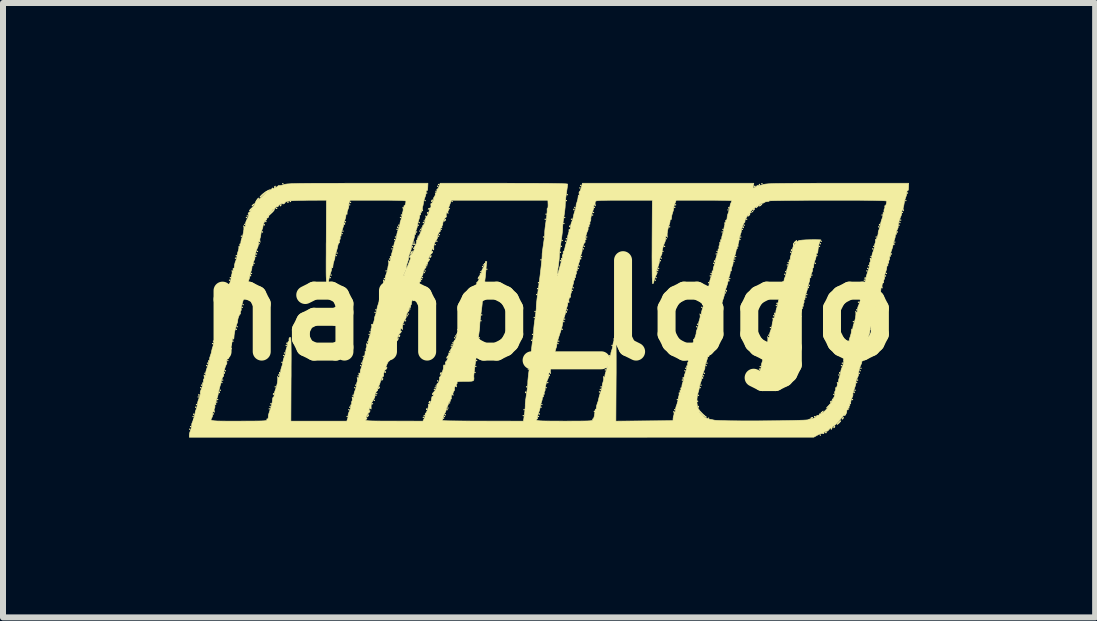
<source format=kicad_pcb>
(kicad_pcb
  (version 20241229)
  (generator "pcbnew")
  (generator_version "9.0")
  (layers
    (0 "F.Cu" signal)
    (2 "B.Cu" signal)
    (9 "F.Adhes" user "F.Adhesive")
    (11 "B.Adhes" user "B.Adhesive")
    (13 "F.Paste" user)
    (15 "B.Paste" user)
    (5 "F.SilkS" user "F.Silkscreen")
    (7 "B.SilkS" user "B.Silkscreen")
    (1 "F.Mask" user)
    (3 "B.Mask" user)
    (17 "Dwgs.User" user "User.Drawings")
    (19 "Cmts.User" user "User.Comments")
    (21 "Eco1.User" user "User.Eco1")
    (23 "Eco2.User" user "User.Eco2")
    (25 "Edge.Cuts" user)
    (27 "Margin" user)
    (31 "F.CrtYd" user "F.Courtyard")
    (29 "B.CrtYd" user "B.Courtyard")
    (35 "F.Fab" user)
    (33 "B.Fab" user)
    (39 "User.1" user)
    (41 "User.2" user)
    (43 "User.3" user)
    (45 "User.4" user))
  (footprint "nano_logo"
    (layer "F.Cu")
    (at 6.103 2.122)
    (property "Reference" "nano_logo" (at 0 0 0) (layer "F.SilkS") (effects (font (size 1.524 1.524) (thickness 0.3))))
    (attr through_hole)
    (fp_poly (pts (xy -5.983 1.983) (xy -5.99 1.99) (xy -5.997 1.983) (xy -5.99 1.976) (xy -5.983 1.983)) (stroke (width 0.01) (type solid)) (fill yes) (layer "F.SilkS"))
    (fp_poly (pts (xy -5.969 1.94) (xy -5.976 1.947) (xy -5.983 1.94) (xy -5.976 1.933) (xy -5.969 1.94)) (stroke (width 0.01) (type solid)) (fill yes) (layer "F.SilkS"))
    (fp_poly (pts (xy -5.927 1.771) (xy -5.934 1.778) (xy -5.941 1.771) (xy -5.934 1.764) (xy -5.927 1.771)) (stroke (width 0.01) (type solid)) (fill yes) (layer "F.SilkS"))
    (fp_poly (pts (xy -5.884 1.616) (xy -5.891 1.623) (xy -5.898 1.616) (xy -5.891 1.609) (xy -5.884 1.616)) (stroke (width 0.01) (type solid)) (fill yes) (layer "F.SilkS"))
    (fp_poly (pts (xy -5.87 1.573) (xy -5.877 1.58) (xy -5.884 1.573) (xy -5.877 1.566) (xy -5.87 1.573)) (stroke (width 0.01) (type solid)) (fill yes) (layer "F.SilkS"))
    (fp_poly (pts (xy -5.842 1.446) (xy -5.849 1.453) (xy -5.856 1.446) (xy -5.849 1.439) (xy -5.842 1.446)) (stroke (width 0.01) (type solid)) (fill yes) (layer "F.SilkS"))
    (fp_poly (pts (xy -5.8 1.291) (xy -5.807 1.298) (xy -5.814 1.291) (xy -5.807 1.284) (xy -5.8 1.291)) (stroke (width 0.01) (type solid)) (fill yes) (layer "F.SilkS"))
    (fp_poly (pts (xy -5.786 1.249) (xy -5.793 1.256) (xy -5.8 1.249) (xy -5.793 1.242) (xy -5.786 1.249)) (stroke (width 0.01) (type solid)) (fill yes) (layer "F.SilkS"))
    (fp_poly (pts (xy -5.729 1.051) (xy -5.736 1.058) (xy -5.743 1.051) (xy -5.736 1.044) (xy -5.729 1.051)) (stroke (width 0.01) (type solid)) (fill yes) (layer "F.SilkS"))
    (fp_poly (pts (xy -5.701 0.924) (xy -5.708 0.931) (xy -5.715 0.924) (xy -5.708 0.917) (xy -5.701 0.924)) (stroke (width 0.01) (type solid)) (fill yes) (layer "F.SilkS"))
    (fp_poly (pts (xy -5.687 0.882) (xy -5.694 0.889) (xy -5.701 0.882) (xy -5.694 0.875) (xy -5.687 0.882)) (stroke (width 0.01) (type solid)) (fill yes) (layer "F.SilkS"))
    (fp_poly (pts (xy -5.602 0.557) (xy -5.609 0.564) (xy -5.616 0.557) (xy -5.609 0.55) (xy -5.602 0.557)) (stroke (width 0.01) (type solid)) (fill yes) (layer "F.SilkS"))
    (fp_poly (pts (xy -5.588 0.515) (xy -5.595 0.522) (xy -5.602 0.515) (xy -5.595 0.508) (xy -5.588 0.515)) (stroke (width 0.01) (type solid)) (fill yes) (layer "F.SilkS"))
    (fp_poly (pts (xy -5.588 1.729) (xy -5.595 1.736) (xy -5.602 1.729) (xy -5.595 1.722) (xy -5.588 1.729)) (stroke (width 0.01) (type solid)) (fill yes) (layer "F.SilkS"))
    (fp_poly (pts (xy -5.532 1.531) (xy -5.539 1.538) (xy -5.546 1.531) (xy -5.539 1.524) (xy -5.532 1.531)) (stroke (width 0.01) (type solid)) (fill yes) (layer "F.SilkS"))
    (fp_poly (pts (xy -5.517 1.489) (xy -5.524 1.496) (xy -5.532 1.489) (xy -5.524 1.482) (xy -5.517 1.489)) (stroke (width 0.01) (type solid)) (fill yes) (layer "F.SilkS"))
    (fp_poly (pts (xy -5.503 0.191) (xy -5.51 0.198) (xy -5.517 0.191) (xy -5.51 0.183) (xy -5.503 0.191)) (stroke (width 0.01) (type solid)) (fill yes) (layer "F.SilkS"))
    (fp_poly (pts (xy -5.489 0.148) (xy -5.496 0.155) (xy -5.503 0.148) (xy -5.496 0.141) (xy -5.489 0.148)) (stroke (width 0.01) (type solid)) (fill yes) (layer "F.SilkS"))
    (fp_poly (pts (xy -5.475 1.333) (xy -5.482 1.341) (xy -5.489 1.333) (xy -5.482 1.326) (xy -5.475 1.333)) (stroke (width 0.01) (type solid)) (fill yes) (layer "F.SilkS"))
    (fp_poly (pts (xy -5.447 1.206) (xy -5.454 1.214) (xy -5.461 1.206) (xy -5.454 1.199) (xy -5.447 1.206)) (stroke (width 0.01) (type solid)) (fill yes) (layer "F.SilkS"))
    (fp_poly (pts (xy -5.433 1.164) (xy -5.44 1.171) (xy -5.447 1.164) (xy -5.44 1.157) (xy -5.433 1.164)) (stroke (width 0.01) (type solid)) (fill yes) (layer "F.SilkS"))
    (fp_poly (pts (xy -5.419 -0.134) (xy -5.426 -0.127) (xy -5.433 -0.134) (xy -5.426 -0.141) (xy -5.419 -0.134)) (stroke (width 0.01) (type solid)) (fill yes) (layer "F.SilkS"))
    (fp_poly (pts (xy -5.39 -0.219) (xy -5.397 -0.212) (xy -5.405 -0.219) (xy -5.397 -0.226) (xy -5.39 -0.219)) (stroke (width 0.01) (type solid)) (fill yes) (layer "F.SilkS"))
    (fp_poly (pts (xy -5.39 1.009) (xy -5.397 1.016) (xy -5.405 1.009) (xy -5.397 1.002) (xy -5.39 1.009)) (stroke (width 0.01) (type solid)) (fill yes) (layer "F.SilkS"))
    (fp_poly (pts (xy -5.348 0.84) (xy -5.355 0.847) (xy -5.362 0.84) (xy -5.355 0.833) (xy -5.348 0.84)) (stroke (width 0.01) (type solid)) (fill yes) (layer "F.SilkS"))
    (fp_poly (pts (xy -5.32 -0.501) (xy -5.327 -0.494) (xy -5.334 -0.501) (xy -5.327 -0.508) (xy -5.32 -0.501)) (stroke (width 0.01) (type solid)) (fill yes) (layer "F.SilkS"))
    (fp_poly (pts (xy -5.306 -0.543) (xy -5.313 -0.536) (xy -5.32 -0.543) (xy -5.313 -0.55) (xy -5.306 -0.543)) (stroke (width 0.01) (type solid)) (fill yes) (layer "F.SilkS"))
    (fp_poly (pts (xy -5.292 0.642) (xy -5.299 0.649) (xy -5.306 0.642) (xy -5.299 0.635) (xy -5.292 0.642)) (stroke (width 0.01) (type solid)) (fill yes) (layer "F.SilkS"))
    (fp_poly (pts (xy -5.263 0.515) (xy -5.271 0.522) (xy -5.278 0.515) (xy -5.271 0.508) (xy -5.263 0.515)) (stroke (width 0.01) (type solid)) (fill yes) (layer "F.SilkS"))
    (fp_poly (pts (xy -5.221 -0.868) (xy -5.228 -0.861) (xy -5.235 -0.868) (xy -5.228 -0.875) (xy -5.221 -0.868)) (stroke (width 0.01) (type solid)) (fill yes) (layer "F.SilkS"))
    (fp_poly (pts (xy -5.207 -0.91) (xy -5.214 -0.903) (xy -5.221 -0.91) (xy -5.214 -0.917) (xy -5.207 -0.91)) (stroke (width 0.01) (type solid)) (fill yes) (layer "F.SilkS"))
    (fp_poly (pts (xy -5.207 0.318) (xy -5.214 0.325) (xy -5.221 0.318) (xy -5.214 0.31) (xy -5.207 0.318)) (stroke (width 0.01) (type solid)) (fill yes) (layer "F.SilkS"))
    (fp_poly (pts (xy -5.193 0.275) (xy -5.2 0.282) (xy -5.207 0.275) (xy -5.2 0.268) (xy -5.193 0.275)) (stroke (width 0.01) (type solid)) (fill yes) (layer "F.SilkS"))
    (fp_poly (pts (xy -5.122 -1.235) (xy -5.129 -1.228) (xy -5.136 -1.235) (xy -5.129 -1.242) (xy -5.122 -1.235)) (stroke (width 0.01) (type solid)) (fill yes) (layer "F.SilkS"))
    (fp_poly (pts (xy -5.108 -0.049) (xy -5.115 -0.042) (xy -5.122 -0.049) (xy -5.115 -0.056) (xy -5.108 -0.049)) (stroke (width 0.01) (type solid)) (fill yes) (layer "F.SilkS"))
    (fp_poly (pts (xy -5.094 -0.092) (xy -5.101 -0.085) (xy -5.108 -0.092) (xy -5.101 -0.099) (xy -5.094 -0.092)) (stroke (width 0.01) (type solid)) (fill yes) (layer "F.SilkS"))
    (fp_poly (pts (xy -5.066 -1.432) (xy -5.073 -1.425) (xy -5.08 -1.432) (xy -5.073 -1.439) (xy -5.066 -1.432)) (stroke (width 0.01) (type solid)) (fill yes) (layer "F.SilkS"))
    (fp_poly (pts (xy -5.066 -0.219) (xy -5.073 -0.212) (xy -5.08 -0.219) (xy -5.073 -0.226) (xy -5.066 -0.219)) (stroke (width 0.01) (type solid)) (fill yes) (layer "F.SilkS"))
    (fp_poly (pts (xy -5.038 -1.545) (xy -5.045 -1.538) (xy -5.052 -1.545) (xy -5.045 -1.552) (xy -5.038 -1.545)) (stroke (width 0.01) (type solid)) (fill yes) (layer "F.SilkS"))
    (fp_poly (pts (xy -5.024 -1.573) (xy -5.031 -1.566) (xy -5.038 -1.573) (xy -5.031 -1.58) (xy -5.024 -1.573)) (stroke (width 0.01) (type solid)) (fill yes) (layer "F.SilkS"))
    (fp_poly (pts (xy -5.009 -0.416) (xy -5.016 -0.409) (xy -5.024 -0.416) (xy -5.016 -0.423) (xy -5.009 -0.416)) (stroke (width 0.01) (type solid)) (fill yes) (layer "F.SilkS"))
    (fp_poly (pts (xy -4.995 -0.459) (xy -5.002 -0.452) (xy -5.009 -0.459) (xy -5.002 -0.466) (xy -4.995 -0.459)) (stroke (width 0.01) (type solid)) (fill yes) (layer "F.SilkS"))
    (fp_poly (pts (xy -4.953 -0.614) (xy -4.96 -0.607) (xy -4.967 -0.614) (xy -4.96 -0.621) (xy -4.953 -0.614)) (stroke (width 0.01) (type solid)) (fill yes) (layer "F.SilkS"))
    (fp_poly (pts (xy -4.911 -0.783) (xy -4.918 -0.776) (xy -4.925 -0.783) (xy -4.918 -0.79) (xy -4.911 -0.783)) (stroke (width 0.01) (type solid)) (fill yes) (layer "F.SilkS"))
    (fp_poly (pts (xy -4.882 -0.896) (xy -4.889 -0.889) (xy -4.897 -0.896) (xy -4.889 -0.903) (xy -4.882 -0.896)) (stroke (width 0.01) (type solid)) (fill yes) (layer "F.SilkS"))
    (fp_poly (pts (xy -4.868 -0.938) (xy -4.875 -0.931) (xy -4.882 -0.938) (xy -4.875 -0.945) (xy -4.868 -0.938)) (stroke (width 0.01) (type solid)) (fill yes) (layer "F.SilkS"))
    (fp_poly (pts (xy -4.854 -0.981) (xy -4.861 -0.974) (xy -4.868 -0.981) (xy -4.861 -0.988) (xy -4.854 -0.981)) (stroke (width 0.01) (type solid)) (fill yes) (layer "F.SilkS"))
    (fp_poly (pts (xy -4.826 -1.108) (xy -4.833 -1.101) (xy -4.84 -1.108) (xy -4.833 -1.115) (xy -4.826 -1.108)) (stroke (width 0.01) (type solid)) (fill yes) (layer "F.SilkS"))
    (fp_poly (pts (xy -4.77 -1.305) (xy -4.777 -1.298) (xy -4.784 -1.305) (xy -4.777 -1.312) (xy -4.77 -1.305)) (stroke (width 0.01) (type solid)) (fill yes) (layer "F.SilkS"))
    (fp_poly (pts (xy -4.657 1.644) (xy -4.664 1.651) (xy -4.671 1.644) (xy -4.664 1.637) (xy -4.657 1.644)) (stroke (width 0.01) (type solid)) (fill yes) (layer "F.SilkS"))
    (fp_poly (pts (xy -4.643 1.602) (xy -4.65 1.609) (xy -4.657 1.602) (xy -4.65 1.595) (xy -4.643 1.602)) (stroke (width 0.01) (type solid)) (fill yes) (layer "F.SilkS"))
    (fp_poly (pts (xy -4.628 1.559) (xy -4.636 1.566) (xy -4.643 1.559) (xy -4.636 1.552) (xy -4.628 1.559)) (stroke (width 0.01) (type solid)) (fill yes) (layer "F.SilkS"))
    (fp_poly (pts (xy -4.558 1.277) (xy -4.565 1.284) (xy -4.572 1.277) (xy -4.565 1.27) (xy -4.558 1.277)) (stroke (width 0.01) (type solid)) (fill yes) (layer "F.SilkS"))
    (fp_poly (pts (xy -4.501 1.079) (xy -4.508 1.087) (xy -4.516 1.079) (xy -4.508 1.072) (xy -4.501 1.079)) (stroke (width 0.01) (type solid)) (fill yes) (layer "F.SilkS"))
    (fp_poly (pts (xy -4.445 0.868) (xy -4.452 0.875) (xy -4.459 0.868) (xy -4.452 0.861) (xy -4.445 0.868)) (stroke (width 0.01) (type solid)) (fill yes) (layer "F.SilkS"))
    (fp_poly (pts (xy -4.431 -2.11) (xy -4.438 -2.103) (xy -4.445 -2.11) (xy -4.438 -2.117) (xy -4.431 -2.11)) (stroke (width 0.01) (type solid)) (fill yes) (layer "F.SilkS"))
    (fp_poly (pts (xy -4.417 0.755) (xy -4.424 0.762) (xy -4.431 0.755) (xy -4.424 0.748) (xy -4.417 0.755)) (stroke (width 0.01) (type solid)) (fill yes) (layer "F.SilkS"))
    (fp_poly (pts (xy -4.403 0.713) (xy -4.41 0.72) (xy -4.417 0.713) (xy -4.41 0.706) (xy -4.403 0.713)) (stroke (width 0.01) (type solid)) (fill yes) (layer "F.SilkS"))
    (fp_poly (pts (xy -4.374 0.586) (xy -4.381 0.593) (xy -4.389 0.586) (xy -4.381 0.579) (xy -4.374 0.586)) (stroke (width 0.01) (type solid)) (fill yes) (layer "F.SilkS"))
    (fp_poly (pts (xy -4.346 -1.799) (xy -4.353 -1.792) (xy -4.36 -1.799) (xy -4.353 -1.806) (xy -4.346 -1.799)) (stroke (width 0.01) (type solid)) (fill yes) (layer "F.SilkS"))
    (fp_poly (pts (xy -4.304 -1.813) (xy -4.311 -1.806) (xy -4.318 -1.813) (xy -4.311 -1.82) (xy -4.304 -1.813)) (stroke (width 0.01) (type solid)) (fill yes) (layer "F.SilkS"))
    (fp_poly (pts (xy -3.641 -0.543) (xy -3.648 -0.536) (xy -3.655 -0.543) (xy -3.648 -0.55) (xy -3.641 -0.543)) (stroke (width 0.01) (type solid)) (fill yes) (layer "F.SilkS"))
    (fp_poly (pts (xy -3.627 -0.586) (xy -3.634 -0.579) (xy -3.641 -0.586) (xy -3.634 -0.593) (xy -3.627 -0.586)) (stroke (width 0.01) (type solid)) (fill yes) (layer "F.SilkS"))
    (fp_poly (pts (xy -3.542 -0.91) (xy -3.549 -0.903) (xy -3.556 -0.91) (xy -3.549 -0.917) (xy -3.542 -0.91)) (stroke (width 0.01) (type solid)) (fill yes) (layer "F.SilkS"))
    (fp_poly (pts (xy -3.528 -0.953) (xy -3.535 -0.945) (xy -3.542 -0.953) (xy -3.535 -0.96) (xy -3.528 -0.953)) (stroke (width 0.01) (type solid)) (fill yes) (layer "F.SilkS"))
    (fp_poly (pts (xy -3.443 -1.277) (xy -3.45 -1.27) (xy -3.457 -1.277) (xy -3.45 -1.284) (xy -3.443 -1.277)) (stroke (width 0.01) (type solid)) (fill yes) (layer "F.SilkS"))
    (fp_poly (pts (xy -3.429 -1.319) (xy -3.436 -1.312) (xy -3.443 -1.319) (xy -3.436 -1.326) (xy -3.429 -1.319)) (stroke (width 0.01) (type solid)) (fill yes) (layer "F.SilkS"))
    (fp_poly (pts (xy -3.387 -1.475) (xy -3.394 -1.468) (xy -3.401 -1.475) (xy -3.394 -1.482) (xy -3.387 -1.475)) (stroke (width 0.01) (type solid)) (fill yes) (layer "F.SilkS"))
    (fp_poly (pts (xy -3.358 1.771) (xy -3.365 1.778) (xy -3.373 1.771) (xy -3.365 1.764) (xy -3.358 1.771)) (stroke (width 0.01) (type solid)) (fill yes) (layer "F.SilkS"))
    (fp_poly (pts (xy -3.33 1.658) (xy -3.337 1.665) (xy -3.344 1.658) (xy -3.337 1.651) (xy -3.33 1.658)) (stroke (width 0.01) (type solid)) (fill yes) (layer "F.SilkS"))
    (fp_poly (pts (xy -3.316 -1.757) (xy -3.323 -1.75) (xy -3.33 -1.757) (xy -3.323 -1.764) (xy -3.316 -1.757)) (stroke (width 0.01) (type solid)) (fill yes) (layer "F.SilkS"))
    (fp_poly (pts (xy -3.316 1.616) (xy -3.323 1.623) (xy -3.33 1.616) (xy -3.323 1.609) (xy -3.316 1.616)) (stroke (width 0.01) (type solid)) (fill yes) (layer "F.SilkS"))
    (fp_poly (pts (xy -3.302 -1.799) (xy -3.309 -1.792) (xy -3.316 -1.799) (xy -3.309 -1.806) (xy -3.302 -1.799)) (stroke (width 0.01) (type solid)) (fill yes) (layer "F.SilkS"))
    (fp_poly (pts (xy -3.26 1.418) (xy -3.267 1.425) (xy -3.274 1.418) (xy -3.267 1.411) (xy -3.26 1.418)) (stroke (width 0.01) (type solid)) (fill yes) (layer "F.SilkS"))
    (fp_poly (pts (xy -3.231 1.291) (xy -3.239 1.298) (xy -3.246 1.291) (xy -3.239 1.284) (xy -3.231 1.291)) (stroke (width 0.01) (type solid)) (fill yes) (layer "F.SilkS"))
    (fp_poly (pts (xy -3.217 1.249) (xy -3.224 1.256) (xy -3.231 1.249) (xy -3.224 1.242) (xy -3.217 1.249)) (stroke (width 0.01) (type solid)) (fill yes) (layer "F.SilkS"))
    (fp_poly (pts (xy -3.175 1.094) (xy -3.182 1.101) (xy -3.189 1.094) (xy -3.182 1.087) (xy -3.175 1.094)) (stroke (width 0.01) (type solid)) (fill yes) (layer "F.SilkS"))
    (fp_poly (pts (xy -3.133 0.924) (xy -3.14 0.931) (xy -3.147 0.924) (xy -3.14 0.917) (xy -3.133 0.924)) (stroke (width 0.01) (type solid)) (fill yes) (layer "F.SilkS"))
    (fp_poly (pts (xy -3.119 0.882) (xy -3.126 0.889) (xy -3.133 0.882) (xy -3.126 0.875) (xy -3.119 0.882)) (stroke (width 0.01) (type solid)) (fill yes) (layer "F.SilkS"))
    (fp_poly (pts (xy -3.09 0.769) (xy -3.097 0.776) (xy -3.104 0.769) (xy -3.097 0.762) (xy -3.09 0.769)) (stroke (width 0.01) (type solid)) (fill yes) (layer "F.SilkS"))
    (fp_poly (pts (xy -3.02 0.529) (xy -3.027 0.536) (xy -3.034 0.529) (xy -3.027 0.522) (xy -3.02 0.529)) (stroke (width 0.01) (type solid)) (fill yes) (layer "F.SilkS"))
    (fp_poly (pts (xy -2.992 0.402) (xy -2.999 0.409) (xy -3.006 0.402) (xy -2.999 0.395) (xy -2.992 0.402)) (stroke (width 0.01) (type solid)) (fill yes) (layer "F.SilkS"))
    (fp_poly (pts (xy -2.977 0.36) (xy -2.985 0.367) (xy -2.992 0.36) (xy -2.985 0.353) (xy -2.977 0.36)) (stroke (width 0.01) (type solid)) (fill yes) (layer "F.SilkS"))
    (fp_poly (pts (xy -2.935 1.559) (xy -2.942 1.566) (xy -2.949 1.559) (xy -2.942 1.552) (xy -2.935 1.559)) (stroke (width 0.01) (type solid)) (fill yes) (layer "F.SilkS"))
    (fp_poly (pts (xy -2.907 1.503) (xy -2.914 1.51) (xy -2.921 1.503) (xy -2.914 1.496) (xy -2.907 1.503)) (stroke (width 0.01) (type solid)) (fill yes) (layer "F.SilkS"))
    (fp_poly (pts (xy -2.893 0.035) (xy -2.9 0.042) (xy -2.907 0.035) (xy -2.9 0.028) (xy -2.893 0.035)) (stroke (width 0.01) (type solid)) (fill yes) (layer "F.SilkS"))
    (fp_poly (pts (xy -2.879 -0.007) (xy -2.886 0) (xy -2.893 -0.007) (xy -2.886 -0.014) (xy -2.879 -0.007)) (stroke (width 0.01) (type solid)) (fill yes) (layer "F.SilkS"))
    (fp_poly (pts (xy -2.879 1.418) (xy -2.886 1.425) (xy -2.893 1.418) (xy -2.886 1.411) (xy -2.879 1.418)) (stroke (width 0.01) (type solid)) (fill yes) (layer "F.SilkS"))
    (fp_poly (pts (xy -2.865 1.39) (xy -2.872 1.397) (xy -2.879 1.39) (xy -2.872 1.383) (xy -2.865 1.39)) (stroke (width 0.01) (type solid)) (fill yes) (layer "F.SilkS"))
    (fp_poly (pts (xy -2.808 -0.289) (xy -2.815 -0.282) (xy -2.822 -0.289) (xy -2.815 -0.296) (xy -2.808 -0.289)) (stroke (width 0.01) (type solid)) (fill yes) (layer "F.SilkS"))
    (fp_poly (pts (xy -2.794 -0.332) (xy -2.801 -0.325) (xy -2.808 -0.332) (xy -2.801 -0.339) (xy -2.794 -0.332)) (stroke (width 0.01) (type solid)) (fill yes) (layer "F.SilkS"))
    (fp_poly (pts (xy -2.738 -0.529) (xy -2.745 -0.522) (xy -2.752 -0.529) (xy -2.745 -0.536) (xy -2.738 -0.529)) (stroke (width 0.01) (type solid)) (fill yes) (layer "F.SilkS"))
    (fp_poly (pts (xy -2.709 -0.656) (xy -2.716 -0.649) (xy -2.723 -0.656) (xy -2.716 -0.663) (xy -2.709 -0.656)) (stroke (width 0.01) (type solid)) (fill yes) (layer "F.SilkS"))
    (fp_poly (pts (xy -2.653 -0.854) (xy -2.66 -0.847) (xy -2.667 -0.854) (xy -2.66 -0.861) (xy -2.653 -0.854)) (stroke (width 0.01) (type solid)) (fill yes) (layer "F.SilkS"))
    (fp_poly (pts (xy -2.639 0.811) (xy -2.646 0.818) (xy -2.653 0.811) (xy -2.646 0.804) (xy -2.639 0.811)) (stroke (width 0.01) (type solid)) (fill yes) (layer "F.SilkS"))
    (fp_poly (pts (xy -2.625 0.783) (xy -2.632 0.79) (xy -2.639 0.783) (xy -2.632 0.776) (xy -2.625 0.783)) (stroke (width 0.01) (type solid)) (fill yes) (layer "F.SilkS"))
    (fp_poly (pts (xy -2.611 -1.023) (xy -2.618 -1.016) (xy -2.625 -1.023) (xy -2.618 -1.03) (xy -2.611 -1.023)) (stroke (width 0.01) (type solid)) (fill yes) (layer "F.SilkS"))
    (fp_poly (pts (xy -2.596 -1.065) (xy -2.603 -1.058) (xy -2.611 -1.065) (xy -2.603 -1.072) (xy -2.596 -1.065)) (stroke (width 0.01) (type solid)) (fill yes) (layer "F.SilkS"))
    (fp_poly (pts (xy -2.596 0.699) (xy -2.603 0.706) (xy -2.611 0.699) (xy -2.603 0.691) (xy -2.596 0.699)) (stroke (width 0.01) (type solid)) (fill yes) (layer "F.SilkS"))
    (fp_poly (pts (xy -2.582 0.67) (xy -2.589 0.677) (xy -2.596 0.67) (xy -2.589 0.663) (xy -2.582 0.67)) (stroke (width 0.01) (type solid)) (fill yes) (layer "F.SilkS"))
    (fp_poly (pts (xy -2.568 -1.178) (xy -2.575 -1.171) (xy -2.582 -1.178) (xy -2.575 -1.185) (xy -2.568 -1.178)) (stroke (width 0.01) (type solid)) (fill yes) (layer "F.SilkS"))
    (fp_poly (pts (xy -2.554 -1.221) (xy -2.561 -1.214) (xy -2.568 -1.221) (xy -2.561 -1.228) (xy -2.554 -1.221)) (stroke (width 0.01) (type solid)) (fill yes) (layer "F.SilkS"))
    (fp_poly (pts (xy -2.554 0.586) (xy -2.561 0.593) (xy -2.568 0.586) (xy -2.561 0.579) (xy -2.554 0.586)) (stroke (width 0.01) (type solid)) (fill yes) (layer "F.SilkS"))
    (fp_poly (pts (xy -2.526 -1.348) (xy -2.533 -1.341) (xy -2.54 -1.348) (xy -2.533 -1.355) (xy -2.526 -1.348)) (stroke (width 0.01) (type solid)) (fill yes) (layer "F.SilkS"))
    (fp_poly (pts (xy -2.498 -1.418) (xy -2.505 -1.411) (xy -2.512 -1.418) (xy -2.505 -1.425) (xy -2.498 -1.418)) (stroke (width 0.01) (type solid)) (fill yes) (layer "F.SilkS"))
    (fp_poly (pts (xy -2.469 -1.545) (xy -2.477 -1.538) (xy -2.484 -1.545) (xy -2.477 -1.552) (xy -2.469 -1.545)) (stroke (width 0.01) (type solid)) (fill yes) (layer "F.SilkS"))
    (fp_poly (pts (xy -2.455 -1.587) (xy -2.462 -1.58) (xy -2.469 -1.587) (xy -2.462 -1.595) (xy -2.455 -1.587)) (stroke (width 0.01) (type solid)) (fill yes) (layer "F.SilkS"))
    (fp_poly (pts (xy -2.413 0.233) (xy -2.42 0.24) (xy -2.427 0.233) (xy -2.42 0.226) (xy -2.413 0.233)) (stroke (width 0.01) (type solid)) (fill yes) (layer "F.SilkS"))
    (fp_poly (pts (xy -2.385 0.176) (xy -2.392 0.183) (xy -2.399 0.176) (xy -2.392 0.169) (xy -2.385 0.176)) (stroke (width 0.01) (type solid)) (fill yes) (layer "F.SilkS"))
    (fp_poly (pts (xy -2.357 0.092) (xy -2.364 0.099) (xy -2.371 0.092) (xy -2.364 0.085) (xy -2.357 0.092)) (stroke (width 0.01) (type solid)) (fill yes) (layer "F.SilkS"))
    (fp_poly (pts (xy -2.342 0.064) (xy -2.349 0.071) (xy -2.357 0.064) (xy -2.349 0.056) (xy -2.342 0.064)) (stroke (width 0.01) (type solid)) (fill yes) (layer "F.SilkS"))
    (fp_poly (pts (xy -2.314 -0.021) (xy -2.321 -0.014) (xy -2.328 -0.021) (xy -2.321 -0.028) (xy -2.314 -0.021)) (stroke (width 0.01) (type solid)) (fill yes) (layer "F.SilkS"))
    (fp_poly (pts (xy -2.244 -1.136) (xy -2.251 -1.129) (xy -2.258 -1.136) (xy -2.251 -1.143) (xy -2.244 -1.136)) (stroke (width 0.01) (type solid)) (fill yes) (layer "F.SilkS"))
    (fp_poly (pts (xy -2.201 -1.305) (xy -2.208 -1.298) (xy -2.215 -1.305) (xy -2.208 -1.312) (xy -2.201 -1.305)) (stroke (width 0.01) (type solid)) (fill yes) (layer "F.SilkS"))
    (fp_poly (pts (xy -2.173 -1.418) (xy -2.18 -1.411) (xy -2.187 -1.418) (xy -2.18 -1.425) (xy -2.173 -1.418)) (stroke (width 0.01) (type solid)) (fill yes) (layer "F.SilkS"))
    (fp_poly (pts (xy -2.173 -1.235) (xy -2.18 -1.228) (xy -2.187 -1.235) (xy -2.18 -1.242) (xy -2.173 -1.235)) (stroke (width 0.01) (type solid)) (fill yes) (layer "F.SilkS"))
    (fp_poly (pts (xy -2.159 -1.46) (xy -2.166 -1.453) (xy -2.173 -1.46) (xy -2.166 -1.468) (xy -2.159 -1.46)) (stroke (width 0.01) (type solid)) (fill yes) (layer "F.SilkS"))
    (fp_poly (pts (xy -2.145 -1.319) (xy -2.152 -1.312) (xy -2.159 -1.319) (xy -2.152 -1.326) (xy -2.145 -1.319)) (stroke (width 0.01) (type solid)) (fill yes) (layer "F.SilkS"))
    (fp_poly (pts (xy -2.131 -1.348) (xy -2.138 -1.341) (xy -2.145 -1.348) (xy -2.138 -1.355) (xy -2.131 -1.348)) (stroke (width 0.01) (type solid)) (fill yes) (layer "F.SilkS"))
    (fp_poly (pts (xy -2.117 -0.515) (xy -2.124 -0.508) (xy -2.131 -0.515) (xy -2.124 -0.522) (xy -2.117 -0.515)) (stroke (width 0.01) (type solid)) (fill yes) (layer "F.SilkS"))
    (fp_poly (pts (xy -2.103 -0.543) (xy -2.11 -0.536) (xy -2.117 -0.543) (xy -2.11 -0.55) (xy -2.103 -0.543)) (stroke (width 0.01) (type solid)) (fill yes) (layer "F.SilkS"))
    (fp_poly (pts (xy -2.088 -1.46) (xy -2.095 -1.453) (xy -2.103 -1.46) (xy -2.095 -1.468) (xy -2.088 -1.46)) (stroke (width 0.01) (type solid)) (fill yes) (layer "F.SilkS"))
    (fp_poly (pts (xy -2.088 1.785) (xy -2.095 1.792) (xy -2.103 1.785) (xy -2.095 1.778) (xy -2.088 1.785)) (stroke (width 0.01) (type solid)) (fill yes) (layer "F.SilkS"))
    (fp_poly (pts (xy -2.074 -1.489) (xy -2.081 -1.482) (xy -2.088 -1.489) (xy -2.081 -1.496) (xy -2.074 -1.489)) (stroke (width 0.01) (type solid)) (fill yes) (layer "F.SilkS"))
    (fp_poly (pts (xy -2.074 -0.628) (xy -2.081 -0.621) (xy -2.088 -0.628) (xy -2.081 -0.635) (xy -2.074 -0.628)) (stroke (width 0.01) (type solid)) (fill yes) (layer "F.SilkS"))
    (fp_poly (pts (xy -2.074 1.757) (xy -2.081 1.764) (xy -2.088 1.757) (xy -2.081 1.75) (xy -2.074 1.757)) (stroke (width 0.01) (type solid)) (fill yes) (layer "F.SilkS"))
    (fp_poly (pts (xy -2.06 -1.827) (xy -2.067 -1.82) (xy -2.074 -1.827) (xy -2.067 -1.834) (xy -2.06 -1.827)) (stroke (width 0.01) (type solid)) (fill yes) (layer "F.SilkS"))
    (fp_poly (pts (xy -2.06 -0.656) (xy -2.067 -0.649) (xy -2.074 -0.656) (xy -2.067 -0.663) (xy -2.06 -0.656)) (stroke (width 0.01) (type solid)) (fill yes) (layer "F.SilkS"))
    (fp_poly (pts (xy -2.032 -1.954) (xy -2.039 -1.947) (xy -2.046 -1.954) (xy -2.039 -1.961) (xy -2.032 -1.954)) (stroke (width 0.01) (type solid)) (fill yes) (layer "F.SilkS"))
    (fp_poly (pts (xy -2.032 -0.741) (xy -2.039 -0.734) (xy -2.046 -0.741) (xy -2.039 -0.748) (xy -2.032 -0.741)) (stroke (width 0.01) (type solid)) (fill yes) (layer "F.SilkS"))
    (fp_poly (pts (xy -1.905 1.319) (xy -1.912 1.326) (xy -1.919 1.319) (xy -1.912 1.312) (xy -1.905 1.319)) (stroke (width 0.01) (type solid)) (fill yes) (layer "F.SilkS"))
    (fp_poly (pts (xy -1.891 -1.094) (xy -1.898 -1.087) (xy -1.905 -1.094) (xy -1.898 -1.101) (xy -1.891 -1.094)) (stroke (width 0.01) (type solid)) (fill yes) (layer "F.SilkS"))
    (fp_poly (pts (xy -1.891 1.291) (xy -1.898 1.298) (xy -1.905 1.291) (xy -1.898 1.284) (xy -1.891 1.291)) (stroke (width 0.01) (type solid)) (fill yes) (layer "F.SilkS"))
    (fp_poly (pts (xy -1.877 -1.983) (xy -1.884 -1.976) (xy -1.891 -1.983) (xy -1.884 -1.99) (xy -1.877 -1.983)) (stroke (width 0.01) (type solid)) (fill yes) (layer "F.SilkS"))
    (fp_poly (pts (xy -1.877 1.263) (xy -1.884 1.27) (xy -1.891 1.263) (xy -1.884 1.256) (xy -1.877 1.263)) (stroke (width 0.01) (type solid)) (fill yes) (layer "F.SilkS"))
    (fp_poly (pts (xy -1.863 -1.15) (xy -1.87 -1.143) (xy -1.877 -1.15) (xy -1.87 -1.157) (xy -1.863 -1.15)) (stroke (width 0.01) (type solid)) (fill yes) (layer "F.SilkS"))
    (fp_poly (pts (xy -1.849 -2.067) (xy -1.856 -2.06) (xy -1.863 -2.067) (xy -1.856 -2.074) (xy -1.849 -2.067)) (stroke (width 0.01) (type solid)) (fill yes) (layer "F.SilkS"))
    (fp_poly (pts (xy -1.849 1.178) (xy -1.856 1.185) (xy -1.863 1.178) (xy -1.856 1.171) (xy -1.849 1.178)) (stroke (width 0.01) (type solid)) (fill yes) (layer "F.SilkS"))
    (fp_poly (pts (xy -1.834 -2.095) (xy -1.841 -2.088) (xy -1.849 -2.095) (xy -1.841 -2.103) (xy -1.834 -2.095)) (stroke (width 0.01) (type solid)) (fill yes) (layer "F.SilkS"))
    (fp_poly (pts (xy -1.834 -1.235) (xy -1.841 -1.228) (xy -1.849 -1.235) (xy -1.841 -1.242) (xy -1.834 -1.235)) (stroke (width 0.01) (type solid)) (fill yes) (layer "F.SilkS"))
    (fp_poly (pts (xy -1.82 -1.263) (xy -1.827 -1.256) (xy -1.834 -1.263) (xy -1.827 -1.27) (xy -1.82 -1.263)) (stroke (width 0.01) (type solid)) (fill yes) (layer "F.SilkS"))
    (fp_poly (pts (xy -1.792 -1.348) (xy -1.799 -1.341) (xy -1.806 -1.348) (xy -1.799 -1.355) (xy -1.792 -1.348)) (stroke (width 0.01) (type solid)) (fill yes) (layer "F.SilkS"))
    (fp_poly (pts (xy -1.75 1.799) (xy -1.757 1.806) (xy -1.764 1.799) (xy -1.757 1.792) (xy -1.75 1.799)) (stroke (width 0.01) (type solid)) (fill yes) (layer "F.SilkS"))
    (fp_poly (pts (xy -1.736 1.771) (xy -1.743 1.778) (xy -1.75 1.771) (xy -1.743 1.764) (xy -1.736 1.771)) (stroke (width 0.01) (type solid)) (fill yes) (layer "F.SilkS"))
    (fp_poly (pts (xy -1.722 1.743) (xy -1.729 1.75) (xy -1.736 1.743) (xy -1.729 1.736) (xy -1.722 1.743)) (stroke (width 0.01) (type solid)) (fill yes) (layer "F.SilkS"))
    (fp_poly (pts (xy -1.693 1.658) (xy -1.7 1.665) (xy -1.707 1.658) (xy -1.7 1.651) (xy -1.693 1.658)) (stroke (width 0.01) (type solid)) (fill yes) (layer "F.SilkS"))
    (fp_poly (pts (xy -1.679 1.63) (xy -1.686 1.637) (xy -1.693 1.63) (xy -1.686 1.623) (xy -1.679 1.63)) (stroke (width 0.01) (type solid)) (fill yes) (layer "F.SilkS"))
    (fp_poly (pts (xy -1.651 0.684) (xy -1.658 0.691) (xy -1.665 0.684) (xy -1.658 0.677) (xy -1.651 0.684)) (stroke (width 0.01) (type solid)) (fill yes) (layer "F.SilkS"))
    (fp_poly (pts (xy -1.651 1.545) (xy -1.658 1.552) (xy -1.665 1.545) (xy -1.658 1.538) (xy -1.651 1.545)) (stroke (width 0.01) (type solid)) (fill yes) (layer "F.SilkS"))
    (fp_poly (pts (xy -1.623 0.6) (xy -1.63 0.607) (xy -1.637 0.6) (xy -1.63 0.593) (xy -1.623 0.6)) (stroke (width 0.01) (type solid)) (fill yes) (layer "F.SilkS"))
    (fp_poly (pts (xy -1.609 -1.813) (xy -1.616 -1.806) (xy -1.623 -1.813) (xy -1.616 -1.82) (xy -1.609 -1.813)) (stroke (width 0.01) (type solid)) (fill yes) (layer "F.SilkS"))
    (fp_poly (pts (xy -1.609 0.572) (xy -1.616 0.579) (xy -1.623 0.572) (xy -1.616 0.564) (xy -1.609 0.572)) (stroke (width 0.01) (type solid)) (fill yes) (layer "F.SilkS"))
    (fp_poly (pts (xy -1.595 0.543) (xy -1.602 0.55) (xy -1.609 0.543) (xy -1.602 0.536) (xy -1.595 0.543)) (stroke (width 0.01) (type solid)) (fill yes) (layer "F.SilkS"))
    (fp_poly (pts (xy -1.566 0.459) (xy -1.573 0.466) (xy -1.58 0.459) (xy -1.573 0.452) (xy -1.566 0.459)) (stroke (width 0.01) (type solid)) (fill yes) (layer "F.SilkS"))
    (fp_poly (pts (xy -1.552 0.43) (xy -1.559 0.437) (xy -1.566 0.43) (xy -1.559 0.423) (xy -1.552 0.43)) (stroke (width 0.01) (type solid)) (fill yes) (layer "F.SilkS"))
    (fp_poly (pts (xy -1.383 -0.007) (xy -1.39 0) (xy -1.397 -0.007) (xy -1.39 -0.014) (xy -1.383 -0.007)) (stroke (width 0.01) (type solid)) (fill yes) (layer "F.SilkS"))
    (fp_poly (pts (xy -1.369 -0.035) (xy -1.376 -0.028) (xy -1.383 -0.035) (xy -1.376 -0.042) (xy -1.369 -0.035)) (stroke (width 0.01) (type solid)) (fill yes) (layer "F.SilkS"))
    (fp_poly (pts (xy -1.355 -0.064) (xy -1.362 -0.056) (xy -1.369 -0.064) (xy -1.362 -0.071) (xy -1.355 -0.064)) (stroke (width 0.01) (type solid)) (fill yes) (layer "F.SilkS"))
    (fp_poly (pts (xy -1.326 -0.148) (xy -1.333 -0.141) (xy -1.341 -0.148) (xy -1.333 -0.155) (xy -1.326 -0.148)) (stroke (width 0.01) (type solid)) (fill yes) (layer "F.SilkS"))
    (fp_poly (pts (xy -1.312 -0.176) (xy -1.319 -0.169) (xy -1.326 -0.176) (xy -1.319 -0.183) (xy -1.312 -0.176)) (stroke (width 0.01) (type solid)) (fill yes) (layer "F.SilkS"))
    (fp_poly (pts (xy -1.284 -0.261) (xy -1.291 -0.254) (xy -1.298 -0.261) (xy -1.291 -0.268) (xy -1.284 -0.261)) (stroke (width 0.01) (type solid)) (fill yes) (layer "F.SilkS"))
    (fp_poly (pts (xy -1.27 -0.289) (xy -1.277 -0.282) (xy -1.284 -0.289) (xy -1.277 -0.296) (xy -1.27 -0.289)) (stroke (width 0.01) (type solid)) (fill yes) (layer "F.SilkS"))
    (fp_poly (pts (xy -1.228 1.037) (xy -1.235 1.044) (xy -1.242 1.037) (xy -1.235 1.03) (xy -1.228 1.037)) (stroke (width 0.01) (type solid)) (fill yes) (layer "F.SilkS"))
    (fp_poly (pts (xy -1.214 0.938) (xy -1.221 0.945) (xy -1.228 0.938) (xy -1.221 0.931) (xy -1.214 0.938)) (stroke (width 0.01) (type solid)) (fill yes) (layer "F.SilkS"))
    (fp_poly (pts (xy -1.199 0.84) (xy -1.206 0.847) (xy -1.214 0.84) (xy -1.206 0.833) (xy -1.199 0.84)) (stroke (width 0.01) (type solid)) (fill yes) (layer "F.SilkS"))
    (fp_poly (pts (xy -1.171 0.557) (xy -1.178 0.564) (xy -1.185 0.557) (xy -1.178 0.55) (xy -1.171 0.557)) (stroke (width 0.01) (type solid)) (fill yes) (layer "F.SilkS"))
    (fp_poly (pts (xy -1.157 0.459) (xy -1.164 0.466) (xy -1.171 0.459) (xy -1.164 0.452) (xy -1.157 0.459)) (stroke (width 0.01) (type solid)) (fill yes) (layer "F.SilkS"))
    (fp_poly (pts (xy -1.129 -0.642) (xy -1.136 -0.635) (xy -1.143 -0.642) (xy -1.136 -0.649) (xy -1.129 -0.642)) (stroke (width 0.01) (type solid)) (fill yes) (layer "F.SilkS"))
    (fp_poly (pts (xy -1.129 0.176) (xy -1.136 0.183) (xy -1.143 0.176) (xy -1.136 0.169) (xy -1.129 0.176)) (stroke (width 0.01) (type solid)) (fill yes) (layer "F.SilkS"))
    (fp_poly (pts (xy -1.115 0.078) (xy -1.122 0.085) (xy -1.129 0.078) (xy -1.122 0.071) (xy -1.115 0.078)) (stroke (width 0.01) (type solid)) (fill yes) (layer "F.SilkS"))
    (fp_poly (pts (xy -1.101 -0.727) (xy -1.108 -0.72) (xy -1.115 -0.727) (xy -1.108 -0.734) (xy -1.101 -0.727)) (stroke (width 0.01) (type solid)) (fill yes) (layer "F.SilkS"))
    (fp_poly (pts (xy -1.087 -0.755) (xy -1.094 -0.748) (xy -1.101 -0.755) (xy -1.094 -0.762) (xy -1.087 -0.755)) (stroke (width 0.01) (type solid)) (fill yes) (layer "F.SilkS"))
    (fp_poly (pts (xy -1.087 -0.205) (xy -1.094 -0.198) (xy -1.101 -0.205) (xy -1.094 -0.212) (xy -1.087 -0.205)) (stroke (width 0.01) (type solid)) (fill yes) (layer "F.SilkS"))
    (fp_poly (pts (xy -1.072 -0.303) (xy -1.079 -0.296) (xy -1.087 -0.303) (xy -1.079 -0.31) (xy -1.072 -0.303)) (stroke (width 0.01) (type solid)) (fill yes) (layer "F.SilkS"))
    (fp_poly (pts (xy -1.058 -0.402) (xy -1.065 -0.395) (xy -1.072 -0.402) (xy -1.065 -0.409) (xy -1.058 -0.402)) (stroke (width 0.01) (type solid)) (fill yes) (layer "F.SilkS"))
    (fp_poly (pts (xy -1.03 -0.684) (xy -1.037 -0.677) (xy -1.044 -0.684) (xy -1.037 -0.691) (xy -1.03 -0.684)) (stroke (width 0.01) (type solid)) (fill yes) (layer "F.SilkS"))
    (fp_poly (pts (xy -0.423 1.757) (xy -0.43 1.764) (xy -0.437 1.757) (xy -0.43 1.75) (xy -0.423 1.757)) (stroke (width 0.01) (type solid)) (fill yes) (layer "F.SilkS"))
    (fp_poly (pts (xy -0.409 1.658) (xy -0.416 1.665) (xy -0.423 1.658) (xy -0.416 1.651) (xy -0.409 1.658)) (stroke (width 0.01) (type solid)) (fill yes) (layer "F.SilkS"))
    (fp_poly (pts (xy -0.367 1.277) (xy -0.374 1.284) (xy -0.381 1.277) (xy -0.374 1.27) (xy -0.367 1.277)) (stroke (width 0.01) (type solid)) (fill yes) (layer "F.SilkS"))
    (fp_poly (pts (xy -0.339 0.981) (xy -0.346 0.988) (xy -0.353 0.981) (xy -0.346 0.974) (xy -0.339 0.981)) (stroke (width 0.01) (type solid)) (fill yes) (layer "F.SilkS"))
    (fp_poly (pts (xy -0.325 0.882) (xy -0.332 0.889) (xy -0.339 0.882) (xy -0.332 0.875) (xy -0.325 0.882)) (stroke (width 0.01) (type solid)) (fill yes) (layer "F.SilkS"))
    (fp_poly (pts (xy -0.282 0.501) (xy -0.289 0.508) (xy -0.296 0.501) (xy -0.289 0.494) (xy -0.282 0.501)) (stroke (width 0.01) (type solid)) (fill yes) (layer "F.SilkS"))
    (fp_poly (pts (xy -0.268 0.402) (xy -0.275 0.409) (xy -0.282 0.402) (xy -0.275 0.395) (xy -0.268 0.402)) (stroke (width 0.01) (type solid)) (fill yes) (layer "F.SilkS"))
    (fp_poly (pts (xy -0.24 0.12) (xy -0.247 0.127) (xy -0.254 0.12) (xy -0.247 0.113) (xy -0.24 0.12)) (stroke (width 0.01) (type solid)) (fill yes) (layer "F.SilkS"))
    (fp_poly (pts (xy -0.226 0.021) (xy -0.233 0.028) (xy -0.24 0.021) (xy -0.233 0.014) (xy -0.226 0.021)) (stroke (width 0.01) (type solid)) (fill yes) (layer "F.SilkS"))
    (fp_poly (pts (xy -0.198 -0.261) (xy -0.205 -0.254) (xy -0.212 -0.261) (xy -0.205 -0.268) (xy -0.198 -0.261)) (stroke (width 0.01) (type solid)) (fill yes) (layer "F.SilkS"))
    (fp_poly (pts (xy -0.183 -0.36) (xy -0.191 -0.353) (xy -0.198 -0.36) (xy -0.191 -0.367) (xy -0.183 -0.36)) (stroke (width 0.01) (type solid)) (fill yes) (layer "F.SilkS"))
    (fp_poly (pts (xy -0.169 -0.459) (xy -0.176 -0.452) (xy -0.183 -0.459) (xy -0.176 -0.466) (xy -0.169 -0.459)) (stroke (width 0.01) (type solid)) (fill yes) (layer "F.SilkS"))
    (fp_poly (pts (xy -0.169 1.771) (xy -0.176 1.778) (xy -0.183 1.771) (xy -0.176 1.764) (xy -0.169 1.771)) (stroke (width 0.01) (type solid)) (fill yes) (layer "F.SilkS"))
    (fp_poly (pts (xy -0.155 1.729) (xy -0.162 1.736) (xy -0.169 1.729) (xy -0.162 1.722) (xy -0.155 1.729)) (stroke (width 0.01) (type solid)) (fill yes) (layer "F.SilkS"))
    (fp_poly (pts (xy -0.127 -0.84) (xy -0.134 -0.833) (xy -0.141 -0.84) (xy -0.134 -0.847) (xy -0.127 -0.84)) (stroke (width 0.01) (type solid)) (fill yes) (layer "F.SilkS"))
    (fp_poly (pts (xy -0.127 1.616) (xy -0.134 1.623) (xy -0.141 1.616) (xy -0.134 1.609) (xy -0.127 1.616)) (stroke (width 0.01) (type solid)) (fill yes) (layer "F.SilkS"))
    (fp_poly (pts (xy -0.113 1.573) (xy -0.12 1.58) (xy -0.127 1.573) (xy -0.12 1.566) (xy -0.113 1.573)) (stroke (width 0.01) (type solid)) (fill yes) (layer "F.SilkS"))
    (fp_poly (pts (xy -0.085 -1.221) (xy -0.092 -1.214) (xy -0.099 -1.221) (xy -0.092 -1.228) (xy -0.085 -1.221)) (stroke (width 0.01) (type solid)) (fill yes) (layer "F.SilkS"))
    (fp_poly (pts (xy -0.056 -1.517) (xy -0.064 -1.51) (xy -0.071 -1.517) (xy -0.064 -1.524) (xy -0.056 -1.517)) (stroke (width 0.01) (type solid)) (fill yes) (layer "F.SilkS"))
    (fp_poly (pts (xy -0.042 -1.602) (xy -0.049 -1.595) (xy -0.056 -1.602) (xy -0.049 -1.609) (xy -0.042 -1.602)) (stroke (width 0.01) (type solid)) (fill yes) (layer "F.SilkS"))
    (fp_poly (pts (xy -0.042 1.291) (xy -0.049 1.298) (xy -0.056 1.291) (xy -0.049 1.284) (xy -0.042 1.291)) (stroke (width 0.01) (type solid)) (fill yes) (layer "F.SilkS"))
    (fp_poly (pts (xy -0.014 1.206) (xy -0.021 1.214) (xy -0.028 1.206) (xy -0.021 1.199) (xy -0.014 1.206)) (stroke (width 0.01) (type solid)) (fill yes) (layer "F.SilkS"))
    (fp_poly (pts (xy 0.056 0.924) (xy 0.049 0.931) (xy 0.042 0.924) (xy 0.049 0.917) (xy 0.056 0.924)) (stroke (width 0.01) (type solid)) (fill yes) (layer "F.SilkS"))
    (fp_poly (pts (xy 0.071 0.882) (xy 0.064 0.889) (xy 0.056 0.882) (xy 0.064 0.875) (xy 0.071 0.882)) (stroke (width 0.01) (type solid)) (fill yes) (layer "F.SilkS"))
    (fp_poly (pts (xy 0.155 0.557) (xy 0.148 0.564) (xy 0.141 0.557) (xy 0.148 0.55) (xy 0.155 0.557)) (stroke (width 0.01) (type solid)) (fill yes) (layer "F.SilkS"))
    (fp_poly (pts (xy 0.169 0.515) (xy 0.162 0.522) (xy 0.155 0.515) (xy 0.162 0.508) (xy 0.169 0.515)) (stroke (width 0.01) (type solid)) (fill yes) (layer "F.SilkS"))
    (fp_poly (pts (xy 0.198 -0.967) (xy 0.191 -0.96) (xy 0.183 -0.967) (xy 0.191 -0.974) (xy 0.198 -0.967)) (stroke (width 0.01) (type solid)) (fill yes) (layer "F.SilkS"))
    (fp_poly (pts (xy 0.198 -0.826) (xy 0.191 -0.818) (xy 0.183 -0.826) (xy 0.191 -0.833) (xy 0.198 -0.826)) (stroke (width 0.01) (type solid)) (fill yes) (layer "F.SilkS"))
    (fp_poly (pts (xy 0.212 -1.065) (xy 0.205 -1.058) (xy 0.198 -1.065) (xy 0.205 -1.072) (xy 0.212 -1.065)) (stroke (width 0.01) (type solid)) (fill yes) (layer "F.SilkS"))
    (fp_poly (pts (xy 0.226 -1.164) (xy 0.219 -1.157) (xy 0.212 -1.164) (xy 0.219 -1.171) (xy 0.226 -1.164)) (stroke (width 0.01) (type solid)) (fill yes) (layer "F.SilkS"))
    (fp_poly (pts (xy 0.226 0.318) (xy 0.219 0.325) (xy 0.212 0.318) (xy 0.219 0.31) (xy 0.226 0.318)) (stroke (width 0.01) (type solid)) (fill yes) (layer "F.SilkS"))
    (fp_poly (pts (xy 0.254 -1.446) (xy 0.247 -1.439) (xy 0.24 -1.446) (xy 0.247 -1.453) (xy 0.254 -1.446)) (stroke (width 0.01) (type solid)) (fill yes) (layer "F.SilkS"))
    (fp_poly (pts (xy 0.254 0.191) (xy 0.247 0.198) (xy 0.24 0.191) (xy 0.247 0.183) (xy 0.254 0.191)) (stroke (width 0.01) (type solid)) (fill yes) (layer "F.SilkS"))
    (fp_poly (pts (xy 0.268 -1.545) (xy 0.261 -1.538) (xy 0.254 -1.545) (xy 0.261 -1.552) (xy 0.268 -1.545)) (stroke (width 0.01) (type solid)) (fill yes) (layer "F.SilkS"))
    (fp_poly (pts (xy 0.268 0.148) (xy 0.261 0.155) (xy 0.254 0.148) (xy 0.261 0.141) (xy 0.268 0.148)) (stroke (width 0.01) (type solid)) (fill yes) (layer "F.SilkS"))
    (fp_poly (pts (xy 0.282 -1.15) (xy 0.275 -1.143) (xy 0.268 -1.15) (xy 0.275 -1.157) (xy 0.282 -1.15)) (stroke (width 0.01) (type solid)) (fill yes) (layer "F.SilkS"))
    (fp_poly (pts (xy 0.296 -1.827) (xy 0.289 -1.82) (xy 0.282 -1.827) (xy 0.289 -1.834) (xy 0.296 -1.827)) (stroke (width 0.01) (type solid)) (fill yes) (layer "F.SilkS"))
    (fp_poly (pts (xy 0.296 -1.192) (xy 0.289 -1.185) (xy 0.282 -1.192) (xy 0.289 -1.199) (xy 0.296 -1.192)) (stroke (width 0.01) (type solid)) (fill yes) (layer "F.SilkS"))
    (fp_poly (pts (xy 0.31 -1.926) (xy 0.303 -1.919) (xy 0.296 -1.926) (xy 0.303 -1.933) (xy 0.31 -1.926)) (stroke (width 0.01) (type solid)) (fill yes) (layer "F.SilkS"))
    (fp_poly (pts (xy 0.31 -0.007) (xy 0.303 0) (xy 0.296 -0.007) (xy 0.303 -0.014) (xy 0.31 -0.007)) (stroke (width 0.01) (type solid)) (fill yes) (layer "F.SilkS"))
    (fp_poly (pts (xy 0.381 -1.517) (xy 0.374 -1.51) (xy 0.367 -1.517) (xy 0.374 -1.524) (xy 0.381 -1.517)) (stroke (width 0.01) (type solid)) (fill yes) (layer "F.SilkS"))
    (fp_poly (pts (xy 0.395 -0.332) (xy 0.388 -0.325) (xy 0.381 -0.332) (xy 0.388 -0.339) (xy 0.395 -0.332)) (stroke (width 0.01) (type solid)) (fill yes) (layer "F.SilkS"))
    (fp_poly (pts (xy 0.409 -0.374) (xy 0.402 -0.367) (xy 0.395 -0.374) (xy 0.402 -0.381) (xy 0.409 -0.374)) (stroke (width 0.01) (type solid)) (fill yes) (layer "F.SilkS"))
    (fp_poly (pts (xy 0.437 -1.714) (xy 0.43 -1.707) (xy 0.423 -1.714) (xy 0.43 -1.722) (xy 0.437 -1.714)) (stroke (width 0.01) (type solid)) (fill yes) (layer "F.SilkS"))
    (fp_poly (pts (xy 0.494 -0.699) (xy 0.487 -0.691) (xy 0.48 -0.699) (xy 0.487 -0.706) (xy 0.494 -0.699)) (stroke (width 0.01) (type solid)) (fill yes) (layer "F.SilkS"))
    (fp_poly (pts (xy 0.508 -0.741) (xy 0.501 -0.734) (xy 0.494 -0.741) (xy 0.501 -0.748) (xy 0.508 -0.741)) (stroke (width 0.01) (type solid)) (fill yes) (layer "F.SilkS"))
    (fp_poly (pts (xy 0.522 -2.039) (xy 0.515 -2.032) (xy 0.508 -2.039) (xy 0.515 -2.046) (xy 0.522 -2.039)) (stroke (width 0.01) (type solid)) (fill yes) (layer "F.SilkS"))
    (fp_poly (pts (xy 0.536 -2.081) (xy 0.529 -2.074) (xy 0.522 -2.081) (xy 0.529 -2.088) (xy 0.536 -2.081)) (stroke (width 0.01) (type solid)) (fill yes) (layer "F.SilkS"))
    (fp_poly (pts (xy 0.55 -0.896) (xy 0.543 -0.889) (xy 0.536 -0.896) (xy 0.543 -0.903) (xy 0.55 -0.896)) (stroke (width 0.01) (type solid)) (fill yes) (layer "F.SilkS"))
    (fp_poly (pts (xy 0.579 -1.023) (xy 0.572 -1.016) (xy 0.564 -1.023) (xy 0.572 -1.03) (xy 0.579 -1.023)) (stroke (width 0.01) (type solid)) (fill yes) (layer "F.SilkS"))
    (fp_poly (pts (xy 0.593 -1.065) (xy 0.586 -1.058) (xy 0.579 -1.065) (xy 0.586 -1.072) (xy 0.593 -1.065)) (stroke (width 0.01) (type solid)) (fill yes) (layer "F.SilkS"))
    (fp_poly (pts (xy 0.635 -1.221) (xy 0.628 -1.214) (xy 0.621 -1.221) (xy 0.628 -1.228) (xy 0.635 -1.221)) (stroke (width 0.01) (type solid)) (fill yes) (layer "F.SilkS"))
    (fp_poly (pts (xy 0.734 -1.587) (xy 0.727 -1.58) (xy 0.72 -1.587) (xy 0.727 -1.595) (xy 0.734 -1.587)) (stroke (width 0.01) (type solid)) (fill yes) (layer "F.SilkS"))
    (fp_poly (pts (xy 0.748 -1.63) (xy 0.741 -1.623) (xy 0.734 -1.63) (xy 0.741 -1.637) (xy 0.748 -1.63)) (stroke (width 0.01) (type solid)) (fill yes) (layer "F.SilkS"))
    (fp_poly (pts (xy 0.762 -1.714) (xy 0.755 -1.707) (xy 0.748 -1.714) (xy 0.755 -1.722) (xy 0.762 -1.714)) (stroke (width 0.01) (type solid)) (fill yes) (layer "F.SilkS"))
    (fp_poly (pts (xy 0.762 1.686) (xy 0.755 1.693) (xy 0.748 1.686) (xy 0.755 1.679) (xy 0.762 1.686)) (stroke (width 0.01) (type solid)) (fill yes) (layer "F.SilkS"))
    (fp_poly (pts (xy 0.847 1.362) (xy 0.84 1.369) (xy 0.833 1.362) (xy 0.84 1.355) (xy 0.847 1.362)) (stroke (width 0.01) (type solid)) (fill yes) (layer "F.SilkS"))
    (fp_poly (pts (xy 0.861 1.319) (xy 0.854 1.326) (xy 0.847 1.319) (xy 0.854 1.312) (xy 0.861 1.319)) (stroke (width 0.01) (type solid)) (fill yes) (layer "F.SilkS"))
    (fp_poly (pts (xy 0.875 1.277) (xy 0.868 1.284) (xy 0.861 1.277) (xy 0.868 1.27) (xy 0.875 1.277)) (stroke (width 0.01) (type solid)) (fill yes) (layer "F.SilkS"))
    (fp_poly (pts (xy 0.945 0.995) (xy 0.938 1.002) (xy 0.931 0.995) (xy 0.938 0.988) (xy 0.945 0.995)) (stroke (width 0.01) (type solid)) (fill yes) (layer "F.SilkS"))
    (fp_poly (pts (xy 0.96 0.953) (xy 0.953 0.96) (xy 0.945 0.953) (xy 0.953 0.945) (xy 0.96 0.953)) (stroke (width 0.01) (type solid)) (fill yes) (layer "F.SilkS"))
    (fp_poly (pts (xy 1.002 0.797) (xy 0.995 0.804) (xy 0.988 0.797) (xy 0.995 0.79) (xy 1.002 0.797)) (stroke (width 0.01) (type solid)) (fill yes) (layer "F.SilkS"))
    (fp_poly (pts (xy 1.058 0.586) (xy 1.051 0.593) (xy 1.044 0.586) (xy 1.051 0.579) (xy 1.058 0.586)) (stroke (width 0.01) (type solid)) (fill yes) (layer "F.SilkS"))
    (fp_poly (pts (xy 1.778 -0.501) (xy 1.771 -0.494) (xy 1.764 -0.501) (xy 1.771 -0.508) (xy 1.778 -0.501)) (stroke (width 0.01) (type solid)) (fill yes) (layer "F.SilkS"))
    (fp_poly (pts (xy 1.792 -0.543) (xy 1.785 -0.536) (xy 1.778 -0.543) (xy 1.785 -0.55) (xy 1.792 -0.543)) (stroke (width 0.01) (type solid)) (fill yes) (layer "F.SilkS"))
    (fp_poly (pts (xy 1.834 -0.699) (xy 1.827 -0.691) (xy 1.82 -0.699) (xy 1.827 -0.706) (xy 1.834 -0.699)) (stroke (width 0.01) (type solid)) (fill yes) (layer "F.SilkS"))
    (fp_poly (pts (xy 1.863 -0.826) (xy 1.856 -0.818) (xy 1.849 -0.826) (xy 1.856 -0.833) (xy 1.863 -0.826)) (stroke (width 0.01) (type solid)) (fill yes) (layer "F.SilkS"))
    (fp_poly (pts (xy 1.877 -0.868) (xy 1.87 -0.861) (xy 1.863 -0.868) (xy 1.87 -0.875) (xy 1.877 -0.868)) (stroke (width 0.01) (type solid)) (fill yes) (layer "F.SilkS"))
    (fp_poly (pts (xy 1.905 -0.981) (xy 1.898 -0.974) (xy 1.891 -0.981) (xy 1.898 -0.988) (xy 1.905 -0.981)) (stroke (width 0.01) (type solid)) (fill yes) (layer "F.SilkS"))
    (fp_poly (pts (xy 1.933 -1.065) (xy 1.926 -1.058) (xy 1.919 -1.065) (xy 1.926 -1.072) (xy 1.933 -1.065)) (stroke (width 0.01) (type solid)) (fill yes) (layer "F.SilkS"))
    (fp_poly (pts (xy 1.961 -1.192) (xy 1.954 -1.185) (xy 1.947 -1.192) (xy 1.954 -1.199) (xy 1.961 -1.192)) (stroke (width 0.01) (type solid)) (fill yes) (layer "F.SilkS"))
    (fp_poly (pts (xy 2.018 -1.39) (xy 2.011 -1.383) (xy 2.004 -1.39) (xy 2.011 -1.397) (xy 2.018 -1.39)) (stroke (width 0.01) (type solid)) (fill yes) (layer "F.SilkS"))
    (fp_poly (pts (xy 2.103 -1.714) (xy 2.095 -1.707) (xy 2.088 -1.714) (xy 2.095 -1.722) (xy 2.103 -1.714)) (stroke (width 0.01) (type solid)) (fill yes) (layer "F.SilkS"))
    (fp_poly (pts (xy 2.103 1.658) (xy 2.095 1.665) (xy 2.088 1.658) (xy 2.095 1.651) (xy 2.103 1.658)) (stroke (width 0.01) (type solid)) (fill yes) (layer "F.SilkS"))
    (fp_poly (pts (xy 2.117 -1.757) (xy 2.11 -1.75) (xy 2.103 -1.757) (xy 2.11 -1.764) (xy 2.117 -1.757)) (stroke (width 0.01) (type solid)) (fill yes) (layer "F.SilkS"))
    (fp_poly (pts (xy 2.145 1.489) (xy 2.138 1.496) (xy 2.131 1.489) (xy 2.138 1.482) (xy 2.145 1.489)) (stroke (width 0.01) (type solid)) (fill yes) (layer "F.SilkS"))
    (fp_poly (pts (xy 2.23 1.164) (xy 2.223 1.171) (xy 2.215 1.164) (xy 2.223 1.157) (xy 2.23 1.164)) (stroke (width 0.01) (type solid)) (fill yes) (layer "F.SilkS"))
    (fp_poly (pts (xy 2.272 1.009) (xy 2.265 1.016) (xy 2.258 1.009) (xy 2.265 1.002) (xy 2.272 1.009)) (stroke (width 0.01) (type solid)) (fill yes) (layer "F.SilkS"))
    (fp_poly (pts (xy 2.286 0.967) (xy 2.279 0.974) (xy 2.272 0.967) (xy 2.279 0.96) (xy 2.286 0.967)) (stroke (width 0.01) (type solid)) (fill yes) (layer "F.SilkS"))
    (fp_poly (pts (xy 2.342 0.769) (xy 2.335 0.776) (xy 2.328 0.769) (xy 2.335 0.762) (xy 2.342 0.769)) (stroke (width 0.01) (type solid)) (fill yes) (layer "F.SilkS"))
    (fp_poly (pts (xy 2.371 0.642) (xy 2.364 0.649) (xy 2.357 0.642) (xy 2.364 0.635) (xy 2.371 0.642)) (stroke (width 0.01) (type solid)) (fill yes) (layer "F.SilkS"))
    (fp_poly (pts (xy 2.385 0.6) (xy 2.378 0.607) (xy 2.371 0.6) (xy 2.378 0.593) (xy 2.385 0.6)) (stroke (width 0.01) (type solid)) (fill yes) (layer "F.SilkS"))
    (fp_poly (pts (xy 2.469 0.275) (xy 2.462 0.282) (xy 2.455 0.275) (xy 2.462 0.268) (xy 2.469 0.275)) (stroke (width 0.01) (type solid)) (fill yes) (layer "F.SilkS"))
    (fp_poly (pts (xy 2.484 0.233) (xy 2.477 0.24) (xy 2.469 0.233) (xy 2.477 0.226) (xy 2.484 0.233)) (stroke (width 0.01) (type solid)) (fill yes) (layer "F.SilkS"))
    (fp_poly (pts (xy 2.484 1.517) (xy 2.477 1.524) (xy 2.469 1.517) (xy 2.477 1.51) (xy 2.484 1.517)) (stroke (width 0.01) (type solid)) (fill yes) (layer "F.SilkS"))
    (fp_poly (pts (xy 2.498 1.418) (xy 2.491 1.425) (xy 2.484 1.418) (xy 2.491 1.411) (xy 2.498 1.418)) (stroke (width 0.01) (type solid)) (fill yes) (layer "F.SilkS"))
    (fp_poly (pts (xy 2.526 1.291) (xy 2.519 1.298) (xy 2.512 1.291) (xy 2.519 1.284) (xy 2.526 1.291)) (stroke (width 0.01) (type solid)) (fill yes) (layer "F.SilkS"))
    (fp_poly (pts (xy 2.54 1.249) (xy 2.533 1.256) (xy 2.526 1.249) (xy 2.533 1.242) (xy 2.54 1.249)) (stroke (width 0.01) (type solid)) (fill yes) (layer "F.SilkS"))
    (fp_poly (pts (xy 2.554 -0.049) (xy 2.547 -0.042) (xy 2.54 -0.049) (xy 2.547 -0.056) (xy 2.554 -0.049)) (stroke (width 0.01) (type solid)) (fill yes) (layer "F.SilkS"))
    (fp_poly (pts (xy 2.568 -0.092) (xy 2.561 -0.085) (xy 2.554 -0.092) (xy 2.561 -0.099) (xy 2.568 -0.092)) (stroke (width 0.01) (type solid)) (fill yes) (layer "F.SilkS"))
    (fp_poly (pts (xy 2.582 1.094) (xy 2.575 1.101) (xy 2.568 1.094) (xy 2.575 1.087) (xy 2.582 1.094)) (stroke (width 0.01) (type solid)) (fill yes) (layer "F.SilkS"))
    (fp_poly (pts (xy 2.596 1.051) (xy 2.589 1.058) (xy 2.582 1.051) (xy 2.589 1.044) (xy 2.596 1.051)) (stroke (width 0.01) (type solid)) (fill yes) (layer "F.SilkS"))
    (fp_poly (pts (xy 2.625 -0.289) (xy 2.618 -0.282) (xy 2.611 -0.289) (xy 2.618 -0.296) (xy 2.625 -0.289)) (stroke (width 0.01) (type solid)) (fill yes) (layer "F.SilkS"))
    (fp_poly (pts (xy 2.625 0.924) (xy 2.618 0.931) (xy 2.611 0.924) (xy 2.618 0.917) (xy 2.625 0.924)) (stroke (width 0.01) (type solid)) (fill yes) (layer "F.SilkS"))
    (fp_poly (pts (xy 2.639 0.882) (xy 2.632 0.889) (xy 2.625 0.882) (xy 2.632 0.875) (xy 2.639 0.882)) (stroke (width 0.01) (type solid)) (fill yes) (layer "F.SilkS"))
    (fp_poly (pts (xy 2.667 -0.459) (xy 2.66 -0.452) (xy 2.653 -0.459) (xy 2.66 -0.466) (xy 2.667 -0.459)) (stroke (width 0.01) (type solid)) (fill yes) (layer "F.SilkS"))
    (fp_poly (pts (xy 2.667 0.769) (xy 2.66 0.776) (xy 2.653 0.769) (xy 2.66 0.762) (xy 2.667 0.769)) (stroke (width 0.01) (type solid)) (fill yes) (layer "F.SilkS"))
    (fp_poly (pts (xy 2.667 1.799) (xy 2.66 1.806) (xy 2.653 1.799) (xy 2.66 1.792) (xy 2.667 1.799)) (stroke (width 0.01) (type solid)) (fill yes) (layer "F.SilkS"))
    (fp_poly (pts (xy 2.695 -0.572) (xy 2.688 -0.564) (xy 2.681 -0.572) (xy 2.688 -0.579) (xy 2.695 -0.572)) (stroke (width 0.01) (type solid)) (fill yes) (layer "F.SilkS"))
    (fp_poly (pts (xy 2.709 -0.614) (xy 2.702 -0.607) (xy 2.695 -0.614) (xy 2.702 -0.621) (xy 2.709 -0.614)) (stroke (width 0.01) (type solid)) (fill yes) (layer "F.SilkS"))
    (fp_poly (pts (xy 2.723 0.557) (xy 2.716 0.564) (xy 2.709 0.557) (xy 2.716 0.55) (xy 2.723 0.557)) (stroke (width 0.01) (type solid)) (fill yes) (layer "F.SilkS"))
    (fp_poly (pts (xy 2.752 -0.783) (xy 2.745 -0.776) (xy 2.738 -0.783) (xy 2.745 -0.79) (xy 2.752 -0.783)) (stroke (width 0.01) (type solid)) (fill yes) (layer "F.SilkS"))
    (fp_poly (pts (xy 2.766 0.402) (xy 2.759 0.409) (xy 2.752 0.402) (xy 2.759 0.395) (xy 2.766 0.402)) (stroke (width 0.01) (type solid)) (fill yes) (layer "F.SilkS"))
    (fp_poly (pts (xy 2.78 0.36) (xy 2.773 0.367) (xy 2.766 0.36) (xy 2.773 0.353) (xy 2.78 0.36)) (stroke (width 0.01) (type solid)) (fill yes) (layer "F.SilkS"))
    (fp_poly (pts (xy 2.794 -0.938) (xy 2.787 -0.931) (xy 2.78 -0.938) (xy 2.787 -0.945) (xy 2.794 -0.938)) (stroke (width 0.01) (type solid)) (fill yes) (layer "F.SilkS"))
    (fp_poly (pts (xy 2.808 -0.981) (xy 2.801 -0.974) (xy 2.794 -0.981) (xy 2.801 -0.988) (xy 2.808 -0.981)) (stroke (width 0.01) (type solid)) (fill yes) (layer "F.SilkS"))
    (fp_poly (pts (xy 2.865 0.035) (xy 2.857 0.042) (xy 2.85 0.035) (xy 2.857 0.028) (xy 2.865 0.035)) (stroke (width 0.01) (type solid)) (fill yes) (layer "F.SilkS"))
    (fp_poly (pts (xy 2.879 -0.007) (xy 2.872 0) (xy 2.865 -0.007) (xy 2.872 -0.014) (xy 2.879 -0.007)) (stroke (width 0.01) (type solid)) (fill yes) (layer "F.SilkS"))
    (fp_poly (pts (xy 2.893 -1.305) (xy 2.886 -1.298) (xy 2.879 -1.305) (xy 2.886 -1.312) (xy 2.893 -1.305)) (stroke (width 0.01) (type solid)) (fill yes) (layer "F.SilkS"))
    (fp_poly (pts (xy 2.907 -1.348) (xy 2.9 -1.341) (xy 2.893 -1.348) (xy 2.9 -1.355) (xy 2.907 -1.348)) (stroke (width 0.01) (type solid)) (fill yes) (layer "F.SilkS"))
    (fp_poly (pts (xy 2.949 -0.289) (xy 2.942 -0.282) (xy 2.935 -0.289) (xy 2.942 -0.296) (xy 2.949 -0.289)) (stroke (width 0.01) (type solid)) (fill yes) (layer "F.SilkS"))
    (fp_poly (pts (xy 2.992 -1.672) (xy 2.985 -1.665) (xy 2.977 -1.672) (xy 2.985 -1.679) (xy 2.992 -1.672)) (stroke (width 0.01) (type solid)) (fill yes) (layer "F.SilkS"))
    (fp_poly (pts (xy 3.02 -0.529) (xy 3.013 -0.522) (xy 3.006 -0.529) (xy 3.013 -0.536) (xy 3.02 -0.529)) (stroke (width 0.01) (type solid)) (fill yes) (layer "F.SilkS"))
    (fp_poly (pts (xy 3.09 -0.811) (xy 3.083 -0.804) (xy 3.076 -0.811) (xy 3.083 -0.818) (xy 3.09 -0.811)) (stroke (width 0.01) (type solid)) (fill yes) (layer "F.SilkS"))
    (fp_poly (pts (xy 3.104 -0.854) (xy 3.097 -0.847) (xy 3.09 -0.854) (xy 3.097 -0.861) (xy 3.104 -0.854)) (stroke (width 0.01) (type solid)) (fill yes) (layer "F.SilkS"))
    (fp_poly (pts (xy 3.119 -0.896) (xy 3.111 -0.889) (xy 3.104 -0.896) (xy 3.111 -0.903) (xy 3.119 -0.896)) (stroke (width 0.01) (type solid)) (fill yes) (layer "F.SilkS"))
    (fp_poly (pts (xy 3.189 -1.178) (xy 3.182 -1.171) (xy 3.175 -1.178) (xy 3.182 -1.185) (xy 3.189 -1.178)) (stroke (width 0.01) (type solid)) (fill yes) (layer "F.SilkS"))
    (fp_poly (pts (xy 3.203 -1.221) (xy 3.196 -1.214) (xy 3.189 -1.221) (xy 3.196 -1.228) (xy 3.203 -1.221)) (stroke (width 0.01) (type solid)) (fill yes) (layer "F.SilkS"))
    (fp_poly (pts (xy 3.231 -1.348) (xy 3.224 -1.341) (xy 3.217 -1.348) (xy 3.224 -1.355) (xy 3.231 -1.348)) (stroke (width 0.01) (type solid)) (fill yes) (layer "F.SilkS"))
    (fp_poly (pts (xy 3.26 -1.418) (xy 3.253 -1.411) (xy 3.246 -1.418) (xy 3.253 -1.425) (xy 3.26 -1.418)) (stroke (width 0.01) (type solid)) (fill yes) (layer "F.SilkS"))
    (fp_poly (pts (xy 3.302 -1.517) (xy 3.295 -1.51) (xy 3.288 -1.517) (xy 3.295 -1.524) (xy 3.302 -1.517)) (stroke (width 0.01) (type solid)) (fill yes) (layer "F.SilkS"))
    (fp_poly (pts (xy 3.373 -1.63) (xy 3.365 -1.623) (xy 3.358 -1.63) (xy 3.365 -1.637) (xy 3.373 -1.63)) (stroke (width 0.01) (type solid)) (fill yes) (layer "F.SilkS"))
    (fp_poly (pts (xy 3.401 -1.644) (xy 3.394 -1.637) (xy 3.387 -1.644) (xy 3.394 -1.651) (xy 3.401 -1.644)) (stroke (width 0.01) (type solid)) (fill yes) (layer "F.SilkS"))
    (fp_poly (pts (xy 3.514 -2.095) (xy 3.507 -2.088) (xy 3.5 -2.095) (xy 3.507 -2.103) (xy 3.514 -2.095)) (stroke (width 0.01) (type solid)) (fill yes) (layer "F.SilkS"))
    (fp_poly (pts (xy 3.514 0.981) (xy 3.507 0.988) (xy 3.5 0.981) (xy 3.507 0.974) (xy 3.514 0.981)) (stroke (width 0.01) (type solid)) (fill yes) (layer "F.SilkS"))
    (fp_poly (pts (xy 3.528 0.938) (xy 3.521 0.945) (xy 3.514 0.938) (xy 3.521 0.931) (xy 3.528 0.938)) (stroke (width 0.01) (type solid)) (fill yes) (layer "F.SilkS"))
    (fp_poly (pts (xy 3.556 -2.11) (xy 3.549 -2.103) (xy 3.542 -2.11) (xy 3.549 -2.117) (xy 3.556 -2.11)) (stroke (width 0.01) (type solid)) (fill yes) (layer "F.SilkS"))
    (fp_poly (pts (xy 3.584 1.192) (xy 3.577 1.199) (xy 3.57 1.192) (xy 3.577 1.185) (xy 3.584 1.192)) (stroke (width 0.01) (type solid)) (fill yes) (layer "F.SilkS"))
    (fp_poly (pts (xy 3.598 0.656) (xy 3.591 0.663) (xy 3.584 0.656) (xy 3.591 0.649) (xy 3.598 0.656)) (stroke (width 0.01) (type solid)) (fill yes) (layer "F.SilkS"))
    (fp_poly (pts (xy 3.612 0.614) (xy 3.605 0.621) (xy 3.598 0.614) (xy 3.605 0.607) (xy 3.612 0.614)) (stroke (width 0.01) (type solid)) (fill yes) (layer "F.SilkS"))
    (fp_poly (pts (xy 3.627 0.572) (xy 3.619 0.579) (xy 3.612 0.572) (xy 3.619 0.564) (xy 3.627 0.572)) (stroke (width 0.01) (type solid)) (fill yes) (layer "F.SilkS"))
    (fp_poly (pts (xy 3.669 0.416) (xy 3.662 0.423) (xy 3.655 0.416) (xy 3.662 0.409) (xy 3.669 0.416)) (stroke (width 0.01) (type solid)) (fill yes) (layer "F.SilkS"))
    (fp_poly (pts (xy 3.697 0.289) (xy 3.69 0.296) (xy 3.683 0.289) (xy 3.69 0.282) (xy 3.697 0.289)) (stroke (width 0.01) (type solid)) (fill yes) (layer "F.SilkS"))
    (fp_poly (pts (xy 3.754 0.092) (xy 3.747 0.099) (xy 3.739 0.092) (xy 3.747 0.085) (xy 3.754 0.092)) (stroke (width 0.01) (type solid)) (fill yes) (layer "F.SilkS"))
    (fp_poly (pts (xy 3.796 -0.078) (xy 3.789 -0.071) (xy 3.782 -0.078) (xy 3.789 -0.085) (xy 3.796 -0.078)) (stroke (width 0.01) (type solid)) (fill yes) (layer "F.SilkS"))
    (fp_poly (pts (xy 3.796 1.192) (xy 3.789 1.199) (xy 3.782 1.192) (xy 3.789 1.185) (xy 3.796 1.192)) (stroke (width 0.01) (type solid)) (fill yes) (layer "F.SilkS"))
    (fp_poly (pts (xy 3.838 -0.233) (xy 3.831 -0.226) (xy 3.824 -0.233) (xy 3.831 -0.24) (xy 3.838 -0.233)) (stroke (width 0.01) (type solid)) (fill yes) (layer "F.SilkS"))
    (fp_poly (pts (xy 3.852 -0.275) (xy 3.845 -0.268) (xy 3.838 -0.275) (xy 3.845 -0.282) (xy 3.852 -0.275)) (stroke (width 0.01) (type solid)) (fill yes) (layer "F.SilkS"))
    (fp_poly (pts (xy 3.909 -0.473) (xy 3.902 -0.466) (xy 3.895 -0.473) (xy 3.902 -0.48) (xy 3.909 -0.473)) (stroke (width 0.01) (type solid)) (fill yes) (layer "F.SilkS"))
    (fp_poly (pts (xy 3.937 -0.6) (xy 3.93 -0.593) (xy 3.923 -0.6) (xy 3.93 -0.607) (xy 3.937 -0.6)) (stroke (width 0.01) (type solid)) (fill yes) (layer "F.SilkS"))
    (fp_poly (pts (xy 3.951 -0.642) (xy 3.944 -0.635) (xy 3.937 -0.642) (xy 3.944 -0.649) (xy 3.951 -0.642)) (stroke (width 0.01) (type solid)) (fill yes) (layer "F.SilkS"))
    (fp_poly (pts (xy 3.965 0.995) (xy 3.958 1.002) (xy 3.951 0.995) (xy 3.958 0.988) (xy 3.965 0.995)) (stroke (width 0.01) (type solid)) (fill yes) (layer "F.SilkS"))
    (fp_poly (pts (xy 3.979 -0.755) (xy 3.972 -0.748) (xy 3.965 -0.755) (xy 3.972 -0.762) (xy 3.979 -0.755)) (stroke (width 0.01) (type solid)) (fill yes) (layer "F.SilkS"))
    (fp_poly (pts (xy 3.993 -0.797) (xy 3.986 -0.79) (xy 3.979 -0.797) (xy 3.986 -0.804) (xy 3.993 -0.797)) (stroke (width 0.01) (type solid)) (fill yes) (layer "F.SilkS"))
    (fp_poly (pts (xy 4.036 -0.967) (xy 4.029 -0.96) (xy 4.022 -0.967) (xy 4.029 -0.974) (xy 4.036 -0.967)) (stroke (width 0.01) (type solid)) (fill yes) (layer "F.SilkS"))
    (fp_poly (pts (xy 4.05 0.67) (xy 4.043 0.677) (xy 4.036 0.67) (xy 4.043 0.663) (xy 4.05 0.67)) (stroke (width 0.01) (type solid)) (fill yes) (layer "F.SilkS"))
    (fp_poly (pts (xy 4.064 0.628) (xy 4.057 0.635) (xy 4.05 0.628) (xy 4.057 0.621) (xy 4.064 0.628)) (stroke (width 0.01) (type solid)) (fill yes) (layer "F.SilkS"))
    (fp_poly (pts (xy 4.092 0.501) (xy 4.085 0.508) (xy 4.078 0.501) (xy 4.085 0.494) (xy 4.092 0.501)) (stroke (width 0.01) (type solid)) (fill yes) (layer "F.SilkS"))
    (fp_poly (pts (xy 4.149 0.303) (xy 4.142 0.31) (xy 4.135 0.303) (xy 4.142 0.296) (xy 4.149 0.303)) (stroke (width 0.01) (type solid)) (fill yes) (layer "F.SilkS"))
    (fp_poly (pts (xy 4.163 0.261) (xy 4.156 0.268) (xy 4.149 0.261) (xy 4.156 0.254) (xy 4.163 0.261)) (stroke (width 0.01) (type solid)) (fill yes) (layer "F.SilkS"))
    (fp_poly (pts (xy 4.191 0.148) (xy 4.184 0.155) (xy 4.177 0.148) (xy 4.184 0.141) (xy 4.191 0.148)) (stroke (width 0.01) (type solid)) (fill yes) (layer "F.SilkS"))
    (fp_poly (pts (xy 4.205 0.106) (xy 4.198 0.113) (xy 4.191 0.106) (xy 4.198 0.099) (xy 4.205 0.106)) (stroke (width 0.01) (type solid)) (fill yes) (layer "F.SilkS"))
    (fp_poly (pts (xy 4.29 -0.219) (xy 4.283 -0.212) (xy 4.276 -0.219) (xy 4.283 -0.226) (xy 4.29 -0.219)) (stroke (width 0.01) (type solid)) (fill yes) (layer "F.SilkS"))
    (fp_poly (pts (xy 4.304 -0.261) (xy 4.297 -0.254) (xy 4.29 -0.261) (xy 4.297 -0.268) (xy 4.304 -0.261)) (stroke (width 0.01) (type solid)) (fill yes) (layer "F.SilkS"))
    (fp_poly (pts (xy 4.346 -0.416) (xy 4.339 -0.409) (xy 4.332 -0.416) (xy 4.339 -0.423) (xy 4.346 -0.416)) (stroke (width 0.01) (type solid)) (fill yes) (layer "F.SilkS"))
    (fp_poly (pts (xy 4.389 -0.586) (xy 4.381 -0.579) (xy 4.374 -0.586) (xy 4.381 -0.593) (xy 4.389 -0.586)) (stroke (width 0.01) (type solid)) (fill yes) (layer "F.SilkS"))
    (fp_poly (pts (xy 4.445 -0.783) (xy 4.438 -0.776) (xy 4.431 -0.783) (xy 4.438 -0.79) (xy 4.445 -0.783)) (stroke (width 0.01) (type solid)) (fill yes) (layer "F.SilkS"))
    (fp_poly (pts (xy 4.473 -0.91) (xy 4.466 -0.903) (xy 4.459 -0.91) (xy 4.466 -0.917) (xy 4.473 -0.91)) (stroke (width 0.01) (type solid)) (fill yes) (layer "F.SilkS"))
    (fp_poly (pts (xy 4.516 -1.065) (xy 4.508 -1.058) (xy 4.501 -1.065) (xy 4.508 -1.072) (xy 4.516 -1.065)) (stroke (width 0.01) (type solid)) (fill yes) (layer "F.SilkS"))
    (fp_poly (pts (xy 4.53 -1.108) (xy 4.523 -1.101) (xy 4.516 -1.108) (xy 4.523 -1.115) (xy 4.53 -1.108)) (stroke (width 0.01) (type solid)) (fill yes) (layer "F.SilkS"))
    (fp_poly (pts (xy 4.53 2.081) (xy 4.523 2.088) (xy 4.516 2.081) (xy 4.523 2.074) (xy 4.53 2.081)) (stroke (width 0.01) (type solid)) (fill yes) (layer "F.SilkS"))
    (fp_poly (pts (xy 4.544 -1.15) (xy 4.537 -1.143) (xy 4.53 -1.15) (xy 4.537 -1.157) (xy 4.544 -1.15)) (stroke (width 0.01) (type solid)) (fill yes) (layer "F.SilkS"))
    (fp_poly (pts (xy 4.755 1.404) (xy 4.748 1.411) (xy 4.741 1.404) (xy 4.748 1.397) (xy 4.755 1.404)) (stroke (width 0.01) (type solid)) (fill yes) (layer "F.SilkS"))
    (fp_poly (pts (xy 4.84 1.079) (xy 4.833 1.087) (xy 4.826 1.079) (xy 4.833 1.072) (xy 4.84 1.079)) (stroke (width 0.01) (type solid)) (fill yes) (layer "F.SilkS"))
    (fp_poly (pts (xy 4.882 0.924) (xy 4.875 0.931) (xy 4.868 0.924) (xy 4.875 0.917) (xy 4.882 0.924)) (stroke (width 0.01) (type solid)) (fill yes) (layer "F.SilkS"))
    (fp_poly (pts (xy 4.897 0.882) (xy 4.889 0.889) (xy 4.882 0.882) (xy 4.889 0.875) (xy 4.897 0.882)) (stroke (width 0.01) (type solid)) (fill yes) (layer "F.SilkS"))
    (fp_poly (pts (xy 4.925 0.755) (xy 4.918 0.762) (xy 4.911 0.755) (xy 4.918 0.748) (xy 4.925 0.755)) (stroke (width 0.01) (type solid)) (fill yes) (layer "F.SilkS"))
    (fp_poly (pts (xy 4.981 0.557) (xy 4.974 0.564) (xy 4.967 0.557) (xy 4.974 0.55) (xy 4.981 0.557)) (stroke (width 0.01) (type solid)) (fill yes) (layer "F.SilkS"))
    (fp_poly (pts (xy 4.995 0.515) (xy 4.988 0.522) (xy 4.981 0.515) (xy 4.988 0.508) (xy 4.995 0.515)) (stroke (width 0.01) (type solid)) (fill yes) (layer "F.SilkS"))
    (fp_poly (pts (xy 5.066 1.489) (xy 5.059 1.496) (xy 5.052 1.489) (xy 5.059 1.482) (xy 5.066 1.489)) (stroke (width 0.01) (type solid)) (fill yes) (layer "F.SilkS"))
    (fp_poly (pts (xy 5.08 0.191) (xy 5.073 0.198) (xy 5.066 0.191) (xy 5.073 0.183) (xy 5.08 0.191)) (stroke (width 0.01) (type solid)) (fill yes) (layer "F.SilkS"))
    (fp_poly (pts (xy 5.108 1.333) (xy 5.101 1.341) (xy 5.094 1.333) (xy 5.101 1.326) (xy 5.108 1.333)) (stroke (width 0.01) (type solid)) (fill yes) (layer "F.SilkS"))
    (fp_poly (pts (xy 5.136 -0.007) (xy 5.129 0) (xy 5.122 -0.007) (xy 5.129 -0.014) (xy 5.136 -0.007)) (stroke (width 0.01) (type solid)) (fill yes) (layer "F.SilkS"))
    (fp_poly (pts (xy 5.136 1.206) (xy 5.129 1.214) (xy 5.122 1.206) (xy 5.129 1.199) (xy 5.136 1.206)) (stroke (width 0.01) (type solid)) (fill yes) (layer "F.SilkS"))
    (fp_poly (pts (xy 5.151 1.164) (xy 5.144 1.171) (xy 5.136 1.164) (xy 5.144 1.157) (xy 5.151 1.164)) (stroke (width 0.01) (type solid)) (fill yes) (layer "F.SilkS"))
    (fp_poly (pts (xy 5.165 -0.134) (xy 5.158 -0.127) (xy 5.151 -0.134) (xy 5.158 -0.141) (xy 5.165 -0.134)) (stroke (width 0.01) (type solid)) (fill yes) (layer "F.SilkS"))
    (fp_poly (pts (xy 5.179 1.051) (xy 5.172 1.058) (xy 5.165 1.051) (xy 5.172 1.044) (xy 5.179 1.051)) (stroke (width 0.01) (type solid)) (fill yes) (layer "F.SilkS"))
    (fp_poly (pts (xy 5.193 -0.219) (xy 5.186 -0.212) (xy 5.179 -0.219) (xy 5.186 -0.226) (xy 5.193 -0.219)) (stroke (width 0.01) (type solid)) (fill yes) (layer "F.SilkS"))
    (fp_poly (pts (xy 5.193 1.009) (xy 5.186 1.016) (xy 5.179 1.009) (xy 5.186 1.002) (xy 5.193 1.009)) (stroke (width 0.01) (type solid)) (fill yes) (layer "F.SilkS"))
    (fp_poly (pts (xy 5.207 0.967) (xy 5.2 0.974) (xy 5.193 0.967) (xy 5.2 0.96) (xy 5.207 0.967)) (stroke (width 0.01) (type solid)) (fill yes) (layer "F.SilkS"))
    (fp_poly (pts (xy 5.221 -0.332) (xy 5.214 -0.325) (xy 5.207 -0.332) (xy 5.214 -0.339) (xy 5.221 -0.332)) (stroke (width 0.01) (type solid)) (fill yes) (layer "F.SilkS"))
    (fp_poly (pts (xy 5.235 -0.374) (xy 5.228 -0.367) (xy 5.221 -0.374) (xy 5.228 -0.381) (xy 5.235 -0.374)) (stroke (width 0.01) (type solid)) (fill yes) (layer "F.SilkS"))
    (fp_poly (pts (xy 5.235 0.84) (xy 5.228 0.847) (xy 5.221 0.84) (xy 5.228 0.833) (xy 5.235 0.84)) (stroke (width 0.01) (type solid)) (fill yes) (layer "F.SilkS"))
    (fp_poly (pts (xy 5.263 -0.501) (xy 5.256 -0.494) (xy 5.249 -0.501) (xy 5.256 -0.508) (xy 5.263 -0.501)) (stroke (width 0.01) (type solid)) (fill yes) (layer "F.SilkS"))
    (fp_poly (pts (xy 5.292 0.642) (xy 5.285 0.649) (xy 5.278 0.642) (xy 5.285 0.635) (xy 5.292 0.642)) (stroke (width 0.01) (type solid)) (fill yes) (layer "F.SilkS"))
    (fp_poly (pts (xy 5.306 -0.656) (xy 5.299 -0.649) (xy 5.292 -0.656) (xy 5.299 -0.663) (xy 5.306 -0.656)) (stroke (width 0.01) (type solid)) (fill yes) (layer "F.SilkS"))
    (fp_poly (pts (xy 5.32 -0.699) (xy 5.313 -0.691) (xy 5.306 -0.699) (xy 5.313 -0.706) (xy 5.32 -0.699)) (stroke (width 0.01) (type solid)) (fill yes) (layer "F.SilkS"))
    (fp_poly (pts (xy 5.334 -0.741) (xy 5.327 -0.734) (xy 5.32 -0.741) (xy 5.327 -0.748) (xy 5.334 -0.741)) (stroke (width 0.01) (type solid)) (fill yes) (layer "F.SilkS"))
    (fp_poly (pts (xy 5.376 -0.896) (xy 5.369 -0.889) (xy 5.362 -0.896) (xy 5.369 -0.903) (xy 5.376 -0.896)) (stroke (width 0.01) (type solid)) (fill yes) (layer "F.SilkS"))
    (fp_poly (pts (xy 5.376 0.318) (xy 5.369 0.325) (xy 5.362 0.318) (xy 5.369 0.31) (xy 5.376 0.318)) (stroke (width 0.01) (type solid)) (fill yes) (layer "F.SilkS"))
    (fp_poly (pts (xy 5.39 0.275) (xy 5.383 0.282) (xy 5.376 0.275) (xy 5.383 0.268) (xy 5.39 0.275)) (stroke (width 0.01) (type solid)) (fill yes) (layer "F.SilkS"))
    (fp_poly (pts (xy 5.405 -1.023) (xy 5.397 -1.016) (xy 5.39 -1.023) (xy 5.397 -1.03) (xy 5.405 -1.023)) (stroke (width 0.01) (type solid)) (fill yes) (layer "F.SilkS"))
    (fp_poly (pts (xy 5.419 -1.065) (xy 5.412 -1.058) (xy 5.405 -1.065) (xy 5.412 -1.072) (xy 5.419 -1.065)) (stroke (width 0.01) (type solid)) (fill yes) (layer "F.SilkS"))
    (fp_poly (pts (xy 5.461 -1.221) (xy 5.454 -1.214) (xy 5.447 -1.221) (xy 5.454 -1.228) (xy 5.461 -1.221)) (stroke (width 0.01) (type solid)) (fill yes) (layer "F.SilkS"))
    (fp_poly (pts (xy 5.475 -0.049) (xy 5.468 -0.042) (xy 5.461 -0.049) (xy 5.468 -0.056) (xy 5.475 -0.049)) (stroke (width 0.01) (type solid)) (fill yes) (layer "F.SilkS"))
    (fp_poly (pts (xy 5.503 -1.39) (xy 5.496 -1.383) (xy 5.489 -1.39) (xy 5.496 -1.397) (xy 5.503 -1.39)) (stroke (width 0.01) (type solid)) (fill yes) (layer "F.SilkS"))
    (fp_poly (pts (xy 5.532 -0.247) (xy 5.524 -0.24) (xy 5.517 -0.247) (xy 5.524 -0.254) (xy 5.532 -0.247)) (stroke (width 0.01) (type solid)) (fill yes) (layer "F.SilkS"))
    (fp_poly (pts (xy 5.56 -1.587) (xy 5.553 -1.58) (xy 5.546 -1.587) (xy 5.553 -1.595) (xy 5.56 -1.587)) (stroke (width 0.01) (type solid)) (fill yes) (layer "F.SilkS"))
    (fp_poly (pts (xy 5.616 -0.572) (xy 5.609 -0.564) (xy 5.602 -0.572) (xy 5.609 -0.579) (xy 5.616 -0.572)) (stroke (width 0.01) (type solid)) (fill yes) (layer "F.SilkS"))
    (fp_poly (pts (xy 5.63 -0.614) (xy 5.623 -0.607) (xy 5.616 -0.614) (xy 5.623 -0.621) (xy 5.63 -0.614)) (stroke (width 0.01) (type solid)) (fill yes) (layer "F.SilkS"))
    (fp_poly (pts (xy 5.715 -0.938) (xy 5.708 -0.931) (xy 5.701 -0.938) (xy 5.708 -0.945) (xy 5.715 -0.938)) (stroke (width 0.01) (type solid)) (fill yes) (layer "F.SilkS"))
    (fp_poly (pts (xy 5.771 -1.136) (xy 5.764 -1.129) (xy 5.757 -1.136) (xy 5.764 -1.143) (xy 5.771 -1.136)) (stroke (width 0.01) (type solid)) (fill yes) (layer "F.SilkS"))
    (fp_poly (pts (xy 5.814 -1.305) (xy 5.807 -1.298) (xy 5.8 -1.305) (xy 5.807 -1.312) (xy 5.814 -1.305)) (stroke (width 0.01) (type solid)) (fill yes) (layer "F.SilkS"))
    (fp_poly (pts (xy 5.842 -1.418) (xy 5.835 -1.411) (xy 5.828 -1.418) (xy 5.835 -1.425) (xy 5.842 -1.418)) (stroke (width 0.01) (type solid)) (fill yes) (layer "F.SilkS"))
    (fp_poly (pts (xy 5.856 -1.46) (xy 5.849 -1.453) (xy 5.842 -1.46) (xy 5.849 -1.468) (xy 5.856 -1.46)) (stroke (width 0.01) (type solid)) (fill yes) (layer "F.SilkS"))
    (fp_poly (pts (xy 5.87 -1.503) (xy 5.863 -1.496) (xy 5.856 -1.503) (xy 5.863 -1.51) (xy 5.87 -1.503)) (stroke (width 0.01) (type solid)) (fill yes) (layer "F.SilkS"))
    (fp_poly (pts (xy 5.898 -1.63) (xy 5.891 -1.623) (xy 5.884 -1.63) (xy 5.891 -1.637) (xy 5.898 -1.63)) (stroke (width 0.01) (type solid)) (fill yes) (layer "F.SilkS"))
    (fp_poly (pts (xy 5.955 -1.827) (xy 5.948 -1.82) (xy 5.941 -1.827) (xy 5.948 -1.834) (xy 5.955 -1.827)) (stroke (width 0.01) (type solid)) (fill yes) (layer "F.SilkS"))
    (fp_poly (pts (xy 5.983 -1.954) (xy 5.976 -1.947) (xy 5.969 -1.954) (xy 5.976 -1.961) (xy 5.983 -1.954)) (stroke (width 0.01) (type solid)) (fill yes) (layer "F.SilkS"))
    (fp_poly (pts (xy -5.917 1.726) (xy -5.916 1.743) (xy -5.917 1.745) (xy -5.926 1.743) (xy -5.927 1.736) (xy -5.922 1.724) (xy -5.917 1.726)) (stroke (width 0.01) (type solid)) (fill yes) (layer "F.SilkS"))
    (fp_poly (pts (xy -5.833 1.402) (xy -5.831 1.418) (xy -5.833 1.421) (xy -5.841 1.419) (xy -5.842 1.411) (xy -5.837 1.399) (xy -5.833 1.402)) (stroke (width 0.01) (type solid)) (fill yes) (layer "F.SilkS"))
    (fp_poly (pts (xy -5.494 1.359) (xy -5.492 1.376) (xy -5.494 1.378) (xy -5.502 1.376) (xy -5.503 1.369) (xy -5.498 1.357) (xy -5.494 1.359)) (stroke (width 0.01) (type solid)) (fill yes) (layer "F.SilkS"))
    (fp_poly (pts (xy -5.452 -0.024) (xy -5.45 -0.007) (xy -5.452 -0.005) (xy -5.46 -0.007) (xy -5.461 -0.014) (xy -5.456 -0.026) (xy -5.452 -0.024)) (stroke (width 0.01) (type solid)) (fill yes) (layer "F.SilkS"))
    (fp_poly (pts (xy -5.409 1.035) (xy -5.408 1.052) (xy -5.409 1.054) (xy -5.418 1.052) (xy -5.419 1.044) (xy -5.414 1.033) (xy -5.409 1.035)) (stroke (width 0.01) (type solid)) (fill yes) (layer "F.SilkS"))
    (fp_poly (pts (xy -4.972 -0.588) (xy -4.97 -0.571) (xy -4.972 -0.569) (xy -4.98 -0.571) (xy -4.981 -0.579) (xy -4.976 -0.59) (xy -4.972 -0.588)) (stroke (width 0.01) (type solid)) (fill yes) (layer "F.SilkS"))
    (fp_poly (pts (xy -4.746 -1.435) (xy -4.744 -1.418) (xy -4.746 -1.416) (xy -4.754 -1.418) (xy -4.755 -1.425) (xy -4.75 -1.437) (xy -4.746 -1.435)) (stroke (width 0.01) (type solid)) (fill yes) (layer "F.SilkS"))
    (fp_poly (pts (xy -4.718 -1.491) (xy -4.716 -1.474) (xy -4.718 -1.472) (xy -4.726 -1.474) (xy -4.727 -1.482) (xy -4.722 -1.493) (xy -4.718 -1.491)) (stroke (width 0.01) (type solid)) (fill yes) (layer "F.SilkS"))
    (fp_poly (pts (xy -4.591 1.388) (xy -4.589 1.404) (xy -4.591 1.406) (xy -4.599 1.404) (xy -4.6 1.397) (xy -4.595 1.385) (xy -4.591 1.388)) (stroke (width 0.01) (type solid)) (fill yes) (layer "F.SilkS"))
    (fp_poly (pts (xy -4.534 -1.703) (xy -4.536 -1.694) (xy -4.544 -1.693) (xy -4.555 -1.698) (xy -4.553 -1.703) (xy -4.536 -1.704) (xy -4.534 -1.703)) (stroke (width 0.01) (type solid)) (fill yes) (layer "F.SilkS"))
    (fp_poly (pts (xy -4.365 0.541) (xy -4.363 0.558) (xy -4.365 0.56) (xy -4.373 0.558) (xy -4.374 0.55) (xy -4.369 0.539) (xy -4.365 0.541)) (stroke (width 0.01) (type solid)) (fill yes) (layer "F.SilkS"))
    (fp_poly (pts (xy -3.405 -1.449) (xy -3.404 -1.432) (xy -3.405 -1.43) (xy -3.414 -1.432) (xy -3.415 -1.439) (xy -3.41 -1.451) (xy -3.405 -1.449)) (stroke (width 0.01) (type solid)) (fill yes) (layer "F.SilkS"))
    (fp_poly (pts (xy -2.728 1.021) (xy -2.726 1.037) (xy -2.728 1.04) (xy -2.737 1.038) (xy -2.738 1.03) (xy -2.732 1.018) (xy -2.728 1.021)) (stroke (width 0.01) (type solid)) (fill yes) (layer "F.SilkS"))
    (fp_poly (pts (xy -2.516 -1.392) (xy -2.515 -1.376) (xy -2.516 -1.373) (xy -2.525 -1.375) (xy -2.526 -1.383) (xy -2.521 -1.395) (xy -2.516 -1.392)) (stroke (width 0.01) (type solid)) (fill yes) (layer "F.SilkS"))
    (fp_poly (pts (xy -2.277 -1.068) (xy -2.275 -1.051) (xy -2.277 -1.049) (xy -2.285 -1.051) (xy -2.286 -1.058) (xy -2.281 -1.07) (xy -2.277 -1.068)) (stroke (width 0.01) (type solid)) (fill yes) (layer "F.SilkS"))
    (fp_poly (pts (xy -2.262 -1.11) (xy -2.261 -1.093) (xy -2.262 -1.091) (xy -2.271 -1.093) (xy -2.272 -1.101) (xy -2.267 -1.112) (xy -2.262 -1.11)) (stroke (width 0.01) (type solid)) (fill yes) (layer "F.SilkS"))
    (fp_poly (pts (xy -2.234 -1.11) (xy -2.233 -1.093) (xy -2.234 -1.091) (xy -2.243 -1.093) (xy -2.244 -1.101) (xy -2.239 -1.112) (xy -2.234 -1.11)) (stroke (width 0.01) (type solid)) (fill yes) (layer "F.SilkS"))
    (fp_poly (pts (xy -2.206 -0.306) (xy -2.204 -0.289) (xy -2.206 -0.287) (xy -2.214 -0.289) (xy -2.215 -0.296) (xy -2.21 -0.308) (xy -2.206 -0.306)) (stroke (width 0.01) (type solid)) (fill yes) (layer "F.SilkS"))
    (fp_poly (pts (xy -2.037 1.642) (xy -2.035 1.658) (xy -2.037 1.66) (xy -2.045 1.658) (xy -2.046 1.651) (xy -2.041 1.639) (xy -2.037 1.642)) (stroke (width 0.01) (type solid)) (fill yes) (layer "F.SilkS"))
    (fp_poly (pts (xy -2.023 -1.632) (xy -2.021 -1.615) (xy -2.023 -1.613) (xy -2.031 -1.615) (xy -2.032 -1.623) (xy -2.027 -1.634) (xy -2.023 -1.632)) (stroke (width 0.01) (type solid)) (fill yes) (layer "F.SilkS"))
    (fp_poly (pts (xy -1.515 0.315) (xy -1.513 0.332) (xy -1.515 0.334) (xy -1.523 0.332) (xy -1.524 0.325) (xy -1.519 0.313) (xy -1.515 0.315)) (stroke (width 0.01) (type solid)) (fill yes) (layer "F.SilkS"))
    (fp_poly (pts (xy -0.386 1.359) (xy -0.384 1.376) (xy -0.386 1.378) (xy -0.394 1.376) (xy -0.395 1.369) (xy -0.39 1.357) (xy -0.386 1.359)) (stroke (width 0.01) (type solid)) (fill yes) (layer "F.SilkS"))
    (fp_poly (pts (xy 0.009 1.077) (xy 0.011 1.094) (xy 0.009 1.096) (xy 0.001 1.094) (xy 0 1.087) (xy 0.005 1.075) (xy 0.009 1.077)) (stroke (width 0.01) (type solid)) (fill yes) (layer "F.SilkS"))
    (fp_poly (pts (xy 0.292 0.019) (xy 0.293 0.036) (xy 0.292 0.038) (xy 0.283 0.036) (xy 0.282 0.028) (xy 0.287 0.017) (xy 0.292 0.019)) (stroke (width 0.01) (type solid)) (fill yes) (layer "F.SilkS"))
    (fp_poly (pts (xy 0.348 -1.406) (xy 0.35 -1.39) (xy 0.348 -1.388) (xy 0.34 -1.39) (xy 0.339 -1.397) (xy 0.344 -1.409) (xy 0.348 -1.406)) (stroke (width 0.01) (type solid)) (fill yes) (layer "F.SilkS"))
    (fp_poly (pts (xy 0.419 -1.689) (xy 0.42 -1.672) (xy 0.419 -1.67) (xy 0.41 -1.672) (xy 0.409 -1.679) (xy 0.414 -1.691) (xy 0.419 -1.689)) (stroke (width 0.01) (type solid)) (fill yes) (layer "F.SilkS"))
    (fp_poly (pts (xy 0.532 -0.87) (xy 0.533 -0.853) (xy 0.532 -0.851) (xy 0.523 -0.853) (xy 0.522 -0.861) (xy 0.527 -0.872) (xy 0.532 -0.87)) (stroke (width 0.01) (type solid)) (fill yes) (layer "F.SilkS"))
    (fp_poly (pts (xy 0.616 -1.195) (xy 0.618 -1.178) (xy 0.616 -1.176) (xy 0.608 -1.178) (xy 0.607 -1.185) (xy 0.612 -1.197) (xy 0.616 -1.195)) (stroke (width 0.01) (type solid)) (fill yes) (layer "F.SilkS"))
    (fp_poly (pts (xy 1.816 -0.673) (xy 1.817 -0.656) (xy 1.816 -0.654) (xy 1.807 -0.656) (xy 1.806 -0.663) (xy 1.811 -0.675) (xy 1.816 -0.673)) (stroke (width 0.01) (type solid)) (fill yes) (layer "F.SilkS"))
    (fp_poly (pts (xy 2.239 1.119) (xy 2.241 1.136) (xy 2.239 1.138) (xy 2.231 1.136) (xy 2.23 1.129) (xy 2.235 1.117) (xy 2.239 1.119)) (stroke (width 0.01) (type solid)) (fill yes) (layer "F.SilkS"))
    (fp_poly (pts (xy 2.493 1.599) (xy 2.495 1.616) (xy 2.493 1.618) (xy 2.485 1.616) (xy 2.484 1.609) (xy 2.489 1.597) (xy 2.493 1.599)) (stroke (width 0.01) (type solid)) (fill yes) (layer "F.SilkS"))
    (fp_poly (pts (xy 2.564 1.119) (xy 2.565 1.136) (xy 2.564 1.138) (xy 2.555 1.136) (xy 2.554 1.129) (xy 2.559 1.117) (xy 2.564 1.119)) (stroke (width 0.01) (type solid)) (fill yes) (layer "F.SilkS"))
    (fp_poly (pts (xy 2.761 -0.828) (xy 2.763 -0.811) (xy 2.761 -0.809) (xy 2.753 -0.811) (xy 2.752 -0.818) (xy 2.757 -0.83) (xy 2.761 -0.828)) (stroke (width 0.01) (type solid)) (fill yes) (layer "F.SilkS"))
    (fp_poly (pts (xy 2.959 -0.334) (xy 2.96 -0.317) (xy 2.959 -0.315) (xy 2.95 -0.317) (xy 2.949 -0.325) (xy 2.954 -0.336) (xy 2.959 -0.334)) (stroke (width 0.01) (type solid)) (fill yes) (layer "F.SilkS"))
    (fp_poly (pts (xy 3.001 -1.717) (xy 3.003 -1.7) (xy 3.001 -1.698) (xy 2.993 -1.7) (xy 2.992 -1.707) (xy 2.997 -1.719) (xy 3.001 -1.717)) (stroke (width 0.01) (type solid)) (fill yes) (layer "F.SilkS"))
    (fp_poly (pts (xy 3.001 -0.503) (xy 3.003 -0.487) (xy 3.001 -0.484) (xy 2.993 -0.486) (xy 2.992 -0.494) (xy 2.997 -0.506) (xy 3.001 -0.503)) (stroke (width 0.01) (type solid)) (fill yes) (layer "F.SilkS"))
    (fp_poly (pts (xy 3.241 -1.392) (xy 3.243 -1.376) (xy 3.241 -1.373) (xy 3.232 -1.375) (xy 3.231 -1.383) (xy 3.237 -1.395) (xy 3.241 -1.392)) (stroke (width 0.01) (type solid)) (fill yes) (layer "F.SilkS"))
    (fp_poly (pts (xy 3.438 -2.07) (xy 3.436 -2.061) (xy 3.429 -2.06) (xy 3.417 -2.065) (xy 3.42 -2.07) (xy 3.436 -2.071) (xy 3.438 -2.07)) (stroke (width 0.01) (type solid)) (fill yes) (layer "F.SilkS"))
    (fp_poly (pts (xy 3.805 -0.122) (xy 3.807 -0.106) (xy 3.805 -0.103) (xy 3.797 -0.105) (xy 3.796 -0.113) (xy 3.801 -0.125) (xy 3.805 -0.122)) (stroke (width 0.01) (type solid)) (fill yes) (layer "F.SilkS"))
    (fp_poly (pts (xy 3.946 1.021) (xy 3.948 1.037) (xy 3.946 1.04) (xy 3.938 1.038) (xy 3.937 1.03) (xy 3.942 1.018) (xy 3.946 1.021)) (stroke (width 0.01) (type solid)) (fill yes) (layer "F.SilkS"))
    (fp_poly (pts (xy 4.045 -1.011) (xy 4.047 -0.995) (xy 4.045 -0.992) (xy 4.037 -0.994) (xy 4.036 -1.002) (xy 4.041 -1.014) (xy 4.045 -1.011)) (stroke (width 0.01) (type solid)) (fill yes) (layer "F.SilkS"))
    (fp_poly (pts (xy 4.327 -0.39) (xy 4.329 -0.374) (xy 4.327 -0.372) (xy 4.319 -0.374) (xy 4.318 -0.381) (xy 4.323 -0.393) (xy 4.327 -0.39)) (stroke (width 0.01) (type solid)) (fill yes) (layer "F.SilkS"))
    (fp_poly (pts (xy 4.44 1.769) (xy 4.438 1.777) (xy 4.431 1.778) (xy 4.419 1.773) (xy 4.421 1.769) (xy 4.438 1.767) (xy 4.44 1.769)) (stroke (width 0.01) (type solid)) (fill yes) (layer "F.SilkS"))
    (fp_poly (pts (xy 4.624 2.037) (xy 4.622 2.045) (xy 4.614 2.046) (xy 4.603 2.041) (xy 4.605 2.037) (xy 4.622 2.035) (xy 4.624 2.037)) (stroke (width 0.01) (type solid)) (fill yes) (layer "F.SilkS"))
    (fp_poly (pts (xy 4.85 1.035) (xy 4.851 1.052) (xy 4.85 1.054) (xy 4.841 1.052) (xy 4.84 1.044) (xy 4.845 1.033) (xy 4.85 1.035)) (stroke (width 0.01) (type solid)) (fill yes) (layer "F.SilkS"))
    (fp_poly (pts (xy 5.089 1.359) (xy 5.091 1.376) (xy 5.089 1.378) (xy 5.081 1.376) (xy 5.08 1.369) (xy 5.085 1.357) (xy 5.089 1.359)) (stroke (width 0.01) (type solid)) (fill yes) (layer "F.SilkS"))
    (fp_poly (pts (xy 5.273 -0.546) (xy 5.275 -0.529) (xy 5.273 -0.527) (xy 5.264 -0.529) (xy 5.263 -0.536) (xy 5.269 -0.548) (xy 5.273 -0.546)) (stroke (width 0.01) (type solid)) (fill yes) (layer "F.SilkS"))
    (fp_poly (pts (xy 5.315 0.513) (xy 5.317 0.529) (xy 5.315 0.532) (xy 5.307 0.53) (xy 5.306 0.522) (xy 5.311 0.51) (xy 5.315 0.513)) (stroke (width 0.01) (type solid)) (fill yes) (layer "F.SilkS"))
    (fp_poly (pts (xy 5.513 -1.435) (xy 5.514 -1.418) (xy 5.513 -1.416) (xy 5.504 -1.418) (xy 5.503 -1.425) (xy 5.508 -1.437) (xy 5.513 -1.435)) (stroke (width 0.01) (type solid)) (fill yes) (layer "F.SilkS"))
    (fp_poly (pts (xy 5.513 -0.221) (xy 5.514 -0.204) (xy 5.513 -0.202) (xy 5.504 -0.204) (xy 5.503 -0.212) (xy 5.508 -0.223) (xy 5.513 -0.221)) (stroke (width 0.01) (type solid)) (fill yes) (layer "F.SilkS"))
    (fp_poly (pts (xy 5.753 -1.11) (xy 5.754 -1.093) (xy 5.753 -1.091) (xy 5.744 -1.093) (xy 5.743 -1.101) (xy 5.748 -1.112) (xy 5.753 -1.11)) (stroke (width 0.01) (type solid)) (fill yes) (layer "F.SilkS"))
    (fp_poly (pts (xy -3.01 1.757) (xy -3.018 1.768) (xy -3.03 1.777) (xy -3.027 1.762) (xy -3.026 1.76) (xy -3.015 1.742) (xy -3.008 1.742) (xy -3.01 1.757)) (stroke (width 0.01) (type solid)) (fill yes) (layer "F.SilkS"))
    (fp_poly (pts (xy -2.827 1.292) (xy -2.835 1.302) (xy -2.846 1.311) (xy -2.843 1.297) (xy -2.842 1.294) (xy -2.831 1.277) (xy -2.825 1.277) (xy -2.827 1.292)) (stroke (width 0.01) (type solid)) (fill yes) (layer "F.SilkS"))
    (fp_poly (pts (xy -2.77 1.15) (xy -2.778 1.161) (xy -2.79 1.17) (xy -2.787 1.156) (xy -2.786 1.153) (xy -2.775 1.136) (xy -2.769 1.136) (xy -2.77 1.15)) (stroke (width 0.01) (type solid)) (fill yes) (layer "F.SilkS"))
    (fp_poly (pts (xy -2.488 0.431) (xy -2.496 0.441) (xy -2.508 0.45) (xy -2.505 0.436) (xy -2.504 0.433) (xy -2.493 0.416) (xy -2.486 0.416) (xy -2.488 0.431)) (stroke (width 0.01) (type solid)) (fill yes) (layer "F.SilkS"))
    (fp_poly (pts (xy -2.248 -0.176) (xy -2.256 -0.166) (xy -2.268 -0.157) (xy -2.265 -0.171) (xy -2.264 -0.173) (xy -2.253 -0.191) (xy -2.246 -0.191) (xy -2.248 -0.176)) (stroke (width 0.01) (type solid)) (fill yes) (layer "F.SilkS"))
    (fp_poly (pts (xy -1.982 1.519) (xy -1.984 1.53) (xy -1.996 1.55) (xy -2.003 1.547) (xy -2.004 1.539) (xy -1.994 1.52) (xy -1.99 1.517) (xy -1.982 1.519)) (stroke (width 0.01) (type solid)) (fill yes) (layer "F.SilkS"))
    (fp_poly (pts (xy -1.966 -0.896) (xy -1.974 -0.885) (xy -1.986 -0.876) (xy -1.983 -0.89) (xy -1.982 -0.893) (xy -1.971 -0.91) (xy -1.964 -0.911) (xy -1.966 -0.896)) (stroke (width 0.01) (type solid)) (fill yes) (layer "F.SilkS"))
    (fp_poly (pts (xy -1.939 -1.839) (xy -1.942 -1.828) (xy -1.953 -1.808) (xy -1.961 -1.812) (xy -1.961 -1.819) (xy -1.951 -1.839) (xy -1.947 -1.841) (xy -1.939 -1.839)) (stroke (width 0.01) (type solid)) (fill yes) (layer "F.SilkS"))
    (fp_poly (pts (xy -1.796 1.052) (xy -1.804 1.062) (xy -1.816 1.071) (xy -1.813 1.057) (xy -1.812 1.054) (xy -1.801 1.037) (xy -1.795 1.037) (xy -1.796 1.052)) (stroke (width 0.01) (type solid)) (fill yes) (layer "F.SilkS"))
    (fp_poly (pts (xy -1.726 -1.502) (xy -1.734 -1.492) (xy -1.746 -1.483) (xy -1.743 -1.497) (xy -1.742 -1.5) (xy -1.731 -1.517) (xy -1.724 -1.517) (xy -1.726 -1.502)) (stroke (width 0.01) (type solid)) (fill yes) (layer "F.SilkS"))
    (fp_poly (pts (xy 4.396 1.792) (xy 4.38 1.804) (xy 4.364 1.806) (xy 4.36 1.801) (xy 4.371 1.792) (xy 4.382 1.787) (xy 4.397 1.786) (xy 4.396 1.792)) (stroke (width 0.01) (type solid)) (fill yes) (layer "F.SilkS"))
    (fp_poly (pts (xy 4.906 1.8) (xy 4.898 1.81) (xy 4.886 1.819) (xy 4.889 1.805) (xy 4.89 1.802) (xy 4.902 1.785) (xy 4.908 1.785) (xy 4.906 1.8)) (stroke (width 0.01) (type solid)) (fill yes) (layer "F.SilkS"))
    (fp_poly (pts (xy -4.915 -1.771) (xy -4.923 -1.76) (xy -4.944 -1.738) (xy -4.953 -1.739) (xy -4.953 -1.741) (xy -4.943 -1.753) (xy -4.928 -1.766) (xy -4.912 -1.778) (xy -4.915 -1.771)) (stroke (width 0.01) (type solid)) (fill yes) (layer "F.SilkS"))
    (fp_poly (pts (xy -4.675 -1.557) (xy -4.678 -1.552) (xy -4.691 -1.539) (xy -4.694 -1.538) (xy -4.695 -1.547) (xy -4.692 -1.552) (xy -4.679 -1.566) (xy -4.676 -1.566) (xy -4.675 -1.557)) (stroke (width 0.01) (type solid)) (fill yes) (layer "F.SilkS"))
    (fp_poly (pts (xy -4.464 -1.755) (xy -4.466 -1.75) (xy -4.479 -1.736) (xy -4.482 -1.736) (xy -4.483 -1.745) (xy -4.48 -1.75) (xy -4.467 -1.763) (xy -4.465 -1.764) (xy -4.464 -1.755)) (stroke (width 0.01) (type solid)) (fill yes) (layer "F.SilkS"))
    (fp_poly (pts (xy -2.278 -0.977) (xy -2.286 -0.96) (xy -2.301 -0.937) (xy -2.308 -0.931) (xy -2.308 -0.942) (xy -2.3 -0.96) (xy -2.286 -0.982) (xy -2.278 -0.988) (xy -2.278 -0.977)) (stroke (width 0.01) (type solid)) (fill yes) (layer "F.SilkS"))
    (fp_poly (pts (xy -1.458 0.193) (xy -1.46 0.198) (xy -1.474 0.211) (xy -1.476 0.212) (xy -1.477 0.203) (xy -1.475 0.198) (xy -1.461 0.184) (xy -1.459 0.183) (xy -1.458 0.193)) (stroke (width 0.01) (type solid)) (fill yes) (layer "F.SilkS"))
    (fp_poly (pts (xy 3.425 -1.684) (xy 3.422 -1.679) (xy 3.409 -1.666) (xy 3.406 -1.665) (xy 3.405 -1.674) (xy 3.408 -1.679) (xy 3.421 -1.693) (xy 3.424 -1.693) (xy 3.425 -1.684)) (stroke (width 0.01) (type solid)) (fill yes) (layer "F.SilkS"))
    (fp_poly (pts (xy 3.919 1.11) (xy 3.911 1.125) (xy 3.893 1.152) (xy 3.883 1.155) (xy 3.881 1.145) (xy 3.89 1.127) (xy 3.904 1.113) (xy 3.92 1.102) (xy 3.919 1.11)) (stroke (width 0.01) (type solid)) (fill yes) (layer "F.SilkS"))
    (fp_poly (pts (xy 4.568 1.687) (xy 4.56 1.697) (xy 4.539 1.719) (xy 4.53 1.719) (xy 4.53 1.716) (xy 4.539 1.704) (xy 4.554 1.692) (xy 4.571 1.679) (xy 4.568 1.687)) (stroke (width 0.01) (type solid)) (fill yes) (layer "F.SilkS"))
    (fp_poly (pts (xy 4.709 1.519) (xy 4.706 1.524) (xy 4.693 1.537) (xy 4.69 1.538) (xy 4.689 1.529) (xy 4.692 1.524) (xy 4.705 1.511) (xy 4.708 1.51) (xy 4.709 1.519)) (stroke (width 0.01) (type solid)) (fill yes) (layer "F.SilkS"))
    (fp_poly (pts (xy 4.765 1.942) (xy 4.763 1.947) (xy 4.749 1.961) (xy 4.747 1.961) (xy 4.746 1.952) (xy 4.748 1.947) (xy 4.762 1.934) (xy 4.764 1.933) (xy 4.765 1.942)) (stroke (width 0.01) (type solid)) (fill yes) (layer "F.SilkS"))
    (fp_poly (pts (xy 3.553 -1.773) (xy 3.544 -1.76) (xy 3.522 -1.741) (xy 3.51 -1.736) (xy 3.5 -1.738) (xy 3.501 -1.74) (xy 3.515 -1.75) (xy 3.535 -1.764) (xy 3.554 -1.778) (xy 3.553 -1.773)) (stroke (width 0.01) (type solid)) (fill yes) (layer "F.SilkS"))
    (fp_poly (pts (xy 4.865 1.84) (xy 4.86 1.853) (xy 4.843 1.874) (xy 4.821 1.894) (xy 4.804 1.905) (xy 4.802 1.905) (xy 4.804 1.896) (xy 4.822 1.875) (xy 4.826 1.87) (xy 4.85 1.848) (xy 4.864 1.84) (xy 4.865 1.84)) (stroke (width 0.01) (type solid)) (fill yes) (layer "F.SilkS"))
    (fp_poly (pts (xy 4.479 -1.175) (xy 4.516 -1.174) (xy 4.531 -1.172) (xy 4.53 -1.171) (xy 4.517 -1.15) (xy 4.502 -1.11) (xy 4.491 -1.06) (xy 4.484 -1.009) (xy 4.483 -0.996) (xy 4.479 -0.963) (xy 4.473 -0.948) (xy 4.47 -0.95) (xy 4.461 -0.954) (xy 4.457 -0.938) (xy 4.452 -0.894) (xy 4.445 -0.863) (xy 4.434 -0.832) (xy 4.431 -0.826) (xy 4.417 -0.78) (xy 4.411 -0.739) (xy 4.407 -0.711) (xy 4.398 -0.702) (xy 4.397 -0.702) (xy 4.39 -0.699) (xy 4.393 -0.686) (xy 4.393 -0.657) (xy 4.38 -0.627) (xy 4.365 -0.592) (xy 4.364 -0.564) (xy 4.365 -0.545) (xy 4.358 -0.545) (xy 4.348 -0.541) (xy 4.347 -0.527) (xy 4.344 -0.496) (xy 4.333 -0.459) (xy 4.318 -0.413) (xy 4.311 -0.374) (xy 4.302 -0.333) (xy 4.286 -0.285) (xy 4.283 -0.277) (xy 4.27 -0.236) (xy 4.265 -0.202) (xy 4.266 -0.195) (xy 4.266 -0.178) (xy 4.258 -0.179) (xy 4.249 -0.176) (xy 4.251 -0.157) (xy 4.252 -0.13) (xy 4.245 -0.118) (xy 4.236 -0.099) (xy 4.238 -0.083) (xy 4.238 -0.065) (xy 4.23 -0.066) (xy 4.22 -0.063) (xy 4.223 -0.045) (xy 4.224 -0.024) (xy 4.217 -0.023) (xy 4.207 -0.019) (xy 4.206 -0.005) (xy 4.203 0.026) (xy 4.191 0.064) (xy 4.177 0.109) (xy 4.17 0.148) (xy 4.162 0.189) (xy 4.146 0.236) (xy 4.143 0.245) (xy 4.126 0.292) (xy 4.116 0.338) (xy 4.115 0.345) (xy 4.109 0.382) (xy 4.101 0.407) (xy 4.101 0.407) (xy 4.096 0.433) (xy 4.099 0.455) (xy 4.104 0.475) (xy 4.097 0.471) (xy 4.093 0.466) (xy 4.081 0.453) (xy 4.077 0.467) (xy 4.076 0.473) (xy 4.071 0.517) (xy 4.064 0.548) (xy 4.053 0.579) (xy 4.05 0.586) (xy 4.036 0.631) (xy 4.029 0.67) (xy 4.023 0.709) (xy 4.015 0.737) (xy 4.012 0.766) (xy 4.016 0.778) (xy 4.018 0.788) (xy 4.008 0.783) (xy 3.995 0.781) (xy 3.997 0.8) (xy 3.997 0.802) (xy 3.998 0.823) (xy 3.99 0.823) (xy 3.981 0.826) (xy 3.983 0.844) (xy 3.984 0.865) (xy 3.977 0.866) (xy 3.967 0.87) (xy 3.966 0.884) (xy 3.963 0.915) (xy 3.952 0.953) (xy 3.938 0.996) (xy 3.93 1.034) (xy 3.918 1.071) (xy 3.893 1.109) (xy 3.889 1.113) (xy 3.868 1.14) (xy 3.861 1.16) (xy 3.862 1.162) (xy 3.86 1.167) (xy 3.846 1.163) (xy 3.828 1.159) (xy 3.827 1.165) (xy 3.819 1.172) (xy 3.79 1.177) (xy 3.746 1.18) (xy 3.696 1.181) (xy 3.646 1.181) (xy 3.603 1.177) (xy 3.574 1.171) (xy 3.572 1.171) (xy 3.542 1.164) (xy 3.524 1.166) (xy 3.516 1.167) (xy 3.519 1.16) (xy 3.519 1.141) (xy 3.514 1.136) (xy 3.502 1.114) (xy 3.501 1.074) (xy 3.511 1.025) (xy 3.521 0.995) (xy 3.535 0.956) (xy 3.541 0.924) (xy 3.54 0.92) (xy 3.544 0.89) (xy 3.556 0.854) (xy 3.57 0.809) (xy 3.577 0.769) (xy 3.585 0.728) (xy 3.601 0.681) (xy 3.604 0.673) (xy 3.623 0.621) (xy 3.638 0.563) (xy 3.647 0.508) (xy 3.648 0.466) (xy 3.646 0.455) (xy 3.642 0.439) (xy 3.651 0.448) (xy 3.653 0.452) (xy 3.665 0.464) (xy 3.67 0.451) (xy 3.671 0.445) (xy 3.676 0.4) (xy 3.683 0.369) (xy 3.694 0.338) (xy 3.697 0.332) (xy 3.711 0.286) (xy 3.718 0.247) (xy 3.724 0.208) (xy 3.732 0.181) (xy 3.735 0.152) (xy 3.731 0.14) (xy 3.729 0.129) (xy 3.737 0.132) (xy 3.751 0.129) (xy 3.761 0.108) (xy 3.765 0.08) (xy 3.76 0.056) (xy 3.76 0.055) (xy 3.757 0.045) (xy 3.767 0.049) (xy 3.78 0.049) (xy 3.781 0.033) (xy 3.784 0.002) (xy 3.795 -0.035) (xy 3.81 -0.081) (xy 3.817 -0.12) (xy 3.826 -0.161) (xy 3.842 -0.209) (xy 3.845 -0.217) (xy 3.861 -0.264) (xy 3.871 -0.31) (xy 3.872 -0.317) (xy 3.878 -0.354) (xy 3.886 -0.379) (xy 3.886 -0.379) (xy 3.891 -0.405) (xy 3.888 -0.427) (xy 3.883 -0.447) (xy 3.89 -0.442) (xy 3.894 -0.437) (xy 3.905 -0.425) (xy 3.91 -0.438) (xy 3.911 -0.445) (xy 3.916 -0.489) (xy 3.922 -0.52) (xy 3.934 -0.551) (xy 3.937 -0.557) (xy 3.951 -0.603) (xy 3.958 -0.642) (xy 3.967 -0.683) (xy 3.982 -0.73) (xy 3.986 -0.739) (xy 3.999 -0.78) (xy 4.004 -0.814) (xy 4.003 -0.821) (xy 4.003 -0.838) (xy 4.01 -0.838) (xy 4.02 -0.842) (xy 4.021 -0.856) (xy 4.024 -0.887) (xy 4.035 -0.924) (xy 4.049 -0.967) (xy 4.056 -1.003) (xy 4.062 -1.037) (xy 4.069 -1.055) (xy 4.073 -1.08) (xy 4.071 -1.089) (xy 4.073 -1.099) (xy 4.078 -1.099) (xy 4.083 -1.087) (xy 4.097 -1.099) (xy 4.108 -1.118) (xy 4.118 -1.14) (xy 4.113 -1.14) (xy 4.102 -1.131) (xy 4.083 -1.11) (xy 4.078 -1.099) (xy 4.073 -1.099) (xy 4.075 -1.111) (xy 4.096 -1.139) (xy 4.101 -1.144) (xy 4.123 -1.162) (xy 4.13 -1.164) (xy 4.129 -1.161) (xy 4.127 -1.145) (xy 4.14 -1.145) (xy 4.158 -1.158) (xy 4.177 -1.164) (xy 4.22 -1.169) (xy 4.28 -1.173) (xy 4.352 -1.175) (xy 4.357 -1.175) (xy 4.424 -1.176) (xy 4.479 -1.175)) (stroke (width 0.01) (type solid)) (fill yes) (layer "F.SilkS"))
    (fp_poly (pts (xy -2.022 -2.047) (xy -2.025 -2.011) (xy -2.031 -1.994) (xy -2.035 -1.995) (xy -2.044 -1.998) (xy -2.048 -1.983) (xy -2.053 -1.938) (xy -2.06 -1.907) (xy -2.071 -1.877) (xy -2.074 -1.87) (xy -2.088 -1.824) (xy -2.095 -1.783) (xy -2.101 -1.747) (xy -2.109 -1.723) (xy -2.113 -1.698) (xy -2.11 -1.676) (xy -2.105 -1.655) (xy -2.112 -1.659) (xy -2.117 -1.665) (xy -2.128 -1.677) (xy -2.128 -1.664) (xy -2.126 -1.655) (xy -2.126 -1.632) (xy -2.134 -1.632) (xy -2.144 -1.63) (xy -2.141 -1.611) (xy -2.14 -1.59) (xy -2.147 -1.589) (xy -2.157 -1.585) (xy -2.158 -1.571) (xy -2.161 -1.54) (xy -2.173 -1.503) (xy -2.187 -1.458) (xy -2.193 -1.418) (xy -2.201 -1.375) (xy -2.214 -1.343) (xy -2.225 -1.308) (xy -2.225 -1.283) (xy -2.225 -1.264) (xy -2.232 -1.264) (xy -2.242 -1.261) (xy -2.242 -1.247) (xy -2.245 -1.22) (xy -2.256 -1.178) (xy -2.27 -1.138) (xy -2.285 -1.092) (xy -2.295 -1.056) (xy -2.296 -1.039) (xy -2.298 -1.017) (xy -2.31 -0.981) (xy -2.317 -0.963) (xy -2.333 -0.921) (xy -2.341 -0.887) (xy -2.341 -0.878) (xy -2.344 -0.848) (xy -2.355 -0.811) (xy -2.368 -0.774) (xy -2.378 -0.737) (xy -2.384 -0.707) (xy -2.383 -0.692) (xy -2.379 -0.693) (xy -2.369 -0.711) (xy -2.354 -0.745) (xy -2.344 -0.771) (xy -2.326 -0.816) (xy -2.312 -0.854) (xy -2.306 -0.867) (xy -2.302 -0.885) (xy -2.312 -0.883) (xy -2.327 -0.882) (xy -2.328 -0.887) (xy -2.318 -0.906) (xy -2.309 -0.913) (xy -2.292 -0.932) (xy -2.27 -0.964) (xy -2.252 -0.998) (xy -2.244 -1.022) (xy -2.244 -1.023) (xy -2.253 -1.026) (xy -2.258 -1.023) (xy -2.26 -1.028) (xy -2.248 -1.05) (xy -2.237 -1.067) (xy -2.214 -1.108) (xy -2.208 -1.141) (xy -2.209 -1.145) (xy -2.209 -1.167) (xy -2.201 -1.171) (xy -2.191 -1.181) (xy -2.193 -1.193) (xy -2.194 -1.208) (xy -2.187 -1.207) (xy -2.175 -1.212) (xy -2.164 -1.238) (xy -2.149 -1.28) (xy -2.134 -1.309) (xy -2.121 -1.34) (xy -2.122 -1.362) (xy -2.123 -1.377) (xy -2.114 -1.374) (xy -2.104 -1.374) (xy -2.107 -1.388) (xy -2.109 -1.407) (xy -2.104 -1.411) (xy -2.09 -1.423) (xy -2.076 -1.451) (xy -2.066 -1.483) (xy -2.066 -1.507) (xy -2.067 -1.509) (xy -2.066 -1.523) (xy -2.06 -1.524) (xy -2.051 -1.535) (xy -2.053 -1.556) (xy -2.057 -1.575) (xy -2.049 -1.569) (xy -2.037 -1.562) (xy -2.025 -1.579) (xy -2.021 -1.59) (xy -2.001 -1.646) (xy -1.993 -1.678) (xy -1.998 -1.688) (xy -2.004 -1.686) (xy -2.016 -1.683) (xy -2.012 -1.691) (xy -1.996 -1.702) (xy -1.99 -1.701) (xy -1.977 -1.704) (xy -1.968 -1.724) (xy -1.969 -1.751) (xy -1.97 -1.757) (xy -1.971 -1.775) (xy -1.965 -1.778) (xy -1.951 -1.789) (xy -1.935 -1.815) (xy -1.925 -1.842) (xy -1.926 -1.86) (xy -1.923 -1.875) (xy -1.91 -1.893) (xy -1.896 -1.921) (xy -1.896 -1.94) (xy -1.898 -1.956) (xy -1.892 -1.955) (xy -1.879 -1.959) (xy -1.869 -1.978) (xy -1.868 -2) (xy -1.871 -2.005) (xy -1.869 -2.017) (xy -1.864 -2.018) (xy -1.851 -2.03) (xy -1.836 -2.059) (xy -1.833 -2.067) (xy -1.815 -2.117) (xy -0.752 -2.117) (xy -0.524 -2.116) (xy -0.323 -2.116) (xy -0.15 -2.115) (xy -0.004 -2.114) (xy 0.115 -2.112) (xy 0.205 -2.11) (xy 0.268 -2.108) (xy 0.303 -2.105) (xy 0.31 -2.102) (xy 0.308 -2.083) (xy 0.303 -2.043) (xy 0.295 -1.988) (xy 0.289 -1.948) (xy 0.28 -1.881) (xy 0.274 -1.819) (xy 0.27 -1.771) (xy 0.27 -1.754) (xy 0.268 -1.716) (xy 0.262 -1.66) (xy 0.253 -1.595) (xy 0.248 -1.563) (xy 0.238 -1.498) (xy 0.231 -1.439) (xy 0.227 -1.394) (xy 0.227 -1.379) (xy 0.226 -1.348) (xy 0.221 -1.297) (xy 0.213 -1.23) (xy 0.202 -1.157) (xy 0.2 -1.141) (xy 0.188 -1.065) (xy 0.179 -0.995) (xy 0.173 -0.937) (xy 0.171 -0.898) (xy 0.171 -0.894) (xy 0.169 -0.856) (xy 0.163 -0.799) (xy 0.154 -0.735) (xy 0.15 -0.706) (xy 0.139 -0.639) (xy 0.134 -0.593) (xy 0.133 -0.572) (xy 0.138 -0.574) (xy 0.147 -0.603) (xy 0.154 -0.631) (xy 0.17 -0.689) (xy 0.188 -0.75) (xy 0.193 -0.766) (xy 0.204 -0.809) (xy 0.208 -0.844) (xy 0.206 -0.855) (xy 0.205 -0.869) (xy 0.214 -0.866) (xy 0.225 -0.867) (xy 0.222 -0.887) (xy 0.221 -0.914) (xy 0.228 -0.926) (xy 0.237 -0.945) (xy 0.235 -0.961) (xy 0.235 -0.979) (xy 0.24 -0.98) (xy 0.25 -0.988) (xy 0.259 -1.015) (xy 0.262 -1.026) (xy 0.273 -1.076) (xy 0.289 -1.129) (xy 0.292 -1.137) (xy 0.304 -1.178) (xy 0.309 -1.209) (xy 0.309 -1.215) (xy 0.312 -1.241) (xy 0.323 -1.276) (xy 0.333 -1.311) (xy 0.332 -1.337) (xy 0.333 -1.349) (xy 0.339 -1.348) (xy 0.351 -1.351) (xy 0.355 -1.364) (xy 0.36 -1.409) (xy 0.367 -1.44) (xy 0.379 -1.473) (xy 0.38 -1.475) (xy 0.395 -1.52) (xy 0.405 -1.559) (xy 0.414 -1.601) (xy 0.429 -1.649) (xy 0.433 -1.659) (xy 0.445 -1.7) (xy 0.451 -1.731) (xy 0.45 -1.737) (xy 0.453 -1.763) (xy 0.465 -1.799) (xy 0.465 -1.799) (xy 0.479 -1.846) (xy 0.485 -1.887) (xy 0.488 -1.916) (xy 0.496 -1.917) (xy 0.498 -1.915) (xy 0.505 -1.913) (xy 0.502 -1.935) (xy 0.502 -1.937) (xy 0.5 -1.965) (xy 0.506 -1.976) (xy 0.517 -1.988) (xy 0.53 -2.02) (xy 0.538 -2.046) (xy 0.556 -2.117) (xy 3.414 -2.117) (xy 3.405 -2.073) (xy 3.401 -2.043) (xy 3.407 -2.036) (xy 3.426 -2.045) (xy 3.453 -2.062) (xy 3.464 -2.074) (xy 3.482 -2.082) (xy 3.49 -2.08) (xy 3.513 -2.081) (xy 3.551 -2.089) (xy 3.569 -2.095) (xy 3.583 -2.099) (xy 3.602 -2.102) (xy 3.629 -2.105) (xy 3.665 -2.108) (xy 3.712 -2.11) (xy 3.772 -2.112) (xy 3.846 -2.113) (xy 3.937 -2.114) (xy 4.045 -2.115) (xy 4.174 -2.116) (xy 4.325 -2.116) (xy 4.5 -2.117) (xy 4.7 -2.117) (xy 4.813 -2.117) (xy 5.996 -2.117) (xy 5.993 -2.047) (xy 5.99 -2.011) (xy 5.984 -1.994) (xy 5.98 -1.995) (xy 5.971 -1.998) (xy 5.967 -1.983) (xy 5.962 -1.938) (xy 5.955 -1.907) (xy 5.944 -1.877) (xy 5.941 -1.87) (xy 5.927 -1.824) (xy 5.92 -1.783) (xy 5.914 -1.747) (xy 5.907 -1.723) (xy 5.902 -1.698) (xy 5.906 -1.676) (xy 5.91 -1.656) (xy 5.903 -1.66) (xy 5.9 -1.665) (xy 5.891 -1.676) (xy 5.885 -1.674) (xy 5.882 -1.654) (xy 5.878 -1.611) (xy 5.878 -1.609) (xy 5.871 -1.58) (xy 5.868 -1.573) (xy 5.855 -1.543) (xy 5.841 -1.501) (xy 5.828 -1.457) (xy 5.821 -1.42) (xy 5.82 -1.399) (xy 5.82 -1.398) (xy 5.82 -1.377) (xy 5.806 -1.348) (xy 5.791 -1.313) (xy 5.79 -1.284) (xy 5.79 -1.265) (xy 5.783 -1.264) (xy 5.773 -1.261) (xy 5.773 -1.247) (xy 5.77 -1.215) (xy 5.758 -1.178) (xy 5.744 -1.133) (xy 5.736 -1.094) (xy 5.727 -1.052) (xy 5.712 -1.005) (xy 5.708 -0.996) (xy 5.695 -0.955) (xy 5.691 -0.922) (xy 5.691 -0.915) (xy 5.691 -0.897) (xy 5.683 -0.898) (xy 5.674 -0.896) (xy 5.676 -0.877) (xy 5.677 -0.85) (xy 5.67 -0.838) (xy 5.662 -0.819) (xy 5.663 -0.803) (xy 5.663 -0.784) (xy 5.655 -0.785) (xy 5.646 -0.783) (xy 5.648 -0.764) (xy 5.649 -0.744) (xy 5.643 -0.742) (xy 5.634 -0.736) (xy 5.63 -0.715) (xy 5.625 -0.68) (xy 5.611 -0.636) (xy 5.608 -0.628) (xy 5.595 -0.587) (xy 5.592 -0.554) (xy 5.593 -0.548) (xy 5.592 -0.523) (xy 5.585 -0.513) (xy 5.577 -0.494) (xy 5.578 -0.478) (xy 5.579 -0.46) (xy 5.574 -0.458) (xy 5.563 -0.453) (xy 5.554 -0.431) (xy 5.55 -0.402) (xy 5.554 -0.38) (xy 5.554 -0.378) (xy 5.556 -0.369) (xy 5.547 -0.373) (xy 5.534 -0.374) (xy 5.533 -0.358) (xy 5.53 -0.326) (xy 5.519 -0.289) (xy 5.504 -0.245) (xy 5.492 -0.194) (xy 5.484 -0.146) (xy 5.482 -0.109) (xy 5.484 -0.095) (xy 5.485 -0.087) (xy 5.478 -0.09) (xy 5.464 -0.087) (xy 5.453 -0.066) (xy 5.449 -0.038) (xy 5.454 -0.013) (xy 5.455 -0.013) (xy 5.457 -0.002) (xy 5.448 -0.006) (xy 5.435 -0.007) (xy 5.434 0.009) (xy 5.431 0.04) (xy 5.419 0.078) (xy 5.405 0.123) (xy 5.397 0.162) (xy 5.388 0.204) (xy 5.373 0.251) (xy 5.37 0.259) (xy 5.356 0.299) (xy 5.35 0.331) (xy 5.35 0.336) (xy 5.347 0.366) (xy 5.336 0.401) (xy 5.326 0.439) (xy 5.328 0.471) (xy 5.331 0.49) (xy 5.324 0.484) (xy 5.321 0.48) (xy 5.309 0.467) (xy 5.304 0.481) (xy 5.304 0.487) (xy 5.299 0.531) (xy 5.292 0.562) (xy 5.281 0.594) (xy 5.279 0.6) (xy 5.262 0.649) (xy 5.25 0.704) (xy 5.243 0.756) (xy 5.242 0.794) (xy 5.244 0.801) (xy 5.248 0.817) (xy 5.239 0.808) (xy 5.237 0.804) (xy 5.228 0.793) (xy 5.222 0.795) (xy 5.219 0.815) (xy 5.215 0.858) (xy 5.215 0.861) (xy 5.208 0.889) (xy 5.205 0.896) (xy 5.191 0.926) (xy 5.177 0.968) (xy 5.165 1.012) (xy 5.157 1.05) (xy 5.157 1.071) (xy 5.157 1.072) (xy 5.156 1.092) (xy 5.142 1.122) (xy 5.142 1.122) (xy 5.123 1.164) (xy 5.115 1.204) (xy 5.11 1.243) (xy 5.103 1.27) (xy 5.083 1.325) (xy 5.069 1.369) (xy 5.063 1.397) (xy 5.066 1.404) (xy 5.066 1.404) (xy 5.068 1.411) (xy 5.06 1.437) (xy 5.05 1.461) (xy 5.035 1.503) (xy 5.028 1.536) (xy 5.029 1.547) (xy 5.03 1.561) (xy 5.021 1.558) (xy 5.011 1.557) (xy 5.014 1.571) (xy 5.014 1.591) (xy 5.007 1.595) (xy 4.999 1.605) (xy 5.001 1.616) (xy 5.002 1.631) (xy 4.993 1.628) (xy 4.982 1.628) (xy 4.986 1.642) (xy 4.988 1.659) (xy 4.981 1.658) (xy 4.967 1.661) (xy 4.965 1.668) (xy 4.962 1.696) (xy 4.961 1.7) (xy 4.954 1.721) (xy 4.942 1.743) (xy 4.93 1.758) (xy 4.925 1.756) (xy 4.933 1.732) (xy 4.935 1.728) (xy 4.94 1.721) (xy 4.93 1.731) (xy 4.91 1.755) (xy 4.883 1.787) (xy 4.852 1.823) (xy 4.836 1.843) (xy 4.801 1.882) (xy 4.769 1.913) (xy 4.748 1.928) (xy 4.726 1.944) (xy 4.72 1.957) (xy 4.711 1.981) (xy 4.707 1.985) (xy 4.701 1.987) (xy 4.705 1.979) (xy 4.708 1.964) (xy 4.697 1.963) (xy 4.679 1.975) (xy 4.668 1.988) (xy 4.648 2.01) (xy 4.636 2.016) (xy 4.597 2.026) (xy 4.58 2.041) (xy 4.581 2.05) (xy 4.581 2.059) (xy 4.566 2.055) (xy 4.535 2.056) (xy 4.49 2.074) (xy 4.477 2.081) (xy 4.414 2.116) (xy -0.792 2.117) (xy -5.997 2.117) (xy -5.997 2.083) (xy -5.992 2.048) (xy -5.978 2.005) (xy -5.975 1.997) (xy -5.962 1.958) (xy -5.957 1.926) (xy -5.957 1.921) (xy -5.956 1.893) (xy -5.953 1.884) (xy -5.942 1.859) (xy -5.931 1.826) (xy -5.635 1.826) (xy -5.627 1.835) (xy -5.608 1.84) (xy -5.575 1.844) (xy -5.526 1.847) (xy -5.458 1.848) (xy -5.369 1.849) (xy -5.256 1.849) (xy -5.17 1.849) (xy -5.041 1.848) (xy -4.938 1.848) (xy -4.857 1.847) (xy -4.797 1.846) (xy -4.754 1.844) (xy -4.726 1.841) (xy -4.711 1.837) (xy -4.704 1.832) (xy -4.704 1.827) (xy -4.705 1.812) (xy -4.699 1.813) (xy -4.686 1.809) (xy -4.682 1.796) (xy -4.679 1.762) (xy -4.678 1.75) (xy -4.672 1.726) (xy -4.659 1.685) (xy -4.645 1.647) (xy -4.628 1.591) (xy -4.615 1.534) (xy -4.611 1.504) (xy -4.607 1.468) (xy -4.6 1.45) (xy -4.597 1.449) (xy -4.587 1.443) (xy -4.584 1.43) (xy -4.579 1.385) (xy -4.572 1.354) (xy -4.56 1.321) (xy -4.559 1.319) (xy -4.543 1.27) (xy -4.53 1.215) (xy -4.523 1.163) (xy -4.523 1.126) (xy -4.524 1.118) (xy -4.528 1.103) (xy -4.52 1.112) (xy -4.518 1.114) (xy -4.506 1.124) (xy -4.498 1.11) (xy -4.494 1.097) (xy -4.491 1.063) (xy -4.495 1.043) (xy -4.498 1.032) (xy -4.488 1.037) (xy -4.475 1.037) (xy -4.474 1.021) (xy -4.471 0.99) (xy -4.46 0.953) (xy -4.445 0.907) (xy -4.438 0.868) (xy -4.43 0.827) (xy -4.415 0.78) (xy -4.411 0.771) (xy -4.397 0.732) (xy -4.39 0.7) (xy -4.39 0.694) (xy -4.387 0.665) (xy -4.375 0.628) (xy -4.361 0.585) (xy -4.355 0.548) (xy -4.35 0.524) (xy -4.34 0.519) (xy -4.334 0.514) (xy -4.336 0.496) (xy -4.333 0.465) (xy -4.32 0.453) (xy -4.315 0.452) (xy -4.311 0.455) (xy -4.307 0.467) (xy -4.304 0.488) (xy -4.302 0.521) (xy -4.301 0.568) (xy -4.3 0.631) (xy -4.299 0.713) (xy -4.299 0.815) (xy -4.3 0.941) (xy -4.3 1.092) (xy -4.301 1.144) (xy -4.304 1.849) (xy -3.372 1.849) (xy -3.366 1.834) (xy -3.061 1.834) (xy -3.054 1.838) (xy -3.033 1.841) (xy -2.998 1.844) (xy -2.944 1.846) (xy -2.871 1.847) (xy -2.775 1.848) (xy -2.655 1.848) (xy -2.593 1.848) (xy -2.103 1.849) (xy -2.081 1.805) (xy -2.067 1.77) (xy -2.065 1.744) (xy -2.065 1.742) (xy -2.064 1.723) (xy -2.059 1.719) (xy -2.045 1.703) (xy -2.03 1.669) (xy -2.018 1.63) (xy -2.011 1.595) (xy -2.013 1.577) (xy -2.013 1.569) (xy -2.008 1.571) (xy -1.993 1.566) (xy -1.978 1.541) (xy -1.964 1.505) (xy -1.957 1.466) (xy -1.956 1.462) (xy -1.951 1.439) (xy -1.944 1.434) (xy -1.933 1.435) (xy -1.933 1.434) (xy -1.929 1.417) (xy -1.925 1.402) (xy -1.921 1.385) (xy -1.929 1.393) (xy -1.932 1.397) (xy -1.944 1.408) (xy -1.947 1.402) (xy -1.937 1.381) (xy -1.924 1.367) (xy -1.902 1.341) (xy -1.883 1.304) (xy -1.87 1.268) (xy -1.869 1.243) (xy -1.87 1.241) (xy -1.869 1.229) (xy -1.865 1.228) (xy -1.851 1.216) (xy -1.836 1.188) (xy -1.826 1.156) (xy -1.825 1.133) (xy -1.826 1.131) (xy -1.825 1.115) (xy -1.82 1.112) (xy -1.807 1.097) (xy -1.791 1.063) (xy -1.775 1.02) (xy -1.763 0.979) (xy -1.758 0.947) (xy -1.759 0.939) (xy -1.756 0.916) (xy -1.751 0.911) (xy -1.742 0.913) (xy -1.744 0.927) (xy -1.749 0.945) (xy -1.743 0.938) (xy -1.736 0.927) (xy -1.725 0.897) (xy -1.727 0.881) (xy -1.728 0.863) (xy -1.723 0.861) (xy -1.71 0.849) (xy -1.696 0.825) (xy -1.683 0.793) (xy -1.68 0.777) (xy -1.688 0.782) (xy -1.693 0.79) (xy -1.705 0.801) (xy -1.707 0.795) (xy -1.698 0.774) (xy -1.686 0.761) (xy -1.671 0.738) (xy -1.671 0.724) (xy -1.671 0.711) (xy -1.665 0.713) (xy -1.651 0.71) (xy -1.649 0.703) (xy -1.645 0.675) (xy -1.645 0.67) (xy -1.636 0.65) (xy -1.618 0.619) (xy -1.617 0.618) (xy -1.598 0.579) (xy -1.59 0.544) (xy -1.585 0.517) (xy -1.579 0.508) (xy -1.567 0.496) (xy -1.554 0.469) (xy -1.544 0.439) (xy -1.541 0.417) (xy -1.543 0.414) (xy -1.541 0.399) (xy -1.531 0.386) (xy -1.514 0.359) (xy -1.499 0.32) (xy -1.49 0.281) (xy -1.49 0.253) (xy -1.491 0.25) (xy -1.491 0.242) (xy -1.485 0.245) (xy -1.471 0.24) (xy -1.455 0.215) (xy -1.442 0.179) (xy -1.435 0.139) (xy -1.434 0.136) (xy -1.429 0.112) (xy -1.422 0.108) (xy -1.411 0.109) (xy -1.411 0.108) (xy -1.407 0.09) (xy -1.403 0.075) (xy -1.399 0.058) (xy -1.407 0.067) (xy -1.41 0.071) (xy -1.422 0.081) (xy -1.425 0.076) (xy -1.415 0.055) (xy -1.402 0.041) (xy -1.38 0.014) (xy -1.361 -0.022) (xy -1.348 -0.058) (xy -1.347 -0.083) (xy -1.348 -0.085) (xy -1.347 -0.098) (xy -1.343 -0.099) (xy -1.329 -0.111) (xy -1.314 -0.138) (xy -1.304 -0.17) (xy -1.303 -0.194) (xy -1.304 -0.195) (xy -1.303 -0.211) (xy -1.298 -0.214) (xy -1.285 -0.23) (xy -1.269 -0.264) (xy -1.253 -0.306) (xy -1.241 -0.348) (xy -1.236 -0.379) (xy -1.237 -0.388) (xy -1.234 -0.41) (xy -1.229 -0.416) (xy -1.22 -0.414) (xy -1.222 -0.399) (xy -1.227 -0.382) (xy -1.221 -0.388) (xy -1.213 -0.399) (xy -1.203 -0.429) (xy -1.205 -0.445) (xy -1.206 -0.463) (xy -1.201 -0.466) (xy -1.188 -0.477) (xy -1.173 -0.502) (xy -1.161 -0.533) (xy -1.158 -0.549) (xy -1.166 -0.544) (xy -1.171 -0.536) (xy -1.182 -0.526) (xy -1.185 -0.531) (xy -1.175 -0.552) (xy -1.164 -0.565) (xy -1.149 -0.588) (xy -1.149 -0.603) (xy -1.149 -0.615) (xy -1.143 -0.614) (xy -1.129 -0.616) (xy -1.127 -0.624) (xy -1.123 -0.651) (xy -1.123 -0.656) (xy -1.114 -0.677) (xy -1.096 -0.708) (xy -1.095 -0.709) (xy -1.08 -0.742) (xy -1.078 -0.769) (xy -1.078 -0.77) (xy -1.079 -0.784) (xy -1.07 -0.782) (xy -1.059 -0.781) (xy -1.062 -0.793) (xy -1.06 -0.811) (xy -1.051 -0.814) (xy -1.037 -0.808) (xy -1.038 -0.803) (xy -1.042 -0.785) (xy -1.046 -0.746) (xy -1.051 -0.694) (xy -1.051 -0.679) (xy -1.056 -0.621) (xy -1.064 -0.544) (xy -1.075 -0.459) (xy -1.086 -0.376) (xy -1.087 -0.373) (xy -1.097 -0.3) (xy -1.105 -0.233) (xy -1.111 -0.18) (xy -1.113 -0.147) (xy -1.113 -0.143) (xy -1.114 -0.114) (xy -1.119 -0.065) (xy -1.127 -0.003) (xy -1.134 0.049) (xy -1.143 0.117) (xy -1.15 0.178) (xy -1.154 0.225) (xy -1.155 0.247) (xy -1.156 0.279) (xy -1.162 0.33) (xy -1.17 0.393) (xy -1.176 0.436) (xy -1.186 0.502) (xy -1.194 0.562) (xy -1.198 0.608) (xy -1.198 0.626) (xy -1.199 0.656) (xy -1.204 0.707) (xy -1.213 0.773) (xy -1.223 0.848) (xy -1.227 0.87) (xy -1.238 0.944) (xy -1.246 1.011) (xy -1.252 1.064) (xy -1.255 1.097) (xy -1.255 1.102) (xy -1.252 1.139) (xy -1.255 1.163) (xy -1.268 1.177) (xy -1.296 1.183) (xy -1.345 1.185) (xy -1.399 1.185) (xy -1.464 1.186) (xy -1.505 1.188) (xy -1.527 1.193) (xy -1.534 1.2) (xy -1.533 1.206) (xy -1.533 1.225) (xy -1.54 1.228) (xy -1.548 1.239) (xy -1.545 1.259) (xy -1.541 1.279) (xy -1.549 1.273) (xy -1.55 1.272) (xy -1.562 1.262) (xy -1.571 1.277) (xy -1.573 1.283) (xy -1.578 1.311) (xy -1.575 1.322) (xy -1.578 1.337) (xy -1.589 1.351) (xy -1.603 1.383) (xy -1.601 1.402) (xy -1.598 1.42) (xy -1.606 1.414) (xy -1.606 1.413) (xy -1.618 1.403) (xy -1.627 1.417) (xy -1.631 1.449) (xy -1.628 1.46) (xy -1.629 1.479) (xy -1.637 1.482) (xy -1.648 1.492) (xy -1.646 1.504) (xy -1.645 1.518) (xy -1.651 1.517) (xy -1.663 1.523) (xy -1.674 1.548) (xy -1.685 1.583) (xy -1.696 1.604) (xy -1.708 1.631) (xy -1.713 1.653) (xy -1.723 1.69) (xy -1.74 1.722) (xy -1.759 1.76) (xy -1.767 1.793) (xy -1.775 1.823) (xy -1.785 1.838) (xy -1.774 1.84) (xy -1.738 1.842) (xy -1.679 1.844) (xy -1.599 1.845) (xy -1.502 1.846) (xy -1.389 1.847) (xy -1.264 1.848) (xy -1.13 1.848) (xy -1.113 1.848) (xy -0.427 1.849) (xy -0.423 1.827) (xy -0.212 1.827) (xy -0.209 1.833) (xy -0.2 1.837) (xy -0.181 1.841) (xy -0.149 1.844) (xy -0.103 1.846) (xy -0.038 1.847) (xy 0.046 1.848) (xy 0.155 1.848) (xy 0.263 1.849) (xy 0.391 1.848) (xy 0.495 1.848) (xy 0.575 1.847) (xy 0.636 1.846) (xy 0.678 1.844) (xy 0.706 1.841) (xy 0.722 1.837) (xy 0.729 1.832) (xy 0.728 1.827) (xy 0.727 1.812) (xy 0.732 1.812) (xy 0.742 1.805) (xy 0.752 1.775) (xy 0.761 1.729) (xy 0.766 1.677) (xy 0.772 1.652) (xy 0.781 1.647) (xy 0.789 1.642) (xy 0.789 1.628) (xy 0.792 1.596) (xy 0.803 1.559) (xy 0.819 1.514) (xy 0.828 1.475) (xy 0.837 1.437) (xy 0.852 1.387) (xy 0.863 1.356) (xy 0.877 1.31) (xy 0.886 1.273) (xy 0.887 1.257) (xy 0.891 1.228) (xy 0.901 1.194) (xy 0.911 1.155) (xy 0.91 1.123) (xy 0.906 1.104) (xy 0.913 1.109) (xy 0.917 1.115) (xy 0.929 1.127) (xy 0.93 1.114) (xy 0.93 1.108) (xy 0.933 1.075) (xy 0.944 1.037) (xy 0.96 0.988) (xy 0.973 0.933) (xy 0.98 0.881) (xy 0.981 0.843) (xy 0.979 0.836) (xy 0.976 0.821) (xy 0.985 0.83) (xy 0.996 0.838) (xy 1.005 0.821) (xy 1.008 0.812) (xy 1.011 0.779) (xy 1.007 0.759) (xy 1.006 0.75) (xy 1.015 0.754) (xy 1.028 0.755) (xy 1.029 0.739) (xy 1.032 0.708) (xy 1.044 0.67) (xy 1.058 0.625) (xy 1.064 0.586) (xy 1.069 0.549) (xy 1.078 0.525) (xy 1.083 0.496) (xy 1.081 0.485) (xy 1.08 0.471) (xy 1.089 0.474) (xy 1.1 0.475) (xy 1.097 0.463) (xy 1.098 0.445) (xy 1.106 0.442) (xy 1.109 0.45) (xy 1.113 0.473) (xy 1.115 0.515) (xy 1.117 0.576) (xy 1.118 0.658) (xy 1.119 0.762) (xy 1.119 0.891) (xy 1.119 1.045) (xy 1.118 1.146) (xy 1.114 1.849) (xy 2.067 1.841) (xy 2.068 1.806) (xy 2.073 1.771) (xy 2.08 1.753) (xy 2.085 1.726) (xy 2.081 1.704) (xy 2.077 1.684) (xy 2.084 1.688) (xy 2.087 1.693) (xy 2.099 1.706) (xy 2.104 1.692) (xy 2.105 1.686) (xy 2.11 1.642) (xy 2.116 1.611) (xy 2.128 1.58) (xy 2.13 1.573) (xy 2.145 1.527) (xy 2.152 1.487) (xy 2.152 1.483) (xy 2.466 1.483) (xy 2.466 1.545) (xy 2.473 1.599) (xy 2.485 1.637) (xy 2.486 1.639) (xy 2.518 1.681) (xy 2.56 1.725) (xy 2.601 1.763) (xy 2.618 1.775) (xy 2.626 1.781) (xy 2.611 1.776) (xy 2.601 1.772) (xy 2.56 1.745) (xy 2.527 1.711) (xy 2.511 1.693) (xy 2.507 1.695) (xy 2.51 1.701) (xy 2.543 1.744) (xy 2.593 1.783) (xy 2.651 1.81) (xy 2.674 1.816) (xy 2.706 1.822) (xy 2.749 1.831) (xy 2.759 1.833) (xy 2.787 1.836) (xy 2.838 1.839) (xy 2.911 1.841) (xy 3 1.843) (xy 3.104 1.844) (xy 3.219 1.845) (xy 3.342 1.845) (xy 3.47 1.845) (xy 3.6 1.844) (xy 3.728 1.843) (xy 3.851 1.842) (xy 3.966 1.84) (xy 4.07 1.838) (xy 4.161 1.835) (xy 4.234 1.833) (xy 4.286 1.83) (xy 4.315 1.827) (xy 4.319 1.825) (xy 4.343 1.814) (xy 4.354 1.815) (xy 4.378 1.814) (xy 4.41 1.802) (xy 4.441 1.784) (xy 4.458 1.767) (xy 4.459 1.763) (xy 4.47 1.753) (xy 4.484 1.753) (xy 4.503 1.748) (xy 4.505 1.738) (xy 4.509 1.726) (xy 4.515 1.729) (xy 4.536 1.726) (xy 4.568 1.705) (xy 4.607 1.67) (xy 4.648 1.625) (xy 4.653 1.62) (xy 4.69 1.573) (xy 4.641 1.616) (xy 4.626 1.628) (xy 4.63 1.621) (xy 4.652 1.599) (xy 4.661 1.59) (xy 4.698 1.549) (xy 4.719 1.518) (xy 4.722 1.502) (xy 4.721 1.484) (xy 4.726 1.482) (xy 4.74 1.47) (xy 4.754 1.442) (xy 4.764 1.41) (xy 4.764 1.385) (xy 4.763 1.383) (xy 4.762 1.361) (xy 4.77 1.347) (xy 4.78 1.319) (xy 4.778 1.305) (xy 4.777 1.29) (xy 4.782 1.29) (xy 4.794 1.285) (xy 4.803 1.263) (xy 4.807 1.235) (xy 4.804 1.212) (xy 4.803 1.211) (xy 4.802 1.202) (xy 4.811 1.206) (xy 4.824 1.206) (xy 4.825 1.19) (xy 4.828 1.159) (xy 4.839 1.122) (xy 4.854 1.075) (xy 4.861 1.035) (xy 4.869 0.994) (xy 4.88 0.964) (xy 4.893 0.933) (xy 4.905 0.897) (xy 4.912 0.864) (xy 4.914 0.843) (xy 4.91 0.84) (xy 4.908 0.833) (xy 4.917 0.807) (xy 4.927 0.781) (xy 4.945 0.735) (xy 4.958 0.693) (xy 4.96 0.678) (xy 4.968 0.638) (xy 4.981 0.6) (xy 4.995 0.554) (xy 5.003 0.515) (xy 5.011 0.47) (xy 5.024 0.43) (xy 5.037 0.384) (xy 5.042 0.342) (xy 5.046 0.314) (xy 5.054 0.312) (xy 5.055 0.314) (xy 5.064 0.32) (xy 5.064 0.303) (xy 5.068 0.27) (xy 5.079 0.233) (xy 5.095 0.184) (xy 5.108 0.129) (xy 5.115 0.077) (xy 5.115 0.039) (xy 5.114 0.032) (xy 5.11 0.016) (xy 5.118 0.025) (xy 5.121 0.028) (xy 5.13 0.04) (xy 5.135 0.038) (xy 5.139 0.018) (xy 5.143 -0.025) (xy 5.143 -0.028) (xy 5.15 -0.057) (xy 5.153 -0.064) (xy 5.166 -0.094) (xy 5.18 -0.136) (xy 5.192 -0.18) (xy 5.2 -0.217) (xy 5.201 -0.238) (xy 5.2 -0.239) (xy 5.201 -0.26) (xy 5.215 -0.289) (xy 5.216 -0.29) (xy 5.235 -0.332) (xy 5.243 -0.371) (xy 5.251 -0.419) (xy 5.263 -0.459) (xy 5.277 -0.501) (xy 5.284 -0.536) (xy 5.29 -0.568) (xy 5.304 -0.615) (xy 5.318 -0.656) (xy 5.334 -0.704) (xy 5.343 -0.744) (xy 5.343 -0.765) (xy 5.344 -0.79) (xy 5.351 -0.799) (xy 5.358 -0.817) (xy 5.356 -0.845) (xy 5.352 -0.868) (xy 5.358 -0.866) (xy 5.362 -0.861) (xy 5.373 -0.849) (xy 5.378 -0.862) (xy 5.379 -0.868) (xy 5.383 -0.912) (xy 5.39 -0.943) (xy 5.401 -0.974) (xy 5.404 -0.981) (xy 5.419 -1.027) (xy 5.425 -1.067) (xy 5.431 -1.104) (xy 5.439 -1.128) (xy 5.444 -1.155) (xy 5.441 -1.166) (xy 5.441 -1.18) (xy 5.446 -1.179) (xy 5.456 -1.186) (xy 5.469 -1.211) (xy 5.48 -1.245) (xy 5.487 -1.277) (xy 5.487 -1.294) (xy 5.49 -1.314) (xy 5.502 -1.346) (xy 5.502 -1.348) (xy 5.517 -1.393) (xy 5.525 -1.432) (xy 5.534 -1.473) (xy 5.549 -1.521) (xy 5.553 -1.53) (xy 5.566 -1.57) (xy 5.57 -1.604) (xy 5.569 -1.611) (xy 5.569 -1.629) (xy 5.577 -1.628) (xy 5.587 -1.63) (xy 5.584 -1.649) (xy 5.584 -1.676) (xy 5.591 -1.688) (xy 5.599 -1.707) (xy 5.598 -1.723) (xy 5.597 -1.742) (xy 5.602 -1.743) (xy 5.613 -1.749) (xy 5.623 -1.774) (xy 5.63 -1.806) (xy 5.63 -1.817) (xy 5.625 -1.821) (xy 5.609 -1.824) (xy 5.579 -1.826) (xy 5.535 -1.828) (xy 5.474 -1.83) (xy 5.395 -1.832) (xy 5.297 -1.833) (xy 5.177 -1.834) (xy 5.034 -1.834) (xy 4.866 -1.834) (xy 4.672 -1.834) (xy 4.649 -1.834) (xy 4.486 -1.834) (xy 4.331 -1.834) (xy 4.187 -1.833) (xy 4.057 -1.832) (xy 3.941 -1.831) (xy 3.844 -1.829) (xy 3.766 -1.828) (xy 3.711 -1.826) (xy 3.68 -1.825) (xy 3.674 -1.824) (xy 3.666 -1.816) (xy 3.639 -1.812) (xy 3.636 -1.812) (xy 3.604 -1.806) (xy 3.588 -1.795) (xy 3.587 -1.795) (xy 3.572 -1.786) (xy 3.562 -1.787) (xy 3.54 -1.782) (xy 3.507 -1.758) (xy 3.49 -1.741) (xy 3.465 -1.716) (xy 3.454 -1.707) (xy 3.458 -1.714) (xy 3.469 -1.731) (xy 3.465 -1.731) (xy 3.442 -1.716) (xy 3.436 -1.712) (xy 3.391 -1.676) (xy 3.36 -1.643) (xy 3.348 -1.618) (xy 3.35 -1.611) (xy 3.347 -1.593) (xy 3.334 -1.579) (xy 3.317 -1.566) (xy 3.321 -1.574) (xy 3.328 -1.584) (xy 3.34 -1.603) (xy 3.339 -1.609) (xy 3.324 -1.597) (xy 3.304 -1.57) (xy 3.284 -1.535) (xy 3.269 -1.503) (xy 3.266 -1.483) (xy 3.266 -1.482) (xy 3.266 -1.469) (xy 3.262 -1.468) (xy 3.251 -1.455) (xy 3.236 -1.426) (xy 3.221 -1.387) (xy 3.209 -1.35) (xy 3.205 -1.322) (xy 3.205 -1.318) (xy 3.202 -1.297) (xy 3.19 -1.265) (xy 3.19 -1.263) (xy 3.175 -1.217) (xy 3.168 -1.177) (xy 3.163 -1.14) (xy 3.155 -1.116) (xy 3.15 -1.089) (xy 3.152 -1.078) (xy 3.153 -1.064) (xy 3.144 -1.067) (xy 3.134 -1.066) (xy 3.136 -1.046) (xy 3.138 -1.026) (xy 3.131 -1.024) (xy 3.122 -1.018) (xy 3.119 -0.999) (xy 3.114 -0.968) (xy 3.101 -0.923) (xy 3.09 -0.89) (xy 3.075 -0.846) (xy 3.067 -0.811) (xy 3.068 -0.796) (xy 3.067 -0.772) (xy 3.055 -0.737) (xy 3.053 -0.734) (xy 3.04 -0.698) (xy 3.039 -0.671) (xy 3.039 -0.669) (xy 3.04 -0.655) (xy 3.033 -0.657) (xy 3.022 -0.654) (xy 3.021 -0.64) (xy 3.018 -0.609) (xy 3.006 -0.572) (xy 2.992 -0.526) (xy 2.984 -0.486) (xy 2.976 -0.444) (xy 2.96 -0.396) (xy 2.957 -0.387) (xy 2.94 -0.341) (xy 2.93 -0.297) (xy 2.929 -0.289) (xy 2.92 -0.244) (xy 2.908 -0.205) (xy 2.893 -0.159) (xy 2.883 -0.12) (xy 2.874 -0.079) (xy 2.859 -0.03) (xy 2.855 -0.019) (xy 2.843 0.021) (xy 2.839 0.052) (xy 2.84 0.059) (xy 2.838 0.082) (xy 2.827 0.12) (xy 2.819 0.138) (xy 2.804 0.185) (xy 2.8 0.223) (xy 2.801 0.23) (xy 2.805 0.25) (xy 2.799 0.246) (xy 2.794 0.24) (xy 2.783 0.228) (xy 2.781 0.241) (xy 2.781 0.247) (xy 2.778 0.28) (xy 2.767 0.318) (xy 2.751 0.366) (xy 2.738 0.422) (xy 2.731 0.473) (xy 2.731 0.511) (xy 2.732 0.518) (xy 2.736 0.534) (xy 2.727 0.524) (xy 2.715 0.516) (xy 2.706 0.533) (xy 2.704 0.543) (xy 2.7 0.576) (xy 2.704 0.595) (xy 2.705 0.604) (xy 2.696 0.6) (xy 2.683 0.6) (xy 2.682 0.616) (xy 2.679 0.647) (xy 2.667 0.684) (xy 2.653 0.729) (xy 2.646 0.769) (xy 2.638 0.81) (xy 2.622 0.857) (xy 2.619 0.865) (xy 2.605 0.905) (xy 2.599 0.937) (xy 2.599 0.943) (xy 2.598 0.972) (xy 2.594 0.981) (xy 2.584 1.005) (xy 2.57 1.044) (xy 2.557 1.087) (xy 2.546 1.126) (xy 2.542 1.149) (xy 2.542 1.152) (xy 2.539 1.172) (xy 2.527 1.205) (xy 2.526 1.206) (xy 2.512 1.252) (xy 2.505 1.291) (xy 2.496 1.337) (xy 2.484 1.376) (xy 2.472 1.423) (xy 2.466 1.483) (xy 2.152 1.483) (xy 2.157 1.451) (xy 2.165 1.426) (xy 2.17 1.399) (xy 2.167 1.389) (xy 2.167 1.375) (xy 2.175 1.377) (xy 2.186 1.377) (xy 2.184 1.357) (xy 2.182 1.336) (xy 2.191 1.336) (xy 2.2 1.333) (xy 2.198 1.315) (xy 2.196 1.294) (xy 2.204 1.293) (xy 2.214 1.289) (xy 2.214 1.275) (xy 2.217 1.244) (xy 2.229 1.206) (xy 2.243 1.161) (xy 2.25 1.122) (xy 2.258 1.081) (xy 2.274 1.034) (xy 2.278 1.024) (xy 2.292 0.984) (xy 2.296 0.95) (xy 2.295 0.943) (xy 2.295 0.925) (xy 2.304 0.926) (xy 2.313 0.924) (xy 2.311 0.905) (xy 2.31 0.878) (xy 2.317 0.866) (xy 2.324 0.848) (xy 2.322 0.82) (xy 2.318 0.798) (xy 2.325 0.8) (xy 2.327 0.803) (xy 2.337 0.81) (xy 2.345 0.793) (xy 2.35 0.768) (xy 2.361 0.717) (xy 2.377 0.663) (xy 2.381 0.653) (xy 2.392 0.612) (xy 2.396 0.58) (xy 2.394 0.572) (xy 2.395 0.549) (xy 2.401 0.542) (xy 2.41 0.523) (xy 2.408 0.506) (xy 2.407 0.488) (xy 2.412 0.486) (xy 2.421 0.478) (xy 2.434 0.453) (xy 2.445 0.419) (xy 2.453 0.388) (xy 2.453 0.371) (xy 2.457 0.351) (xy 2.468 0.319) (xy 2.469 0.318) (xy 2.484 0.272) (xy 2.491 0.233) (xy 2.499 0.187) (xy 2.511 0.15) (xy 2.52 0.111) (xy 2.518 0.079) (xy 2.514 0.06) (xy 2.522 0.065) (xy 2.526 0.071) (xy 2.537 0.083) (xy 2.539 0.07) (xy 2.538 0.064) (xy 2.541 0.036) (xy 2.552 -0.008) (xy 2.566 -0.048) (xy 2.584 -0.106) (xy 2.597 -0.165) (xy 2.601 -0.198) (xy 2.604 -0.234) (xy 2.61 -0.25) (xy 2.614 -0.249) (xy 2.623 -0.245) (xy 2.627 -0.261) (xy 2.632 -0.306) (xy 2.638 -0.336) (xy 2.65 -0.367) (xy 2.653 -0.374) (xy 2.667 -0.419) (xy 2.674 -0.459) (xy 2.683 -0.5) (xy 2.698 -0.547) (xy 2.702 -0.556) (xy 2.715 -0.597) (xy 2.72 -0.63) (xy 2.719 -0.637) (xy 2.719 -0.655) (xy 2.726 -0.655) (xy 2.736 -0.659) (xy 2.736 -0.672) (xy 2.739 -0.704) (xy 2.751 -0.741) (xy 2.765 -0.786) (xy 2.773 -0.826) (xy 2.782 -0.867) (xy 2.797 -0.914) (xy 2.801 -0.923) (xy 2.814 -0.964) (xy 2.818 -0.997) (xy 2.818 -1.004) (xy 2.818 -1.022) (xy 2.826 -1.021) (xy 2.835 -1.023) (xy 2.833 -1.042) (xy 2.832 -1.069) (xy 2.839 -1.081) (xy 2.847 -1.1) (xy 2.846 -1.116) (xy 2.846 -1.135) (xy 2.854 -1.134) (xy 2.863 -1.136) (xy 2.861 -1.155) (xy 2.86 -1.176) (xy 2.867 -1.177) (xy 2.877 -1.181) (xy 2.878 -1.194) (xy 2.881 -1.226) (xy 2.892 -1.263) (xy 2.907 -1.309) (xy 2.914 -1.349) (xy 2.919 -1.386) (xy 2.927 -1.41) (xy 2.932 -1.437) (xy 2.929 -1.448) (xy 2.929 -1.462) (xy 2.937 -1.459) (xy 2.948 -1.46) (xy 2.946 -1.479) (xy 2.944 -1.5) (xy 2.951 -1.502) (xy 2.962 -1.507) (xy 2.966 -1.52) (xy 2.971 -1.564) (xy 2.978 -1.595) (xy 2.99 -1.627) (xy 2.991 -1.63) (xy 3.005 -1.676) (xy 3.013 -1.717) (xy 3.021 -1.758) (xy 3.033 -1.79) (xy 3.045 -1.816) (xy 3.048 -1.826) (xy 3.034 -1.828) (xy 2.996 -1.83) (xy 2.936 -1.832) (xy 2.857 -1.833) (xy 2.764 -1.834) (xy 2.659 -1.834) (xy 2.583 -1.834) (xy 2.119 -1.834) (xy 2.096 -1.773) (xy 2.082 -1.732) (xy 2.075 -1.7) (xy 2.075 -1.692) (xy 2.073 -1.666) (xy 2.061 -1.63) (xy 2.061 -1.63) (xy 2.047 -1.583) (xy 2.041 -1.542) (xy 2.038 -1.514) (xy 2.03 -1.512) (xy 2.029 -1.514) (xy 2.02 -1.519) (xy 2.019 -1.503) (xy 2.016 -1.47) (xy 2.005 -1.432) (xy 1.989 -1.383) (xy 1.976 -1.328) (xy 1.969 -1.276) (xy 1.969 -1.239) (xy 1.97 -1.231) (xy 1.974 -1.215) (xy 1.966 -1.224) (xy 1.963 -1.228) (xy 1.954 -1.239) (xy 1.948 -1.237) (xy 1.945 -1.217) (xy 1.941 -1.174) (xy 1.941 -1.171) (xy 1.934 -1.143) (xy 1.931 -1.136) (xy 1.918 -1.106) (xy 1.904 -1.064) (xy 1.891 -1.02) (xy 1.884 -0.982) (xy 1.883 -0.961) (xy 1.883 -0.96) (xy 1.883 -0.94) (xy 1.868 -0.91) (xy 1.868 -0.91) (xy 1.849 -0.868) (xy 1.841 -0.828) (xy 1.836 -0.789) (xy 1.829 -0.762) (xy 1.807 -0.702) (xy 1.793 -0.658) (xy 1.789 -0.633) (xy 1.794 -0.629) (xy 1.805 -0.631) (xy 1.804 -0.626) (xy 1.769 -0.55) (xy 1.75 -0.495) (xy 1.747 -0.475) (xy 1.739 -0.45) (xy 1.729 -0.442) (xy 1.726 -0.454) (xy 1.723 -0.491) (xy 1.72 -0.552) (xy 1.719 -0.639) (xy 1.718 -0.753) (xy 1.717 -0.893) (xy 1.718 -1.06) (xy 1.718 -1.138) (xy 1.722 -1.834) (xy 1.251 -1.834) (xy 1.122 -1.834) (xy 1.019 -1.834) (xy 0.938 -1.833) (xy 0.877 -1.832) (xy 0.833 -1.829) (xy 0.803 -1.826) (xy 0.785 -1.822) (xy 0.774 -1.817) (xy 0.77 -1.811) (xy 0.767 -1.779) (xy 0.77 -1.758) (xy 0.774 -1.739) (xy 0.766 -1.745) (xy 0.763 -1.75) (xy 0.751 -1.762) (xy 0.747 -1.749) (xy 0.746 -1.743) (xy 0.744 -1.714) (xy 0.74 -1.689) (xy 0.731 -1.659) (xy 0.715 -1.612) (xy 0.715 -1.612) (xy 0.702 -1.567) (xy 0.696 -1.531) (xy 0.697 -1.517) (xy 0.695 -1.494) (xy 0.69 -1.488) (xy 0.68 -1.468) (xy 0.682 -1.452) (xy 0.682 -1.434) (xy 0.674 -1.434) (xy 0.664 -1.432) (xy 0.667 -1.413) (xy 0.668 -1.392) (xy 0.661 -1.391) (xy 0.651 -1.388) (xy 0.651 -1.374) (xy 0.651 -1.344) (xy 0.647 -1.333) (xy 0.632 -1.3) (xy 0.618 -1.255) (xy 0.606 -1.208) (xy 0.6 -1.17) (xy 0.601 -1.152) (xy 0.602 -1.133) (xy 0.596 -1.129) (xy 0.585 -1.117) (xy 0.572 -1.087) (xy 0.56 -1.05) (xy 0.552 -1.015) (xy 0.552 -0.994) (xy 0.549 -0.973) (xy 0.538 -0.94) (xy 0.537 -0.938) (xy 0.522 -0.893) (xy 0.515 -0.854) (xy 0.506 -0.813) (xy 0.49 -0.765) (xy 0.487 -0.756) (xy 0.474 -0.716) (xy 0.469 -0.682) (xy 0.47 -0.675) (xy 0.47 -0.657) (xy 0.462 -0.658) (xy 0.453 -0.656) (xy 0.455 -0.637) (xy 0.456 -0.61) (xy 0.449 -0.598) (xy 0.44 -0.579) (xy 0.442 -0.563) (xy 0.442 -0.545) (xy 0.434 -0.545) (xy 0.425 -0.543) (xy 0.427 -0.524) (xy 0.428 -0.503) (xy 0.421 -0.502) (xy 0.411 -0.499) (xy 0.41 -0.485) (xy 0.407 -0.454) (xy 0.396 -0.416) (xy 0.382 -0.371) (xy 0.375 -0.332) (xy 0.37 -0.295) (xy 0.362 -0.271) (xy 0.356 -0.242) (xy 0.358 -0.231) (xy 0.36 -0.217) (xy 0.354 -0.218) (xy 0.343 -0.213) (xy 0.333 -0.191) (xy 0.329 -0.163) (xy 0.333 -0.14) (xy 0.333 -0.138) (xy 0.334 -0.129) (xy 0.326 -0.133) (xy 0.312 -0.134) (xy 0.312 -0.118) (xy 0.309 -0.087) (xy 0.297 -0.049) (xy 0.283 -0.004) (xy 0.275 0.035) (xy 0.266 0.077) (xy 0.25 0.124) (xy 0.248 0.13) (xy 0.234 0.172) (xy 0.227 0.209) (xy 0.227 0.215) (xy 0.223 0.244) (xy 0.212 0.29) (xy 0.197 0.339) (xy 0.168 0.427) (xy 0.147 0.492) (xy 0.134 0.537) (xy 0.129 0.566) (xy 0.128 0.581) (xy 0.125 0.606) (xy 0.113 0.641) (xy 0.113 0.642) (xy 0.099 0.688) (xy 0.094 0.73) (xy 0.091 0.758) (xy 0.083 0.76) (xy 0.081 0.758) (xy 0.073 0.752) (xy 0.072 0.769) (xy 0.069 0.802) (xy 0.058 0.84) (xy 0.041 0.889) (xy 0.029 0.944) (xy 0.022 0.995) (xy 0.021 1.033) (xy 0.023 1.041) (xy 0.027 1.057) (xy 0.018 1.048) (xy 0.016 1.044) (xy 0.006 1.033) (xy 0.001 1.035) (xy -0.003 1.055) (xy -0.006 1.098) (xy -0.006 1.101) (xy -0.013 1.129) (xy -0.016 1.136) (xy -0.03 1.168) (xy -0.045 1.211) (xy -0.057 1.258) (xy -0.065 1.297) (xy -0.065 1.319) (xy -0.065 1.319) (xy -0.067 1.342) (xy -0.072 1.349) (xy -0.082 1.368) (xy -0.08 1.385) (xy -0.08 1.403) (xy -0.088 1.402) (xy -0.098 1.404) (xy -0.095 1.423) (xy -0.094 1.444) (xy -0.101 1.445) (xy -0.111 1.449) (xy -0.112 1.462) (xy -0.115 1.494) (xy -0.127 1.531) (xy -0.141 1.576) (xy -0.148 1.616) (xy -0.156 1.657) (xy -0.172 1.704) (xy -0.175 1.713) (xy -0.189 1.754) (xy -0.194 1.787) (xy -0.193 1.794) (xy -0.193 1.812) (xy -0.199 1.812) (xy -0.21 1.816) (xy -0.212 1.827) (xy -0.423 1.827) (xy -0.411 1.739) (xy -0.403 1.679) (xy -0.398 1.623) (xy -0.396 1.583) (xy -0.397 1.58) (xy -0.395 1.545) (xy -0.389 1.491) (xy -0.38 1.427) (xy -0.375 1.393) (xy -0.365 1.329) (xy -0.358 1.269) (xy -0.354 1.225) (xy -0.354 1.21) (xy -0.353 1.177) (xy -0.348 1.125) (xy -0.341 1.06) (xy -0.333 1.004) (xy -0.323 0.936) (xy -0.318 0.875) (xy -0.315 0.829) (xy -0.317 0.806) (xy -0.321 0.783) (xy -0.315 0.785) (xy -0.311 0.79) (xy -0.302 0.796) (xy -0.298 0.779) (xy -0.298 0.741) (xy -0.296 0.696) (xy -0.29 0.633) (xy -0.282 0.563) (xy -0.276 0.524) (xy -0.267 0.458) (xy -0.26 0.397) (xy -0.256 0.351) (xy -0.255 0.333) (xy -0.254 0.301) (xy -0.249 0.249) (xy -0.241 0.186) (xy -0.234 0.143) (xy -0.225 0.077) (xy -0.217 0.016) (xy -0.213 -0.03) (xy -0.213 -0.048) (xy -0.212 -0.077) (xy -0.207 -0.128) (xy -0.2 -0.195) (xy -0.19 -0.27) (xy -0.186 -0.303) (xy -0.17 -0.416) (xy -0.156 -0.526) (xy -0.143 -0.631) (xy -0.132 -0.726) (xy -0.123 -0.807) (xy -0.117 -0.87) (xy -0.115 -0.912) (xy -0.115 -0.924) (xy -0.114 -0.95) (xy -0.108 -0.995) (xy -0.1 -1.054) (xy -0.093 -1.098) (xy -0.084 -1.164) (xy -0.076 -1.224) (xy -0.072 -1.27) (xy -0.072 -1.288) (xy -0.071 -1.321) (xy -0.066 -1.373) (xy -0.057 -1.437) (xy -0.05 -1.486) (xy -0.04 -1.552) (xy -0.034 -1.611) (xy -0.031 -1.654) (xy -0.032 -1.673) (xy -0.032 -1.695) (xy -0.026 -1.699) (xy -0.019 -1.707) (xy -0.016 -1.736) (xy -0.016 -1.763) (xy -0.019 -1.834) (xy -1.63 -1.834) (xy -1.645 -1.789) (xy -1.66 -1.748) (xy -1.672 -1.716) (xy -1.672 -1.716) (xy -1.678 -1.697) (xy -1.666 -1.699) (xy -1.664 -1.7) (xy -1.656 -1.701) (xy -1.668 -1.685) (xy -1.669 -1.684) (xy -1.686 -1.65) (xy -1.685 -1.628) (xy -1.682 -1.612) (xy -1.69 -1.62) (xy -1.69 -1.62) (xy -1.703 -1.631) (xy -1.712 -1.617) (xy -1.715 -1.585) (xy -1.713 -1.573) (xy -1.712 -1.555) (xy -1.717 -1.552) (xy -1.732 -1.54) (xy -1.749 -1.512) (xy -1.764 -1.479) (xy -1.772 -1.45) (xy -1.771 -1.439) (xy -1.773 -1.422) (xy -1.779 -1.418) (xy -1.788 -1.398) (xy -1.786 -1.388) (xy -1.785 -1.374) (xy -1.791 -1.375) (xy -1.804 -1.372) (xy -1.814 -1.352) (xy -1.815 -1.33) (xy -1.812 -1.325) (xy -1.814 -1.313) (xy -1.818 -1.312) (xy -1.831 -1.301) (xy -1.847 -1.274) (xy -1.858 -1.244) (xy -1.86 -1.222) (xy -1.859 -1.219) (xy -1.861 -1.204) (xy -1.876 -1.175) (xy -1.885 -1.161) (xy -1.913 -1.11) (xy -1.922 -1.059) (xy -1.921 -1.023) (xy -1.922 -1.005) (xy -1.93 -1.012) (xy -1.933 -1.016) (xy -1.945 -1.029) (xy -1.947 -1.028) (xy -1.952 -1.008) (xy -1.957 -0.994) (xy -1.959 -0.977) (xy -1.95 -0.979) (xy -1.939 -0.98) (xy -1.942 -0.967) (xy -1.954 -0.948) (xy -1.96 -0.945) (xy -1.972 -0.934) (xy -1.989 -0.905) (xy -1.994 -0.896) (xy -2.01 -0.859) (xy -2.017 -0.837) (xy -2.014 -0.833) (xy -2.004 -0.847) (xy -1.993 -0.857) (xy -1.99 -0.852) (xy -2 -0.831) (xy -2.011 -0.818) (xy -2.026 -0.794) (xy -2.026 -0.78) (xy -2.025 -0.767) (xy -2.031 -0.768) (xy -2.044 -0.765) (xy -2.054 -0.746) (xy -2.055 -0.723) (xy -2.052 -0.718) (xy -2.054 -0.706) (xy -2.058 -0.706) (xy -2.071 -0.694) (xy -2.087 -0.667) (xy -2.098 -0.636) (xy -2.1 -0.613) (xy -2.1 -0.613) (xy -2.105 -0.593) (xy -2.121 -0.563) (xy -2.122 -0.561) (xy -2.138 -0.525) (xy -2.139 -0.498) (xy -2.135 -0.482) (xy -2.139 -0.484) (xy -2.15 -0.478) (xy -2.167 -0.453) (xy -2.175 -0.436) (xy -2.193 -0.394) (xy -2.2 -0.374) (xy -2.196 -0.369) (xy -2.187 -0.374) (xy -2.179 -0.372) (xy -2.182 -0.361) (xy -2.194 -0.341) (xy -2.201 -0.339) (xy -2.215 -0.327) (xy -2.228 -0.299) (xy -2.236 -0.267) (xy -2.235 -0.247) (xy -2.234 -0.229) (xy -2.24 -0.226) (xy -2.254 -0.214) (xy -2.271 -0.186) (xy -2.286 -0.152) (xy -2.294 -0.124) (xy -2.293 -0.113) (xy -2.296 -0.096) (xy -2.301 -0.091) (xy -2.31 -0.072) (xy -2.308 -0.061) (xy -2.308 -0.048) (xy -2.313 -0.049) (xy -2.327 -0.045) (xy -2.336 -0.026) (xy -2.337 -0.004) (xy -2.335 0.001) (xy -2.336 0.013) (xy -2.34 0.014) (xy -2.354 0.026) (xy -2.369 0.053) (xy -2.38 0.083) (xy -2.382 0.105) (xy -2.381 0.107) (xy -2.383 0.123) (xy -2.398 0.152) (xy -2.407 0.165) (xy -2.435 0.217) (xy -2.445 0.268) (xy -2.443 0.303) (xy -2.444 0.322) (xy -2.452 0.314) (xy -2.455 0.31) (xy -2.467 0.297) (xy -2.469 0.299) (xy -2.474 0.319) (xy -2.479 0.333) (xy -2.481 0.35) (xy -2.472 0.347) (xy -2.461 0.347) (xy -2.464 0.359) (xy -2.476 0.378) (xy -2.482 0.381) (xy -2.494 0.392) (xy -2.511 0.421) (xy -2.516 0.431) (xy -2.532 0.468) (xy -2.539 0.49) (xy -2.536 0.493) (xy -2.526 0.48) (xy -2.515 0.469) (xy -2.512 0.475) (xy -2.522 0.496) (xy -2.534 0.509) (xy -2.548 0.532) (xy -2.548 0.546) (xy -2.548 0.559) (xy -2.553 0.558) (xy -2.566 0.562) (xy -2.576 0.581) (xy -2.577 0.603) (xy -2.574 0.608) (xy -2.576 0.62) (xy -2.58 0.621) (xy -2.594 0.633) (xy -2.609 0.66) (xy -2.62 0.691) (xy -2.622 0.714) (xy -2.622 0.714) (xy -2.627 0.733) (xy -2.643 0.763) (xy -2.644 0.765) (xy -2.66 0.801) (xy -2.661 0.828) (xy -2.657 0.844) (xy -2.661 0.843) (xy -2.673 0.848) (xy -2.689 0.873) (xy -2.698 0.891) (xy -2.715 0.932) (xy -2.722 0.953) (xy -2.718 0.957) (xy -2.709 0.953) (xy -2.701 0.955) (xy -2.704 0.966) (xy -2.717 0.985) (xy -2.723 0.988) (xy -2.737 1) (xy -2.75 1.028) (xy -2.758 1.059) (xy -2.757 1.079) (xy -2.757 1.098) (xy -2.763 1.101) (xy -2.776 1.112) (xy -2.793 1.14) (xy -2.808 1.174) (xy -2.816 1.203) (xy -2.816 1.206) (xy -2.823 1.227) (xy -2.838 1.261) (xy -2.841 1.267) (xy -2.855 1.301) (xy -2.858 1.324) (xy -2.857 1.327) (xy -2.858 1.34) (xy -2.862 1.341) (xy -2.876 1.352) (xy -2.891 1.379) (xy -2.902 1.409) (xy -2.904 1.431) (xy -2.903 1.434) (xy -2.905 1.449) (xy -2.92 1.478) (xy -2.929 1.492) (xy -2.957 1.543) (xy -2.967 1.594) (xy -2.966 1.63) (xy -2.966 1.648) (xy -2.975 1.641) (xy -2.977 1.637) (xy -2.989 1.624) (xy -2.991 1.625) (xy -2.996 1.645) (xy -3.001 1.659) (xy -3.004 1.676) (xy -2.994 1.674) (xy -2.984 1.673) (xy -2.986 1.686) (xy -2.999 1.705) (xy -3.005 1.707) (xy -3.016 1.719) (xy -3.033 1.748) (xy -3.039 1.758) (xy -3.05 1.787) (xy -3.051 1.8) (xy -3.048 1.799) (xy -3.035 1.795) (xy -3.037 1.806) (xy -3.051 1.823) (xy -3.059 1.829) (xy -3.061 1.834) (xy -3.366 1.834) (xy -3.358 1.811) (xy -3.349 1.777) (xy -3.35 1.756) (xy -3.348 1.733) (xy -3.335 1.698) (xy -3.329 1.684) (xy -3.312 1.643) (xy -3.306 1.606) (xy -3.306 1.599) (xy -3.306 1.577) (xy -3.298 1.576) (xy -3.289 1.573) (xy -3.291 1.554) (xy -3.292 1.527) (xy -3.285 1.515) (xy -3.278 1.497) (xy -3.28 1.47) (xy -3.284 1.446) (xy -3.278 1.448) (xy -3.274 1.453) (xy -3.263 1.466) (xy -3.258 1.452) (xy -3.257 1.446) (xy -3.253 1.402) (xy -3.246 1.371) (xy -3.235 1.34) (xy -3.232 1.333) (xy -3.217 1.288) (xy -3.211 1.247) (xy -3.205 1.211) (xy -3.197 1.187) (xy -3.193 1.162) (xy -3.196 1.139) (xy -3.2 1.12) (xy -3.192 1.126) (xy -3.192 1.127) (xy -3.181 1.134) (xy -3.172 1.117) (xy -3.169 1.108) (xy -3.166 1.075) (xy -3.17 1.056) (xy -3.171 1.047) (xy -3.162 1.051) (xy -3.149 1.051) (xy -3.148 1.035) (xy -3.145 1.004) (xy -3.133 0.967) (xy -3.119 0.922) (xy -3.112 0.882) (xy -3.104 0.841) (xy -3.088 0.794) (xy -3.084 0.785) (xy -3.07 0.744) (xy -3.066 0.71) (xy -3.067 0.703) (xy -3.067 0.686) (xy -3.059 0.687) (xy -3.049 0.684) (xy -3.052 0.665) (xy -3.052 0.638) (xy -3.046 0.626) (xy -3.038 0.608) (xy -3.04 0.581) (xy -3.044 0.557) (xy -3.038 0.559) (xy -3.035 0.564) (xy -3.026 0.576) (xy -3.021 0.575) (xy -3.018 0.557) (xy -3.014 0.517) (xy -3.013 0.508) (xy -3.007 0.483) (xy -2.994 0.443) (xy -2.986 0.42) (xy -2.972 0.378) (xy -2.967 0.344) (xy -2.968 0.333) (xy -2.968 0.309) (xy -2.962 0.302) (xy -2.954 0.283) (xy -2.956 0.256) (xy -2.959 0.234) (xy -2.952 0.236) (xy -2.952 0.237) (xy -2.941 0.24) (xy -2.929 0.217) (xy -2.923 0.199) (xy -2.913 0.161) (xy -2.909 0.135) (xy -2.909 0.131) (xy -2.906 0.112) (xy -2.894 0.079) (xy -2.893 0.078) (xy -2.879 0.033) (xy -2.871 -0.007) (xy -2.863 -0.052) (xy -2.85 -0.092) (xy -2.836 -0.137) (xy -2.83 -0.176) (xy -2.822 -0.218) (xy -2.806 -0.265) (xy -2.803 -0.272) (xy -2.784 -0.325) (xy -2.769 -0.383) (xy -2.76 -0.437) (xy -2.758 -0.479) (xy -2.76 -0.49) (xy -2.764 -0.506) (xy -2.756 -0.497) (xy -2.753 -0.494) (xy -2.741 -0.482) (xy -2.736 -0.495) (xy -2.735 -0.501) (xy -2.73 -0.545) (xy -2.724 -0.576) (xy -2.72 -0.586) (xy -2.427 -0.586) (xy -2.42 -0.579) (xy -2.413 -0.586) (xy -2.42 -0.593) (xy -2.427 -0.586) (xy -2.72 -0.586) (xy -2.713 -0.607) (xy -2.71 -0.614) (xy -2.707 -0.621) (xy -2.413 -0.621) (xy -2.408 -0.609) (xy -2.404 -0.611) (xy -2.402 -0.628) (xy -2.404 -0.63) (xy -2.412 -0.628) (xy -2.413 -0.621) (xy -2.707 -0.621) (xy -2.696 -0.656) (xy -2.399 -0.656) (xy -2.392 -0.649) (xy -2.385 -0.656) (xy -2.392 -0.663) (xy -2.399 -0.656) (xy -2.696 -0.656) (xy -2.695 -0.66) (xy -2.688 -0.7) (xy -2.683 -0.736) (xy -2.675 -0.76) (xy -2.671 -0.786) (xy -2.674 -0.808) (xy -2.678 -0.828) (xy -2.671 -0.823) (xy -2.669 -0.819) (xy -2.658 -0.809) (xy -2.649 -0.824) (xy -2.645 -0.836) (xy -2.642 -0.87) (xy -2.647 -0.89) (xy -2.649 -0.901) (xy -2.64 -0.897) (xy -2.627 -0.896) (xy -2.626 -0.912) (xy -2.623 -0.943) (xy -2.611 -0.981) (xy -2.597 -1.026) (xy -2.59 -1.065) (xy -2.582 -1.107) (xy -2.566 -1.154) (xy -2.563 -1.16) (xy -2.548 -1.202) (xy -2.54 -1.239) (xy -2.54 -1.245) (xy -2.535 -1.276) (xy -2.522 -1.321) (xy -2.511 -1.352) (xy -2.496 -1.396) (xy -2.487 -1.431) (xy -2.485 -1.444) (xy -2.482 -1.468) (xy -2.47 -1.502) (xy -2.47 -1.503) (xy -2.455 -1.549) (xy -2.449 -1.589) (xy -2.443 -1.625) (xy -2.435 -1.649) (xy -2.431 -1.675) (xy -2.434 -1.697) (xy -2.439 -1.717) (xy -2.432 -1.714) (xy -2.427 -1.707) (xy -2.416 -1.696) (xy -2.416 -1.708) (xy -2.418 -1.718) (xy -2.419 -1.74) (xy -2.413 -1.743) (xy -2.402 -1.749) (xy -2.392 -1.774) (xy -2.386 -1.806) (xy -2.385 -1.817) (xy -2.391 -1.822) (xy -2.41 -1.826) (xy -2.445 -1.829) (xy -2.498 -1.831) (xy -2.571 -1.833) (xy -2.667 -1.834) (xy -2.788 -1.834) (xy -2.851 -1.834) (xy -3.317 -1.834) (xy -3.331 -1.797) (xy -3.339 -1.763) (xy -3.339 -1.741) (xy -3.34 -1.717) (xy -3.352 -1.683) (xy -3.353 -1.679) (xy -3.366 -1.644) (xy -3.367 -1.616) (xy -3.367 -1.614) (xy -3.366 -1.6) (xy -3.374 -1.602) (xy -3.385 -1.6) (xy -3.386 -1.586) (xy -3.389 -1.554) (xy -3.4 -1.517) (xy -3.415 -1.472) (xy -3.422 -1.432) (xy -3.431 -1.391) (xy -3.447 -1.344) (xy -3.45 -1.335) (xy -3.463 -1.294) (xy -3.468 -1.26) (xy -3.467 -1.254) (xy -3.467 -1.236) (xy -3.475 -1.237) (xy -3.484 -1.235) (xy -3.482 -1.216) (xy -3.481 -1.188) (xy -3.488 -1.177) (xy -3.497 -1.158) (xy -3.495 -1.141) (xy -3.494 -1.123) (xy -3.5 -1.122) (xy -3.51 -1.115) (xy -3.519 -1.087) (xy -3.521 -1.076) (xy -3.532 -1.027) (xy -3.548 -0.974) (xy -3.551 -0.965) (xy -3.564 -0.925) (xy -3.569 -0.894) (xy -3.569 -0.888) (xy -3.572 -0.861) (xy -3.584 -0.826) (xy -3.584 -0.826) (xy -3.598 -0.779) (xy -3.603 -0.738) (xy -3.606 -0.709) (xy -3.614 -0.707) (xy -3.616 -0.709) (xy -3.624 -0.715) (xy -3.625 -0.699) (xy -3.628 -0.665) (xy -3.64 -0.628) (xy -3.652 -0.591) (xy -3.664 -0.545) (xy -3.673 -0.501) (xy -3.677 -0.466) (xy -3.676 -0.451) (xy -3.683 -0.445) (xy -3.695 -0.443) (xy -3.7 -0.445) (xy -3.704 -0.452) (xy -3.708 -0.465) (xy -3.711 -0.488) (xy -3.713 -0.523) (xy -3.715 -0.571) (xy -3.716 -0.636) (xy -3.716 -0.72) (xy -3.716 -0.824) (xy -3.715 -0.952) (xy -3.715 -1.105) (xy -3.714 -1.139) (xy -3.711 -1.835) (xy -4.015 -1.834) (xy -4.139 -1.832) (xy -4.238 -1.829) (xy -4.311 -1.824) (xy -4.362 -1.816) (xy -4.392 -1.806) (xy -4.403 -1.793) (xy -4.403 -1.792) (xy -4.414 -1.778) (xy -4.425 -1.773) (xy -4.439 -1.772) (xy -4.437 -1.779) (xy -4.441 -1.784) (xy -4.464 -1.776) (xy -4.472 -1.772) (xy -4.501 -1.752) (xy -4.515 -1.735) (xy -4.516 -1.733) (xy -4.521 -1.724) (xy -4.525 -1.726) (xy -4.541 -1.726) (xy -4.561 -1.711) (xy -4.577 -1.691) (xy -4.579 -1.679) (xy -4.585 -1.664) (xy -4.608 -1.638) (xy -4.643 -1.605) (xy -4.644 -1.604) (xy -4.68 -1.57) (xy -4.702 -1.541) (xy -4.707 -1.525) (xy -4.707 -1.511) (xy -4.712 -1.51) (xy -4.728 -1.498) (xy -4.746 -1.471) (xy -4.762 -1.438) (xy -4.768 -1.411) (xy -4.768 -1.407) (xy -4.771 -1.383) (xy -4.783 -1.348) (xy -4.783 -1.348) (xy -4.798 -1.302) (xy -4.805 -1.261) (xy -4.81 -1.225) (xy -4.818 -1.201) (xy -4.822 -1.176) (xy -4.819 -1.153) (xy -4.815 -1.133) (xy -4.821 -1.138) (xy -4.825 -1.143) (xy -4.834 -1.154) (xy -4.839 -1.152) (xy -4.843 -1.132) (xy -4.846 -1.089) (xy -4.847 -1.087) (xy -4.853 -1.058) (xy -4.856 -1.051) (xy -4.87 -1.021) (xy -4.884 -0.979) (xy -4.896 -0.935) (xy -4.904 -0.898) (xy -4.904 -0.876) (xy -4.904 -0.876) (xy -4.905 -0.855) (xy -4.919 -0.826) (xy -4.933 -0.791) (xy -4.935 -0.762) (xy -4.934 -0.743) (xy -4.941 -0.742) (xy -4.951 -0.738) (xy -4.952 -0.725) (xy -4.955 -0.693) (xy -4.966 -0.656) (xy -4.981 -0.611) (xy -4.989 -0.572) (xy -4.997 -0.53) (xy -5.013 -0.483) (xy -5.016 -0.474) (xy -5.03 -0.433) (xy -5.034 -0.4) (xy -5.033 -0.393) (xy -5.033 -0.375) (xy -5.041 -0.376) (xy -5.051 -0.374) (xy -5.048 -0.355) (xy -5.047 -0.328) (xy -5.054 -0.316) (xy -5.062 -0.297) (xy -5.06 -0.27) (xy -5.056 -0.247) (xy -5.062 -0.25) (xy -5.064 -0.253) (xy -5.074 -0.259) (xy -5.082 -0.242) (xy -5.087 -0.218) (xy -5.099 -0.167) (xy -5.115 -0.113) (xy -5.118 -0.103) (xy -5.13 -0.062) (xy -5.133 -0.03) (xy -5.132 -0.022) (xy -5.132 0.001) (xy -5.138 0.008) (xy -5.147 0.028) (xy -5.146 0.044) (xy -5.145 0.063) (xy -5.15 0.064) (xy -5.159 0.072) (xy -5.171 0.098) (xy -5.183 0.131) (xy -5.19 0.162) (xy -5.191 0.179) (xy -5.194 0.199) (xy -5.205 0.231) (xy -5.206 0.233) (xy -5.223 0.286) (xy -5.239 0.35) (xy -5.25 0.412) (xy -5.253 0.456) (xy -5.256 0.481) (xy -5.264 0.479) (xy -5.265 0.477) (xy -5.275 0.469) (xy -5.28 0.487) (xy -5.28 0.487) (xy -5.285 0.531) (xy -5.291 0.562) (xy -5.302 0.594) (xy -5.305 0.6) (xy -5.32 0.644) (xy -5.332 0.695) (xy -5.34 0.743) (xy -5.342 0.78) (xy -5.339 0.794) (xy -5.339 0.802) (xy -5.346 0.799) (xy -5.359 0.803) (xy -5.37 0.824) (xy -5.376 0.85) (xy -5.372 0.87) (xy -5.371 0.871) (xy -5.37 0.888) (xy -5.375 0.895) (xy -5.39 0.923) (xy -5.405 0.966) (xy -5.418 1.013) (xy -5.425 1.054) (xy -5.425 1.077) (xy -5.423 1.097) (xy -5.429 1.101) (xy -5.44 1.113) (xy -5.453 1.145) (xy -5.46 1.168) (xy -5.474 1.224) (xy -5.491 1.286) (xy -5.497 1.308) (xy -5.508 1.351) (xy -5.514 1.382) (xy -5.515 1.392) (xy -5.518 1.411) (xy -5.528 1.447) (xy -5.537 1.471) (xy -5.551 1.513) (xy -5.556 1.548) (xy -5.555 1.559) (xy -5.553 1.575) (xy -5.562 1.572) (xy -5.573 1.573) (xy -5.57 1.592) (xy -5.57 1.62) (xy -5.576 1.631) (xy -5.584 1.65) (xy -5.582 1.677) (xy -5.578 1.7) (xy -5.584 1.699) (xy -5.587 1.693) (xy -5.596 1.682) (xy -5.601 1.684) (xy -5.605 1.705) (xy -5.608 1.748) (xy -5.609 1.75) (xy -5.615 1.778) (xy -5.618 1.785) (xy -5.628 1.802) (xy -5.634 1.816) (xy -5.635 1.826) (xy -5.931 1.826) (xy -5.929 1.821) (xy -5.915 1.777) (xy -5.904 1.739) (xy -5.9 1.715) (xy -5.9 1.713) (xy -5.897 1.692) (xy -5.886 1.66) (xy -5.885 1.658) (xy -5.87 1.613) (xy -5.863 1.573) (xy -5.857 1.535) (xy -5.851 1.51) (xy -5.83 1.455) (xy -5.816 1.411) (xy -5.81 1.383) (xy -5.814 1.376) (xy -5.814 1.376) (xy -5.816 1.369) (xy -5.808 1.343) (xy -5.798 1.318) (xy -5.782 1.275) (xy -5.775 1.239) (xy -5.776 1.226) (xy -5.776 1.208) (xy -5.768 1.209) (xy -5.759 1.206) (xy -5.761 1.188) (xy -5.762 1.16) (xy -5.755 1.149) (xy -5.747 1.13) (xy -5.75 1.103) (xy -5.753 1.08) (xy -5.748 1.081) (xy -5.744 1.087) (xy -5.735 1.098) (xy -5.731 1.097) (xy -5.727 1.079) (xy -5.723 1.039) (xy -5.722 1.03) (xy -5.716 1.005) (xy -5.703 0.965) (xy -5.695 0.942) (xy -5.682 0.9) (xy -5.676 0.865) (xy -5.678 0.854) (xy -5.679 0.838) (xy -5.671 0.84) (xy -5.66 0.838) (xy -5.66 0.824) (xy -5.657 0.792) (xy -5.645 0.755) (xy -5.631 0.713) (xy -5.624 0.677) (xy -5.615 0.638) (xy -5.602 0.6) (xy -5.588 0.554) (xy -5.581 0.515) (xy -5.572 0.47) (xy -5.559 0.43) (xy -5.546 0.384) (xy -5.541 0.342) (xy -5.538 0.314) (xy -5.53 0.312) (xy -5.528 0.314) (xy -5.52 0.32) (xy -5.519 0.303) (xy -5.516 0.27) (xy -5.505 0.233) (xy -5.488 0.184) (xy -5.476 0.129) (xy -5.468 0.077) (xy -5.468 0.039) (xy -5.47 0.032) (xy -5.474 0.016) (xy -5.465 0.025) (xy -5.463 0.028) (xy -5.454 0.04) (xy -5.449 0.04) (xy -5.445 0.023) (xy -5.441 -0.016) (xy -5.44 -0.028) (xy -5.434 -0.052) (xy -5.421 -0.093) (xy -5.406 -0.133) (xy -5.391 -0.181) (xy -5.382 -0.222) (xy -5.381 -0.243) (xy -5.38 -0.268) (xy -5.374 -0.277) (xy -5.365 -0.296) (xy -5.367 -0.312) (xy -5.367 -0.33) (xy -5.359 -0.329) (xy -5.349 -0.332) (xy -5.352 -0.351) (xy -5.353 -0.371) (xy -5.346 -0.372) (xy -5.336 -0.376) (xy -5.335 -0.39) (xy -5.332 -0.421) (xy -5.32 -0.459) (xy -5.306 -0.504) (xy -5.299 -0.543) (xy -5.293 -0.582) (xy -5.285 -0.61) (xy -5.282 -0.639) (xy -5.286 -0.651) (xy -5.288 -0.661) (xy -5.278 -0.656) (xy -5.265 -0.654) (xy -5.267 -0.673) (xy -5.267 -0.675) (xy -5.268 -0.696) (xy -5.262 -0.698) (xy -5.251 -0.702) (xy -5.247 -0.715) (xy -5.242 -0.759) (xy -5.235 -0.79) (xy -5.223 -0.823) (xy -5.221 -0.826) (xy -5.207 -0.871) (xy -5.2 -0.91) (xy -5.192 -0.956) (xy -5.18 -0.994) (xy -5.171 -1.029) (xy -5.171 -1.054) (xy -5.171 -1.067) (xy -5.162 -1.064) (xy -5.152 -1.065) (xy -5.154 -1.084) (xy -5.156 -1.105) (xy -5.148 -1.106) (xy -5.138 -1.11) (xy -5.138 -1.124) (xy -5.135 -1.155) (xy -5.124 -1.192) (xy -5.107 -1.241) (xy -5.095 -1.297) (xy -5.087 -1.348) (xy -5.087 -1.386) (xy -5.089 -1.393) (xy -5.093 -1.41) (xy -5.084 -1.401) (xy -5.082 -1.397) (xy -5.073 -1.385) (xy -5.068 -1.386) (xy -5.064 -1.403) (xy -5.06 -1.442) (xy -5.059 -1.453) (xy -5.051 -1.482) (xy -5.04 -1.505) (xy -5.02 -1.546) (xy -5.007 -1.58) (xy -5.006 -1.587) (xy -4.678 -1.587) (xy -4.632 -1.629) (xy -4.606 -1.655) (xy -4.593 -1.673) (xy -4.593 -1.677) (xy -4.604 -1.678) (xy -4.614 -1.664) (xy -4.636 -1.638) (xy -4.643 -1.63) (xy -4.678 -1.587) (xy -5.006 -1.587) (xy -5.004 -1.6) (xy -5.009 -1.602) (xy -5.017 -1.604) (xy -5.015 -1.615) (xy -5.001 -1.634) (xy -4.994 -1.637) (xy -4.98 -1.648) (xy -4.967 -1.669) (xy -4.957 -1.69) (xy -4.961 -1.688) (xy -4.973 -1.673) (xy -4.99 -1.657) (xy -4.995 -1.659) (xy -4.986 -1.675) (xy -4.961 -1.701) (xy -4.951 -1.709) (xy -4.922 -1.739) (xy -4.905 -1.768) (xy -4.904 -1.774) (xy -4.897 -1.795) (xy -4.883 -1.822) (xy -4.865 -1.849) (xy -4.849 -1.868) (xy -4.841 -1.872) (xy -4.84 -1.869) (xy -4.849 -1.851) (xy -4.869 -1.824) (xy -4.872 -1.821) (xy -4.873 -1.817) (xy -4.859 -1.829) (xy -4.833 -1.851) (xy -4.8 -1.88) (xy -4.765 -1.911) (xy -4.732 -1.942) (xy -4.706 -1.967) (xy -4.706 -1.967) (xy -4.702 -1.973) (xy -4.714 -1.966) (xy -4.738 -1.948) (xy -4.766 -1.925) (xy -4.789 -1.906) (xy -4.812 -1.888) (xy -4.82 -1.887) (xy -4.818 -1.891) (xy -4.797 -1.916) (xy -4.764 -1.946) (xy -4.726 -1.974) (xy -4.722 -1.976) (xy -4.681 -1.976) (xy -4.679 -1.976) (xy -4.667 -1.985) (xy -4.664 -1.99) (xy -4.66 -2.003) (xy -4.662 -2.004) (xy -4.675 -1.994) (xy -4.678 -1.99) (xy -4.681 -1.976) (xy -4.722 -1.976) (xy -4.689 -1.996) (xy -4.662 -2.008) (xy -4.651 -2.007) (xy -4.637 -2.01) (xy -4.62 -2.026) (xy -4.607 -2.04) (xy -4.607 -2.036) (xy -4.606 -2.024) (xy -4.594 -2.027) (xy -4.579 -2.039) (xy -4.579 -2.047) (xy -4.576 -2.063) (xy -4.57 -2.068) (xy -4.56 -2.07) (xy -4.564 -2.062) (xy -4.566 -2.048) (xy -4.553 -2.048) (xy -4.531 -2.061) (xy -4.525 -2.067) (xy -4.506 -2.08) (xy -4.497 -2.079) (xy -4.48 -2.079) (xy -4.446 -2.086) (xy -4.422 -2.094) (xy -4.408 -2.098) (xy -4.389 -2.102) (xy -4.364 -2.105) (xy -4.331 -2.107) (xy -4.288 -2.11) (xy -4.233 -2.111) (xy -4.165 -2.113) (xy -4.081 -2.114) (xy -3.98 -2.115) (xy -3.86 -2.116) (xy -3.718 -2.116) (xy -3.553 -2.116) (xy -3.364 -2.117) (xy -3.187 -2.117) (xy -2.019 -2.117) (xy -2.022 -2.047)) (stroke (width 0.01) (type solid)) (fill yes) (layer "F.SilkS")))
  (gr_rect
    (start -3 -3)
    (end 15.207 7.243)
    (stroke (width 0.1) (type default))
    (fill no)
    (layer "Edge.Cuts")))
</source>
